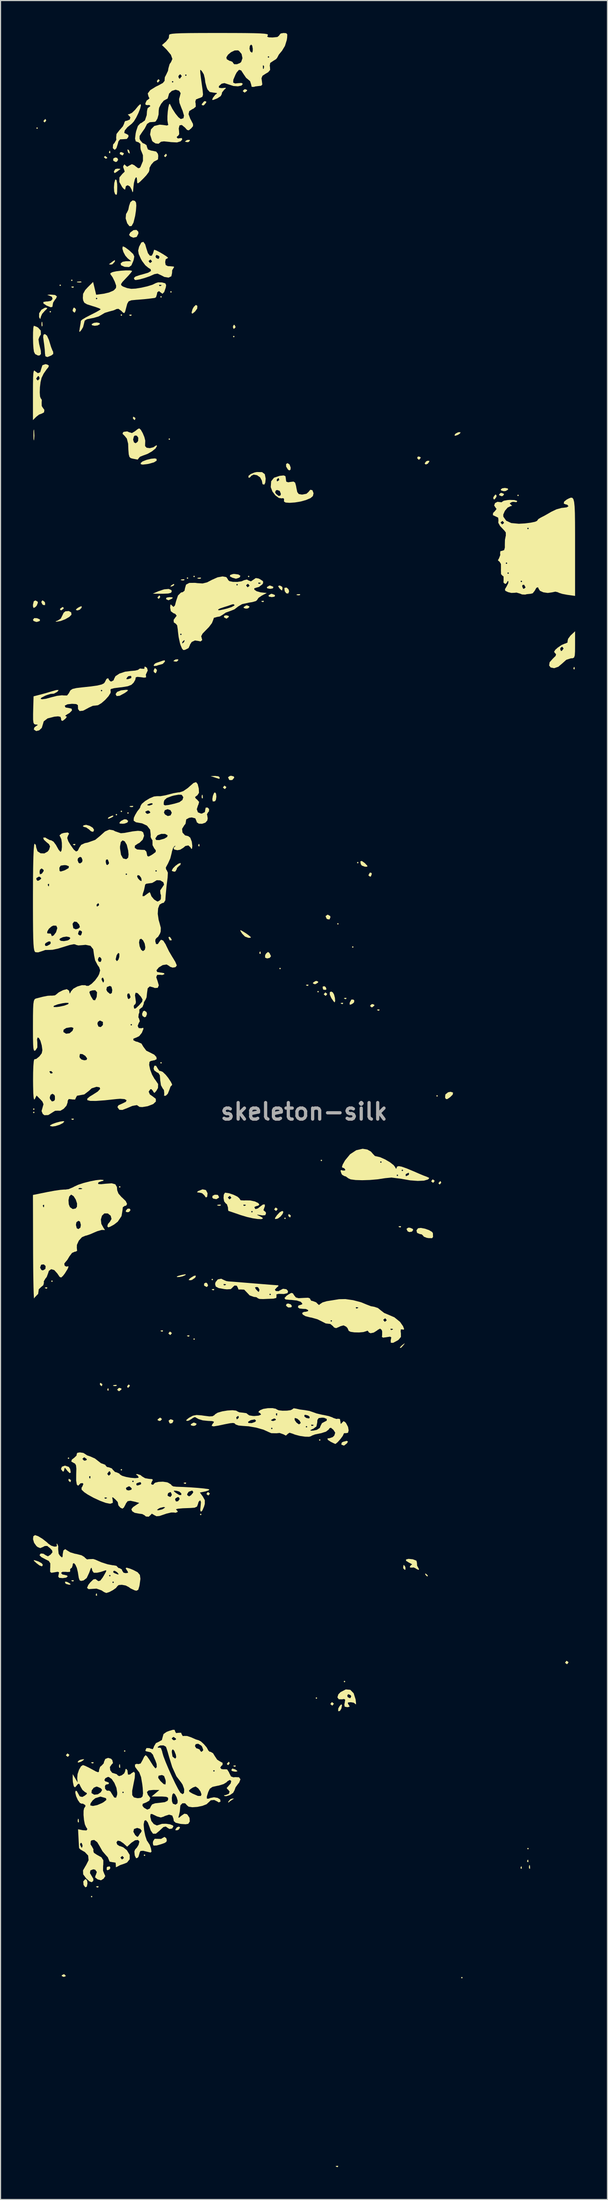
<source format=kicad_pcb>
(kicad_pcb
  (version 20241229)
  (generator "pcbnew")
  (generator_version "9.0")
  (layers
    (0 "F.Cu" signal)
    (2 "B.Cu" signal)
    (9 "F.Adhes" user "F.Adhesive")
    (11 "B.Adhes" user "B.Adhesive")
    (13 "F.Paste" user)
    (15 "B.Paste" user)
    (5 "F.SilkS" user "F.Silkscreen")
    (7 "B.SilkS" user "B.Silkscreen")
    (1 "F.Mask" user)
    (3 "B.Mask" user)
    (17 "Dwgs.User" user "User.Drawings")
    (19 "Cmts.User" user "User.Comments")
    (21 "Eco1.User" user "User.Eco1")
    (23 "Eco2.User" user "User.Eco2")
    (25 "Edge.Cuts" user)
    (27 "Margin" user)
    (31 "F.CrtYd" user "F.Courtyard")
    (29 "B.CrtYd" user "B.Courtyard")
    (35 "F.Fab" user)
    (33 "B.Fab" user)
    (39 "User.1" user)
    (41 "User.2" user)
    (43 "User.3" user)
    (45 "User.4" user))
  (footprint "skeleton-silk"
    (layer "F.Cu")
    (at 25.094 99.764)
    (property "Reference" "skeleton-silk" (at 0 0 0) (layer "F.Fab") (effects (font (size 1.524 1.524) (thickness 0.3))))
    (attr board_only exclude_from_pos_files exclude_from_bom)
    (fp_poly (pts (xy -24.941 -0.23) (xy -25.017 -0.153) (xy -25.094 -0.23) (xy -25.017 -0.306)) (stroke (width 0) (type solid)) (fill yes) (layer "F.SilkS"))
    (fp_poly (pts (xy -24.941 0.077) (xy -25.017 0.153) (xy -25.094 0.077) (xy -25.017 0)) (stroke (width 0) (type solid)) (fill yes) (layer "F.SilkS"))
    (fp_poly (pts (xy -24.635 -90.966) (xy -24.711 -90.889) (xy -24.788 -90.966) (xy -24.711 -91.042)) (stroke (width 0) (type solid)) (fill yes) (layer "F.SilkS"))
    (fp_poly (pts (xy -23.411 -73.981) (xy -23.487 -73.905) (xy -23.564 -73.981) (xy -23.487 -74.058)) (stroke (width 0) (type solid)) (fill yes) (layer "F.SilkS"))
    (fp_poly (pts (xy -23.258 15.684) (xy -23.334 15.76) (xy -23.411 15.684) (xy -23.334 15.607)) (stroke (width 0) (type solid)) (fill yes) (layer "F.SilkS"))
    (fp_poly (pts (xy -22.493 -76.43) (xy -22.569 -76.353) (xy -22.646 -76.43) (xy -22.569 -76.506)) (stroke (width 0) (type solid)) (fill yes) (layer "F.SilkS"))
    (fp_poly (pts (xy -21.728 32.056) (xy -21.804 32.133) (xy -21.881 32.056) (xy -21.804 31.98)) (stroke (width 0) (type solid)) (fill yes) (layer "F.SilkS"))
    (fp_poly (pts (xy -21.422 -76.889) (xy -21.498 -76.812) (xy -21.575 -76.889) (xy -21.498 -76.965)) (stroke (width 0) (type solid)) (fill yes) (layer "F.SilkS"))
    (fp_poly (pts (xy -19.586 72.604) (xy -19.662 72.681) (xy -19.739 72.604) (xy -19.662 72.528)) (stroke (width 0) (type solid)) (fill yes) (layer "F.SilkS"))
    (fp_poly (pts (xy -17.29 -27.466) (xy -17.367 -27.389) (xy -17.443 -27.466) (xy -17.367 -27.542)) (stroke (width 0) (type solid)) (fill yes) (layer "F.SilkS"))
    (fp_poly (pts (xy -16.984 6.962) (xy -17.061 7.039) (xy -17.137 6.962) (xy -17.061 6.886)) (stroke (width 0) (type solid)) (fill yes) (layer "F.SilkS"))
    (fp_poly (pts (xy -16.831 -73.675) (xy -16.908 -73.599) (xy -16.984 -73.675) (xy -16.908 -73.752)) (stroke (width 0) (type solid)) (fill yes) (layer "F.SilkS"))
    (fp_poly (pts (xy -16.831 -27.772) (xy -16.908 -27.695) (xy -16.984 -27.772) (xy -16.908 -27.848)) (stroke (width 0) (type solid)) (fill yes) (layer "F.SilkS"))
    (fp_poly (pts (xy -16.831 33.127) (xy -16.908 33.204) (xy -16.984 33.127) (xy -16.908 33.051)) (stroke (width 0) (type solid)) (fill yes) (layer "F.SilkS"))
    (fp_poly (pts (xy -16.525 59.139) (xy -16.602 59.216) (xy -16.678 59.139) (xy -16.602 59.063)) (stroke (width 0) (type solid)) (fill yes) (layer "F.SilkS"))
    (fp_poly (pts (xy -16.219 -27.619) (xy -16.296 -27.542) (xy -16.372 -27.619) (xy -16.296 -27.695)) (stroke (width 0) (type solid)) (fill yes) (layer "F.SilkS"))
    (fp_poly (pts (xy -14.689 68.779) (xy -14.766 68.855) (xy -14.842 68.779) (xy -14.766 68.702)) (stroke (width 0) (type solid)) (fill yes) (layer "F.SilkS"))
    (fp_poly (pts (xy -13.159 -75.358) (xy -13.236 -75.282) (xy -13.312 -75.358) (xy -13.236 -75.435)) (stroke (width 0) (type solid)) (fill yes) (layer "F.SilkS"))
    (fp_poly (pts (xy -13.159 -4.514) (xy -13.236 -4.437) (xy -13.312 -4.514) (xy -13.236 -4.59)) (stroke (width 0) (type solid)) (fill yes) (layer "F.SilkS"))
    (fp_poly (pts (xy -12.394 -62.199) (xy -12.47 -62.123) (xy -12.547 -62.199) (xy -12.47 -62.276)) (stroke (width 0) (type solid)) (fill yes) (layer "F.SilkS"))
    (fp_poly (pts (xy -12.241 -75.817) (xy -12.317 -75.741) (xy -12.394 -75.817) (xy -12.317 -75.894)) (stroke (width 0) (type solid)) (fill yes) (layer "F.SilkS"))
    (fp_poly (pts (xy -10.711 -49.346) (xy -10.787 -49.27) (xy -10.864 -49.346) (xy -10.787 -49.423)) (stroke (width 0) (type solid)) (fill yes) (layer "F.SilkS"))
    (fp_poly (pts (xy -10.099 -49.499) (xy -10.175 -49.423) (xy -10.252 -49.499) (xy -10.175 -49.576)) (stroke (width 0) (type solid)) (fill yes) (layer "F.SilkS"))
    (fp_poly (pts (xy -10.099 21.039) (xy -10.175 21.116) (xy -10.252 21.039) (xy -10.175 20.963)) (stroke (width 0) (type solid)) (fill yes) (layer "F.SilkS"))
    (fp_poly (pts (xy -9.487 37.258) (xy -9.563 37.335) (xy -9.64 37.258) (xy -9.563 37.182)) (stroke (width 0) (type solid)) (fill yes) (layer "F.SilkS"))
    (fp_poly (pts (xy -8.416 15.531) (xy -8.492 15.607) (xy -8.569 15.531) (xy -8.492 15.454)) (stroke (width 0) (type solid)) (fill yes) (layer "F.SilkS"))
    (fp_poly (pts (xy -6.427 -71.686) (xy -6.503 -71.61) (xy -6.58 -71.686) (xy -6.503 -71.763)) (stroke (width 0) (type solid)) (fill yes) (layer "F.SilkS"))
    (fp_poly (pts (xy -5.049 -49.499) (xy -5.126 -49.423) (xy -5.202 -49.499) (xy -5.126 -49.576)) (stroke (width 0) (type solid)) (fill yes) (layer "F.SilkS"))
    (fp_poly (pts (xy -2.142 -13.236) (xy -2.219 -13.159) (xy -2.295 -13.236) (xy -2.219 -13.312)) (stroke (width 0) (type solid)) (fill yes) (layer "F.SilkS"))
    (fp_poly (pts (xy -1.683 9.869) (xy -1.76 9.946) (xy -1.836 9.869) (xy -1.76 9.793)) (stroke (width 0) (type solid)) (fill yes) (layer "F.SilkS"))
    (fp_poly (pts (xy 1.224 54.243) (xy 1.148 54.319) (xy 1.071 54.243) (xy 1.148 54.166)) (stroke (width 0) (type solid)) (fill yes) (layer "F.SilkS"))
    (fp_poly (pts (xy 1.377 -11.093) (xy 1.301 -11.017) (xy 1.224 -11.093) (xy 1.301 -11.17)) (stroke (width 0) (type solid)) (fill yes) (layer "F.SilkS"))
    (fp_poly (pts (xy 1.53 30.373) (xy 1.454 30.449) (xy 1.377 30.373) (xy 1.454 30.296)) (stroke (width 0) (type solid)) (fill yes) (layer "F.SilkS"))
    (fp_poly (pts (xy 1.683 4.514) (xy 1.607 4.59) (xy 1.53 4.514) (xy 1.607 4.437)) (stroke (width 0) (type solid)) (fill yes) (layer "F.SilkS"))
    (fp_poly (pts (xy 3.213 -17.367) (xy 3.137 -17.29) (xy 3.06 -17.367) (xy 3.137 -17.443)) (stroke (width 0) (type solid)) (fill yes) (layer "F.SilkS"))
    (fp_poly (pts (xy 3.825 52.713) (xy 3.749 52.789) (xy 3.672 52.713) (xy 3.749 52.636)) (stroke (width 0) (type solid)) (fill yes) (layer "F.SilkS"))
    (fp_poly (pts (xy 4.59 -15.225) (xy 4.514 -15.148) (xy 4.437 -15.225) (xy 4.514 -15.301)) (stroke (width 0) (type solid)) (fill yes) (layer "F.SilkS"))
    (fp_poly (pts (xy 5.049 -23.028) (xy 4.973 -22.952) (xy 4.896 -23.028) (xy 4.973 -23.105)) (stroke (width 0) (type solid)) (fill yes) (layer "F.SilkS"))
    (fp_poly (pts (xy 12.394 -1.454) (xy 12.317 -1.377) (xy 12.241 -1.454) (xy 12.317 -1.53)) (stroke (width 0) (type solid)) (fill yes) (layer "F.SilkS"))
    (fp_poly (pts (xy 14.689 80.102) (xy 14.613 80.178) (xy 14.536 80.102) (xy 14.613 80.025)) (stroke (width 0) (type solid)) (fill yes) (layer "F.SilkS"))
    (fp_poly (pts (xy 19.892 -56.997) (xy 19.815 -56.92) (xy 19.739 -56.997) (xy 19.815 -57.073)) (stroke (width 0) (type solid)) (fill yes) (layer "F.SilkS"))
    (fp_poly (pts (xy 20.81 68.167) (xy 20.733 68.243) (xy 20.657 68.167) (xy 20.733 68.09)) (stroke (width 0) (type solid)) (fill yes) (layer "F.SilkS"))
    (fp_poly (pts (xy -24.228 -73.025) (xy -24.207 -72.712) (xy -24.228 -72.642) (xy -24.283 -72.623) (xy -24.305 -72.834) (xy -24.281 -73.051)) (stroke (width 0) (type solid)) (fill yes) (layer "F.SilkS"))
    (fp_poly (pts (xy -23.768 16.27) (xy -23.789 16.361) (xy -23.87 16.372) (xy -23.996 16.316) (xy -23.972 16.27) (xy -23.79 16.252)) (stroke (width 0) (type solid)) (fill yes) (layer "F.SilkS"))
    (fp_poly (pts (xy -21.32 -76.302) (xy -21.341 -76.211) (xy -21.422 -76.2) (xy -21.548 -76.256) (xy -21.524 -76.302) (xy -21.342 -76.32)) (stroke (width 0) (type solid)) (fill yes) (layer "F.SilkS"))
    (fp_poly (pts (xy -21.32 0.663) (xy -21.341 0.754) (xy -21.422 0.765) (xy -21.548 0.709) (xy -21.524 0.663) (xy -21.342 0.645)) (stroke (width 0) (type solid)) (fill yes) (layer "F.SilkS"))
    (fp_poly (pts (xy -21.32 43.353) (xy -21.341 43.444) (xy -21.422 43.455) (xy -21.548 43.399) (xy -21.524 43.353) (xy -21.342 43.335)) (stroke (width 0) (type solid)) (fill yes) (layer "F.SilkS"))
    (fp_poly (pts (xy -21.167 -24.737) (xy -21.188 -24.646) (xy -21.269 -24.635) (xy -21.395 -24.691) (xy -21.371 -24.737) (xy -21.189 -24.755)) (stroke (width 0) (type solid)) (fill yes) (layer "F.SilkS"))
    (fp_poly (pts (xy -20.858 65.46) (xy -20.84 65.7) (xy -20.87 65.754) (xy -20.94 65.708) (xy -20.951 65.553) (xy -20.913 65.39)) (stroke (width 0) (type solid)) (fill yes) (layer "F.SilkS"))
    (fp_poly (pts (xy -20.618 -76.76) (xy -20.599 -76.705) (xy -20.81 -76.683) (xy -21.027 -76.707) (xy -21.001 -76.76) (xy -20.688 -76.781)) (stroke (width 0) (type solid)) (fill yes) (layer "F.SilkS"))
    (fp_poly (pts (xy -19.484 60.185) (xy -19.505 60.276) (xy -19.586 60.287) (xy -19.711 60.231) (xy -19.688 60.185) (xy -19.506 60.166)) (stroke (width 0) (type solid)) (fill yes) (layer "F.SilkS"))
    (fp_poly (pts (xy -19.178 44.578) (xy -19.159 44.759) (xy -19.178 44.782) (xy -19.268 44.761) (xy -19.28 44.68) (xy -19.224 44.554)) (stroke (width 0) (type solid)) (fill yes) (layer "F.SilkS"))
    (fp_poly (pts (xy -19.024 71.661) (xy -19.046 71.752) (xy -19.127 71.763) (xy -19.252 71.707) (xy -19.229 71.661) (xy -19.047 71.642)) (stroke (width 0) (type solid)) (fill yes) (layer "F.SilkS"))
    (fp_poly (pts (xy -18.106 25.604) (xy -18.088 25.786) (xy -18.106 25.808) (xy -18.197 25.787) (xy -18.208 25.706) (xy -18.152 25.58)) (stroke (width 0) (type solid)) (fill yes) (layer "F.SilkS"))
    (fp_poly (pts (xy -17.953 -88.849) (xy -17.935 -88.667) (xy -17.953 -88.645) (xy -18.044 -88.666) (xy -18.055 -88.747) (xy -17.999 -88.873)) (stroke (width 0) (type solid)) (fill yes) (layer "F.SilkS"))
    (fp_poly (pts (xy -17.332 25.308) (xy -17.377 25.377) (xy -17.533 25.388) (xy -17.696 25.351) (xy -17.625 25.295) (xy -17.386 25.277)) (stroke (width 0) (type solid)) (fill yes) (layer "F.SilkS"))
    (fp_poly (pts (xy -17.033 60.411) (xy -17.015 60.65) (xy -17.045 60.704) (xy -17.114 60.659) (xy -17.125 60.504) (xy -17.088 60.34)) (stroke (width 0) (type solid)) (fill yes) (layer "F.SilkS"))
    (fp_poly (pts (xy -15.964 -73.701) (xy -15.985 -73.61) (xy -16.066 -73.599) (xy -16.192 -73.655) (xy -16.168 -73.701) (xy -15.987 -73.719)) (stroke (width 0) (type solid)) (fill yes) (layer "F.SilkS"))
    (fp_poly (pts (xy -15.802 -28.247) (xy -15.847 -28.177) (xy -16.003 -28.166) (xy -16.166 -28.204) (xy -16.095 -28.259) (xy -15.856 -28.277)) (stroke (width 0) (type solid)) (fill yes) (layer "F.SilkS"))
    (fp_poly (pts (xy -13.057 20.249) (xy -13.078 20.34) (xy -13.159 20.351) (xy -13.285 20.295) (xy -13.261 20.249) (xy -13.079 20.23)) (stroke (width 0) (type solid)) (fill yes) (layer "F.SilkS"))
    (fp_poly (pts (xy -11.058 -49.209) (xy -11.104 -49.14) (xy -11.259 -49.129) (xy -11.422 -49.166) (xy -11.352 -49.221) (xy -11.112 -49.24)) (stroke (width 0) (type solid)) (fill yes) (layer "F.SilkS"))
    (fp_poly (pts (xy -10.915 34.326) (xy -10.936 34.417) (xy -11.017 34.428) (xy -11.143 34.372) (xy -11.119 34.326) (xy -10.937 34.307)) (stroke (width 0) (type solid)) (fill yes) (layer "F.SilkS"))
    (fp_poly (pts (xy -10.609 20.708) (xy -10.63 20.799) (xy -10.711 20.81) (xy -10.837 20.754) (xy -10.813 20.708) (xy -10.631 20.689)) (stroke (width 0) (type solid)) (fill yes) (layer "F.SilkS"))
    (fp_poly (pts (xy -9.691 -24.737) (xy -9.672 -24.555) (xy -9.691 -24.533) (xy -9.782 -24.554) (xy -9.793 -24.635) (xy -9.737 -24.761)) (stroke (width 0) (type solid)) (fill yes) (layer "F.SilkS"))
    (fp_poly (pts (xy -9.528 -49.362) (xy -9.574 -49.293) (xy -9.729 -49.282) (xy -9.892 -49.319) (xy -9.821 -49.374) (xy -9.582 -49.393)) (stroke (width 0) (type solid)) (fill yes) (layer "F.SilkS"))
    (fp_poly (pts (xy -9.382 -29.254) (xy -9.364 -29.015) (xy -9.394 -28.961) (xy -9.464 -29.006) (xy -9.475 -29.162) (xy -9.437 -29.325)) (stroke (width 0) (type solid)) (fill yes) (layer "F.SilkS"))
    (fp_poly (pts (xy -8.314 16.423) (xy -8.335 16.514) (xy -8.416 16.525) (xy -8.542 16.469) (xy -8.518 16.423) (xy -8.336 16.405)) (stroke (width 0) (type solid)) (fill yes) (layer "F.SilkS"))
    (fp_poly (pts (xy -7.692 8.629) (xy -7.738 8.699) (xy -7.893 8.71) (xy -8.056 8.672) (xy -7.985 8.617) (xy -7.746 8.599)) (stroke (width 0) (type solid)) (fill yes) (layer "F.SilkS"))
    (fp_poly (pts (xy -6.324 60.491) (xy -6.346 60.582) (xy -6.427 60.593) (xy -6.552 60.537) (xy -6.529 60.491) (xy -6.347 60.472)) (stroke (width 0) (type solid)) (fill yes) (layer "F.SilkS"))
    (fp_poly (pts (xy -4.029 -14.791) (xy -4.011 -14.61) (xy -4.029 -14.587) (xy -4.12 -14.608) (xy -4.131 -14.689) (xy -4.075 -14.815)) (stroke (width 0) (type solid)) (fill yes) (layer "F.SilkS"))
    (fp_poly (pts (xy -3.723 -47.23) (xy -3.744 -47.139) (xy -3.825 -47.128) (xy -3.951 -47.184) (xy -3.927 -47.23) (xy -3.746 -47.248)) (stroke (width 0) (type solid)) (fill yes) (layer "F.SilkS"))
    (fp_poly (pts (xy -0.347 -47.832) (xy -0.393 -47.763) (xy -0.548 -47.752) (xy -0.712 -47.789) (xy -0.641 -47.844) (xy -0.402 -47.863)) (stroke (width 0) (type solid)) (fill yes) (layer "F.SilkS"))
    (fp_poly (pts (xy 0.408 -11.731) (xy 0.387 -11.64) (xy 0.306 -11.629) (xy 0.18 -11.685) (xy 0.204 -11.731) (xy 0.386 -11.749)) (stroke (width 0) (type solid)) (fill yes) (layer "F.SilkS"))
    (fp_poly (pts (xy 3.162 97.52) (xy 3.141 97.611) (xy 3.06 97.622) (xy 2.934 97.566) (xy 2.958 97.52) (xy 3.14 97.501)) (stroke (width 0) (type solid)) (fill yes) (layer "F.SilkS"))
    (fp_poly (pts (xy 3.621 -10.048) (xy 3.6 -9.957) (xy 3.519 -9.946) (xy 3.393 -10.002) (xy 3.417 -10.048) (xy 3.599 -10.066)) (stroke (width 0) (type solid)) (fill yes) (layer "F.SilkS"))
    (fp_poly (pts (xy 3.927 -10.507) (xy 3.906 -10.416) (xy 3.825 -10.405) (xy 3.699 -10.461) (xy 3.723 -10.507) (xy 3.905 -10.525)) (stroke (width 0) (type solid)) (fill yes) (layer "F.SilkS"))
    (fp_poly (pts (xy 6.988 -9.436) (xy 6.967 -9.345) (xy 6.886 -9.334) (xy 6.76 -9.39) (xy 6.784 -9.436) (xy 6.965 -9.454)) (stroke (width 0) (type solid)) (fill yes) (layer "F.SilkS"))
    (fp_poly (pts (xy 8.977 10.609) (xy 8.956 10.7) (xy 8.875 10.711) (xy 8.749 10.655) (xy 8.773 10.609) (xy 8.954 10.591)) (stroke (width 0) (type solid)) (fill yes) (layer "F.SilkS"))
    (fp_poly (pts (xy 20.147 69.824) (xy 20.165 70.006) (xy 20.147 70.029) (xy 20.056 70.008) (xy 20.045 69.927) (xy 20.101 69.801)) (stroke (width 0) (type solid)) (fill yes) (layer "F.SilkS"))
    (fp_poly (pts (xy 20.759 69.212) (xy 20.777 69.394) (xy 20.759 69.416) (xy 20.668 69.395) (xy 20.657 69.314) (xy 20.713 69.189)) (stroke (width 0) (type solid)) (fill yes) (layer "F.SilkS"))
    (fp_poly (pts (xy 20.914 69.745) (xy 20.932 69.984) (xy 20.902 70.038) (xy 20.833 69.992) (xy 20.822 69.837) (xy 20.859 69.674)) (stroke (width 0) (type solid)) (fill yes) (layer "F.SilkS"))
    (fp_poly (pts (xy 25.043 -41.109) (xy 25.061 -40.928) (xy 25.043 -40.905) (xy 24.952 -40.926) (xy 24.941 -41.007) (xy 24.997 -41.133)) (stroke (width 0) (type solid)) (fill yes) (layer "F.SilkS"))
    (fp_poly (pts (xy -22.176 79.802) (xy -22.04 79.95) (xy -22.195 80.022) (xy -22.272 80.025) (xy -22.43 79.95) (xy -22.415 79.87) (xy -22.231 79.782)) (stroke (width 0) (type solid)) (fill yes) (layer "F.SilkS"))
    (fp_poly (pts (xy -17.925 69.958) (xy -18.01 70.095) (xy -18.202 70.171) (xy -18.27 70.103) (xy -18.257 69.896) (xy -18.201 69.845) (xy -17.984 69.81)) (stroke (width 0) (type solid)) (fill yes) (layer "F.SilkS"))
    (fp_poly (pts (xy -16.224 -88.942) (xy -16.166 -88.83) (xy -16.127 -88.614) (xy -16.23 -88.656) (xy -16.302 -88.757) (xy -16.349 -88.957) (xy -16.33 -88.993)) (stroke (width 0) (type solid)) (fill yes) (layer "F.SilkS"))
    (fp_poly (pts (xy -16.058 9.104) (xy -16.177 9.262) (xy -16.305 9.31) (xy -16.493 9.272) (xy -16.492 9.157) (xy -16.34 8.983) (xy -16.146 8.969)) (stroke (width 0) (type solid)) (fill yes) (layer "F.SilkS"))
    (fp_poly (pts (xy -12.007 -48.781) (xy -12.053 -48.667) (xy -12.196 -48.591) (xy -12.375 -48.545) (xy -12.302 -48.657) (xy -12.282 -48.677) (xy -12.081 -48.798)) (stroke (width 0) (type solid)) (fill yes) (layer "F.SilkS"))
    (fp_poly (pts (xy -6.424 -72.756) (xy -6.336 -72.572) (xy -6.357 -72.517) (xy -6.504 -72.381) (xy -6.577 -72.536) (xy -6.58 -72.613) (xy -6.504 -72.771)) (stroke (width 0) (type solid)) (fill yes) (layer "F.SilkS"))
    (fp_poly (pts (xy 2.005 -11.521) (xy 2.08 -11.329) (xy 2.013 -11.261) (xy 1.806 -11.275) (xy 1.755 -11.331) (xy 1.719 -11.548) (xy 1.867 -11.606)) (stroke (width 0) (type solid)) (fill yes) (layer "F.SilkS"))
    (fp_poly (pts (xy 11.299 42.752) (xy 11.464 42.906) (xy 11.43 42.995) (xy 11.408 42.996) (xy 11.279 42.888) (xy 11.232 42.82) (xy 11.214 42.715)) (stroke (width 0) (type solid)) (fill yes) (layer "F.SilkS"))
    (fp_poly (pts (xy -24.984 -63.003) (xy -24.959 -62.508) (xy -24.984 -62.161) (xy -25.018 -62.066) (xy -25.041 -62.24) (xy -25.048 -62.582) (xy -25.039 -62.96) (xy -25.014 -63.101)) (stroke (width 0) (type solid)) (fill yes) (layer "F.SilkS"))
    (fp_poly (pts (xy -24.713 -45.635) (xy -24.451 -45.52) (xy -24.457 -45.38) (xy -24.712 -45.295) (xy -24.797 -45.292) (xy -25.04 -45.381) (xy -25.094 -45.5) (xy -24.972 -45.646)) (stroke (width 0) (type solid)) (fill yes) (layer "F.SilkS"))
    (fp_poly (pts (xy -24.025 -47.159) (xy -23.968 -47.051) (xy -23.97 -46.848) (xy -24.136 -46.852) (xy -24.227 -46.924) (xy -24.325 -47.135) (xy -24.237 -47.274) (xy -24.192 -47.281)) (stroke (width 0) (type solid)) (fill yes) (layer "F.SilkS"))
    (fp_poly (pts (xy -23.872 -91.689) (xy -23.87 -91.654) (xy -23.988 -91.507) (xy -24.032 -91.501) (xy -24.123 -91.595) (xy -24.099 -91.654) (xy -23.962 -91.8) (xy -23.937 -91.807)) (stroke (width 0) (type solid)) (fill yes) (layer "F.SilkS"))
    (fp_poly (pts (xy -22.239 -46.574) (xy -22.263 -46.516) (xy -22.466 -46.368) (xy -22.511 -46.363) (xy -22.594 -46.457) (xy -22.569 -46.516) (xy -22.367 -46.663) (xy -22.322 -46.669)) (stroke (width 0) (type solid)) (fill yes) (layer "F.SilkS"))
    (fp_poly (pts (xy -21.94 43.496) (xy -21.728 43.608) (xy -21.584 43.727) (xy -21.722 43.759) (xy -21.757 43.759) (xy -22.034 43.681) (xy -22.11 43.608) (xy -22.123 43.473)) (stroke (width 0) (type solid)) (fill yes) (layer "F.SilkS"))
    (fp_poly (pts (xy -21.732 59.485) (xy -21.728 59.522) (xy -21.844 59.67) (xy -21.881 59.675) (xy -22.029 59.558) (xy -22.034 59.522) (xy -21.917 59.373) (xy -21.881 59.369)) (stroke (width 0) (type solid)) (fill yes) (layer "F.SilkS"))
    (fp_poly (pts (xy -21.581 34.08) (xy -21.575 34.122) (xy -21.627 34.271) (xy -21.642 34.275) (xy -21.773 34.167) (xy -21.804 34.122) (xy -21.792 33.981) (xy -21.737 33.969)) (stroke (width 0) (type solid)) (fill yes) (layer "F.SilkS"))
    (fp_poly (pts (xy -21.133 -74.24) (xy -21.116 -74.134) (xy -21.198 -73.931) (xy -21.269 -73.905) (xy -21.404 -74.029) (xy -21.422 -74.134) (xy -21.339 -74.338) (xy -21.269 -74.364)) (stroke (width 0) (type solid)) (fill yes) (layer "F.SilkS"))
    (fp_poly (pts (xy -20.351 59.913) (xy -20.467 60.02) (xy -20.657 60.134) (xy -20.892 60.209) (xy -20.963 60.157) (xy -20.835 60.01) (xy -20.657 59.936) (xy -20.411 59.895)) (stroke (width 0) (type solid)) (fill yes) (layer "F.SilkS"))
    (fp_poly (pts (xy -18.93 -72.937) (xy -18.897 -72.834) (xy -19.107 -72.716) (xy -19.374 -72.681) (xy -19.629 -72.73) (xy -19.662 -72.834) (xy -19.452 -72.951) (xy -19.185 -72.987)) (stroke (width 0) (type solid)) (fill yes) (layer "F.SilkS"))
    (fp_poly (pts (xy -18.674 25.205) (xy -18.667 25.247) (xy -18.72 25.396) (xy -18.735 25.4) (xy -18.866 25.293) (xy -18.897 25.247) (xy -18.885 25.106) (xy -18.83 25.094)) (stroke (width 0) (type solid)) (fill yes) (layer "F.SilkS"))
    (fp_poly (pts (xy -18.361 -88.364) (xy -18.215 -88.227) (xy -18.208 -88.202) (xy -18.327 -88.137) (xy -18.361 -88.135) (xy -18.509 -88.253) (xy -18.514 -88.297) (xy -18.421 -88.388)) (stroke (width 0) (type solid)) (fill yes) (layer "F.SilkS"))
    (fp_poly (pts (xy -17.646 -27.321) (xy -17.749 -27.236) (xy -18.028 -27.107) (xy -18.132 -27.088) (xy -18.159 -27.151) (xy -18.055 -27.236) (xy -17.776 -27.366) (xy -17.673 -27.384)) (stroke (width 0) (type solid)) (fill yes) (layer "F.SilkS"))
    (fp_poly (pts (xy -17.288 -88.21) (xy -17.206 -88.034) (xy -17.322 -87.862) (xy -17.443 -87.829) (xy -17.643 -87.939) (xy -17.666 -87.971) (xy -17.656 -88.153) (xy -17.472 -88.25)) (stroke (width 0) (type solid)) (fill yes) (layer "F.SilkS"))
    (fp_poly (pts (xy -16.893 25.627) (xy -16.908 25.706) (xy -17.103 25.853) (xy -17.146 25.859) (xy -17.286 25.742) (xy -17.29 25.706) (xy -17.166 25.572) (xy -17.052 25.553)) (stroke (width 0) (type solid)) (fill yes) (layer "F.SilkS"))
    (fp_poly (pts (xy -16.708 -88.667) (xy -16.678 -88.594) (xy -16.788 -88.445) (xy -16.822 -88.441) (xy -17.03 -88.552) (xy -17.061 -88.594) (xy -17.026 -88.725) (xy -16.917 -88.747)) (stroke (width 0) (type solid)) (fill yes) (layer "F.SilkS"))
    (fp_poly (pts (xy -16.119 25.341) (xy -16.143 25.4) (xy -16.28 25.546) (xy -16.305 25.553) (xy -16.371 25.435) (xy -16.372 25.4) (xy -16.255 25.253) (xy -16.21 25.247)) (stroke (width 0) (type solid)) (fill yes) (layer "F.SilkS"))
    (fp_poly (pts (xy -15.613 -64.154) (xy -15.607 -64.112) (xy -15.659 -63.963) (xy -15.675 -63.959) (xy -15.805 -64.066) (xy -15.837 -64.112) (xy -15.825 -64.253) (xy -15.769 -64.265)) (stroke (width 0) (type solid)) (fill yes) (layer "F.SilkS"))
    (fp_poly (pts (xy -14.579 -9.206) (xy -14.536 -9.028) (xy -14.632 -8.778) (xy -14.766 -8.722) (xy -14.953 -8.849) (xy -14.995 -9.028) (xy -14.9 -9.277) (xy -14.766 -9.334)) (stroke (width 0) (type solid)) (fill yes) (layer "F.SilkS"))
    (fp_poly (pts (xy -13.635 -40.883) (xy -13.618 -40.778) (xy -13.701 -40.574) (xy -13.771 -40.548) (xy -13.907 -40.672) (xy -13.924 -40.778) (xy -13.841 -40.981) (xy -13.771 -41.007)) (stroke (width 0) (type solid)) (fill yes) (layer "F.SilkS"))
    (fp_poly (pts (xy -13.365 -95.386) (xy -13.389 -95.327) (xy -13.526 -95.181) (xy -13.551 -95.173) (xy -13.616 -95.292) (xy -13.618 -95.327) (xy -13.5 -95.474) (xy -13.456 -95.48)) (stroke (width 0) (type solid)) (fill yes) (layer "F.SilkS"))
    (fp_poly (pts (xy -13.314 -47.621) (xy -13.312 -47.587) (xy -13.43 -47.44) (xy -13.474 -47.434) (xy -13.565 -47.527) (xy -13.542 -47.587) (xy -13.404 -47.733) (xy -13.38 -47.74)) (stroke (width 0) (type solid)) (fill yes) (layer "F.SilkS"))
    (fp_poly (pts (xy -13.163 28.424) (xy -13.159 28.46) (xy -13.284 28.595) (xy -13.398 28.613) (xy -13.556 28.539) (xy -13.542 28.46) (xy -13.346 28.313) (xy -13.303 28.307)) (stroke (width 0) (type solid)) (fill yes) (layer "F.SilkS"))
    (fp_poly (pts (xy -12.702 -88.476) (xy -12.7 -88.441) (xy -12.818 -88.294) (xy -12.862 -88.288) (xy -12.953 -88.382) (xy -12.93 -88.441) (xy -12.792 -88.587) (xy -12.767 -88.594)) (stroke (width 0) (type solid)) (fill yes) (layer "F.SilkS"))
    (fp_poly (pts (xy -12.366 -16.099) (xy -12.249 -15.905) (xy -12.264 -15.839) (xy -12.424 -15.844) (xy -12.445 -15.862) (xy -12.546 -16.098) (xy -12.547 -16.122) (xy -12.469 -16.179)) (stroke (width 0) (type solid)) (fill yes) (layer "F.SilkS"))
    (fp_poly (pts (xy -12.245 20.467) (xy -12.241 20.504) (xy -12.357 20.652) (xy -12.394 20.657) (xy -12.543 20.54) (xy -12.547 20.504) (xy -12.431 20.355) (xy -12.394 20.351)) (stroke (width 0) (type solid)) (fill yes) (layer "F.SilkS"))
    (fp_poly (pts (xy -12.169 -47.562) (xy -12.172 -47.484) (xy -12.241 -47.434) (xy -12.548 -47.293) (xy -12.739 -47.38) (xy -12.777 -47.434) (xy -12.72 -47.544) (xy -12.441 -47.584)) (stroke (width 0) (type solid)) (fill yes) (layer "F.SilkS"))
    (fp_poly (pts (xy -12.114 28.538) (xy -12.088 28.604) (xy -12.189 28.804) (xy -12.385 28.852) (xy -12.449 28.813) (xy -12.542 28.591) (xy -12.378 28.465) (xy -12.317 28.46)) (stroke (width 0) (type solid)) (fill yes) (layer "F.SilkS"))
    (fp_poly (pts (xy -11.629 -41.767) (xy -11.753 -41.636) (xy -11.858 -41.619) (xy -12.063 -41.652) (xy -12.088 -41.679) (xy -11.968 -41.778) (xy -11.858 -41.828) (xy -11.661 -41.831)) (stroke (width 0) (type solid)) (fill yes) (layer "F.SilkS"))
    (fp_poly (pts (xy -11.476 66.214) (xy -11.476 66.225) (xy -11.599 66.402) (xy -11.718 66.467) (xy -11.898 66.472) (xy -11.9 66.379) (xy -11.76 66.195) (xy -11.575 66.125)) (stroke (width 0) (type solid)) (fill yes) (layer "F.SilkS"))
    (fp_poly (pts (xy -10.558 -89.813) (xy -10.682 -89.682) (xy -10.787 -89.665) (xy -10.991 -89.698) (xy -11.017 -89.725) (xy -10.897 -89.824) (xy -10.787 -89.873) (xy -10.59 -89.877)) (stroke (width 0) (type solid)) (fill yes) (layer "F.SilkS"))
    (fp_poly (pts (xy -9.969 28.852) (xy -9.946 28.919) (xy -10.074 29.042) (xy -10.261 29.072) (xy -10.472 29.013) (xy -10.481 28.919) (xy -10.26 28.778) (xy -10.166 28.766)) (stroke (width 0) (type solid)) (fill yes) (layer "F.SilkS"))
    (fp_poly (pts (xy -9.048 -93.42) (xy -9.056 -93.328) (xy -9.25 -93.096) (xy -9.324 -93.06) (xy -9.466 -93.102) (xy -9.458 -93.194) (xy -9.264 -93.426) (xy -9.19 -93.462)) (stroke (width 0) (type solid)) (fill yes) (layer "F.SilkS"))
    (fp_poly (pts (xy -8.973 15.866) (xy -8.878 16.077) (xy -8.976 16.214) (xy -9.019 16.219) (xy -9.227 16.109) (xy -9.251 16.077) (xy -9.243 15.895) (xy -9.082 15.816)) (stroke (width 0) (type solid)) (fill yes) (layer "F.SilkS"))
    (fp_poly (pts (xy -8.726 35.309) (xy -8.722 35.346) (xy -8.838 35.494) (xy -8.875 35.499) (xy -9.023 35.382) (xy -9.028 35.346) (xy -8.911 35.197) (xy -8.875 35.193)) (stroke (width 0) (type solid)) (fill yes) (layer "F.SilkS"))
    (fp_poly (pts (xy -7.919 -31.009) (xy -7.804 -30.908) (xy -7.833 -30.771) (xy -7.842 -30.771) (xy -7.999 -30.823) (xy -8.263 -30.908) (xy -8.645 -31.031) (xy -8.224 -31.046)) (stroke (width 0) (type solid)) (fill yes) (layer "F.SilkS"))
    (fp_poly (pts (xy -7.196 -30.027) (xy -7.192 -29.99) (xy -7.308 -29.842) (xy -7.345 -29.837) (xy -7.493 -29.954) (xy -7.498 -29.99) (xy -7.381 -30.139) (xy -7.345 -30.143)) (stroke (width 0) (type solid)) (fill yes) (layer "F.SilkS"))
    (fp_poly (pts (xy -6.974 -45.846) (xy -6.962 -45.751) (xy -7.151 -45.604) (xy -7.192 -45.598) (xy -7.39 -45.708) (xy -7.421 -45.751) (xy -7.373 -45.87) (xy -7.192 -45.904)) (stroke (width 0) (type solid)) (fill yes) (layer "F.SilkS"))
    (fp_poly (pts (xy -6.887 60.252) (xy -6.886 60.287) (xy -7.003 60.434) (xy -7.048 60.44) (xy -7.139 60.346) (xy -7.115 60.287) (xy -6.978 60.141) (xy -6.953 60.134)) (stroke (width 0) (type solid)) (fill yes) (layer "F.SilkS"))
    (fp_poly (pts (xy -6.58 63.602) (xy -6.863 63.79) (xy -6.935 63.867) (xy -7.018 63.923) (xy -6.999 63.806) (xy -6.813 63.597) (xy -6.643 63.541) (xy -6.473 63.538)) (stroke (width 0) (type solid)) (fill yes) (layer "F.SilkS"))
    (fp_poly (pts (xy -6.49 -30.991) (xy -6.462 -30.88) (xy -6.64 -30.668) (xy -6.877 -30.66) (xy -6.933 -30.701) (xy -7.035 -30.921) (xy -6.863 -31.048) (xy -6.72 -31.061)) (stroke (width 0) (type solid)) (fill yes) (layer "F.SilkS"))
    (fp_poly (pts (xy -6.358 60.848) (xy -6.273 60.899) (xy -6.153 61.01) (xy -6.305 61.048) (xy -6.388 61.049) (xy -6.657 60.994) (xy -6.733 60.899) (xy -6.636 60.756)) (stroke (width 0) (type solid)) (fill yes) (layer "F.SilkS"))
    (fp_poly (pts (xy -5.265 -94.487) (xy -5.279 -94.408) (xy -5.475 -94.261) (xy -5.517 -94.255) (xy -5.657 -94.372) (xy -5.661 -94.408) (xy -5.537 -94.543) (xy -5.423 -94.561)) (stroke (width 0) (type solid)) (fill yes) (layer "F.SilkS"))
    (fp_poly (pts (xy -5.072 -46.736) (xy -5.049 -46.669) (xy -5.178 -46.546) (xy -5.364 -46.516) (xy -5.576 -46.575) (xy -5.585 -46.669) (xy -5.364 -46.809) (xy -5.27 -46.822)) (stroke (width 0) (type solid)) (fill yes) (layer "F.SilkS"))
    (fp_poly (pts (xy -2.88 -48.561) (xy -2.831 -48.505) (xy -2.886 -48.392) (xy -3.137 -48.352) (xy -3.403 -48.399) (xy -3.443 -48.505) (xy -3.221 -48.647) (xy -3.137 -48.658)) (stroke (width 0) (type solid)) (fill yes) (layer "F.SilkS"))
    (fp_poly (pts (xy -2.727 -47.796) (xy -2.678 -47.74) (xy -2.733 -47.627) (xy -2.984 -47.587) (xy -3.25 -47.634) (xy -3.29 -47.74) (xy -3.068 -47.882) (xy -2.984 -47.893)) (stroke (width 0) (type solid)) (fill yes) (layer "F.SilkS"))
    (fp_poly (pts (xy -2.453 8.991) (xy -2.448 9.028) (xy -2.565 9.176) (xy -2.601 9.181) (xy -2.75 9.064) (xy -2.754 9.028) (xy -2.638 8.879) (xy -2.601 8.875)) (stroke (width 0) (type solid)) (fill yes) (layer "F.SilkS"))
    (fp_poly (pts (xy -1.432 -48.304) (xy -1.377 -48.113) (xy -1.463 -47.917) (xy -1.643 -47.937) (xy -1.783 -48.129) (xy -1.819 -48.38) (xy -1.789 -48.45) (xy -1.607 -48.47)) (stroke (width 0) (type solid)) (fill yes) (layer "F.SilkS"))
    (fp_poly (pts (xy -1.339 -59.854) (xy -1.235 -59.575) (xy -1.25 -59.368) (xy -1.373 -59.302) (xy -1.494 -59.394) (xy -1.655 -59.657) (xy -1.66 -59.892) (xy -1.525 -59.981)) (stroke (width 0) (type solid)) (fill yes) (layer "F.SilkS"))
    (fp_poly (pts (xy -1.23 9.598) (xy -1.224 9.64) (xy -1.276 9.789) (xy -1.292 9.793) (xy -1.422 9.686) (xy -1.454 9.64) (xy -1.441 9.499) (xy -1.386 9.487)) (stroke (width 0) (type solid)) (fill yes) (layer "F.SilkS"))
    (fp_poly (pts (xy -1.227 17.827) (xy -1.118 17.985) (xy -1.183 18.101) (xy -1.42 18.118) (xy -1.492 18.099) (xy -1.67 17.945) (xy -1.616 17.789) (xy -1.463 17.749)) (stroke (width 0) (type solid)) (fill yes) (layer "F.SilkS"))
    (fp_poly (pts (xy 1.317 -12.011) (xy 1.301 -11.935) (xy 1.08 -11.796) (xy 0.977 -11.782) (xy 0.825 -11.858) (xy 0.842 -11.935) (xy 1.062 -12.074) (xy 1.166 -12.088)) (stroke (width 0) (type solid)) (fill yes) (layer "F.SilkS"))
    (fp_poly (pts (xy 2.138 -10.9) (xy 2.142 -10.864) (xy 2.026 -10.715) (xy 1.989 -10.711) (xy 1.841 -10.827) (xy 1.836 -10.864) (xy 1.953 -11.012) (xy 1.989 -11.017)) (stroke (width 0) (type solid)) (fill yes) (layer "F.SilkS"))
    (fp_poly (pts (xy 2.422 -18.086) (xy 2.448 -17.979) (xy 2.355 -17.768) (xy 2.143 -17.806) (xy 2.091 -17.851) (xy 1.994 -18.075) (xy 2.153 -18.203) (xy 2.219 -18.208)) (stroke (width 0) (type solid)) (fill yes) (layer "F.SilkS"))
    (fp_poly (pts (xy 2.75 54.742) (xy 2.754 54.778) (xy 2.638 54.927) (xy 2.601 54.931) (xy 2.453 54.815) (xy 2.448 54.778) (xy 2.565 54.63) (xy 2.601 54.625)) (stroke (width 0) (type solid)) (fill yes) (layer "F.SilkS"))
    (fp_poly (pts (xy 4.067 30.518) (xy 3.978 30.679) (xy 3.703 30.893) (xy 3.484 30.815) (xy 3.453 30.771) (xy 3.495 30.611) (xy 3.609 30.542) (xy 3.953 30.45)) (stroke (width 0) (type solid)) (fill yes) (layer "F.SilkS"))
    (fp_poly (pts (xy 4.574 -10.362) (xy 4.662 -10.259) (xy 4.62 -10.085) (xy 4.457 -9.956) (xy 4.243 -9.875) (xy 4.219 -10.011) (xy 4.241 -10.101) (xy 4.385 -10.367)) (stroke (width 0) (type solid)) (fill yes) (layer "F.SilkS"))
    (fp_poly (pts (xy 6.251 -22.076) (xy 6.273 -21.966) (xy 6.194 -21.757) (xy 6.12 -21.728) (xy 5.972 -21.838) (xy 5.967 -21.872) (xy 6.079 -22.079) (xy 6.12 -22.11)) (stroke (width 0) (type solid)) (fill yes) (layer "F.SilkS"))
    (fp_poly (pts (xy 6.517 -9.872) (xy 6.503 -9.793) (xy 6.307 -9.646) (xy 6.264 -9.64) (xy 6.125 -9.756) (xy 6.12 -9.793) (xy 6.245 -9.927) (xy 6.359 -9.946)) (stroke (width 0) (type solid)) (fill yes) (layer "F.SilkS"))
    (fp_poly (pts (xy 9.286 21.502) (xy 9.2 21.613) (xy 8.977 21.851) (xy 8.877 21.85) (xy 8.875 21.823) (xy 8.979 21.695) (xy 9.142 21.555) (xy 9.324 21.423)) (stroke (width 0) (type solid)) (fill yes) (layer "F.SilkS"))
    (fp_poly (pts (xy 9.34 42.045) (xy 9.389 42.155) (xy 9.392 42.352) (xy 9.329 42.384) (xy 9.197 42.26) (xy 9.181 42.155) (xy 9.213 41.951) (xy 9.241 41.925)) (stroke (width 0) (type solid)) (fill yes) (layer "F.SilkS"))
    (fp_poly (pts (xy 9.799 10.738) (xy 10.052 10.841) (xy 10.113 10.94) (xy 9.996 11.1) (xy 9.754 11.144) (xy 9.594 11.073) (xy 9.487 10.851) (xy 9.64 10.735)) (stroke (width 0) (type solid)) (fill yes) (layer "F.SilkS"))
    (fp_poly (pts (xy 10.8 -60.521) (xy 10.787 -60.44) (xy 10.656 -60.294) (xy 10.634 -60.287) (xy 10.513 -60.393) (xy 10.481 -60.44) (xy 10.518 -60.569) (xy 10.634 -60.593)) (stroke (width 0) (type solid)) (fill yes) (layer "F.SilkS"))
    (fp_poly (pts (xy 11.594 -60.105) (xy 11.454 -59.922) (xy 11.269 -59.851) (xy 11.17 -59.94) (xy 11.17 -59.952) (xy 11.292 -60.128) (xy 11.412 -60.194) (xy 11.592 -60.198)) (stroke (width 0) (type solid)) (fill yes) (layer "F.SilkS"))
    (fp_poly (pts (xy 12.084 6.39) (xy 12.088 6.427) (xy 11.972 6.575) (xy 11.935 6.58) (xy 11.786 6.463) (xy 11.782 6.427) (xy 11.898 6.278) (xy 11.935 6.273)) (stroke (width 0) (type solid)) (fill yes) (layer "F.SilkS"))
    (fp_poly (pts (xy 12.698 6.545) (xy 12.7 6.58) (xy 12.582 6.727) (xy 12.538 6.733) (xy 12.447 6.639) (xy 12.47 6.58) (xy 12.608 6.434) (xy 12.633 6.427)) (stroke (width 0) (type solid)) (fill yes) (layer "F.SilkS"))
    (fp_poly (pts (xy 14.486 -62.835) (xy 14.495 -62.827) (xy 14.433 -62.715) (xy 14.243 -62.589) (xy 14.002 -62.509) (xy 13.924 -62.56) (xy 14.043 -62.719) (xy 14.287 -62.837)) (stroke (width 0) (type solid)) (fill yes) (layer "F.SilkS"))
    (fp_poly (pts (xy 17.831 -56.961) (xy 17.805 -56.844) (xy 17.657 -56.642) (xy 17.585 -56.614) (xy 17.515 -56.727) (xy 17.541 -56.844) (xy 17.689 -57.046) (xy 17.761 -57.073)) (stroke (width 0) (type solid)) (fill yes) (layer "F.SilkS"))
    (fp_poly (pts (xy 18.489 -57.144) (xy 18.514 -57.073) (xy 18.391 -56.938) (xy 18.285 -56.92) (xy 18.081 -57.003) (xy 18.055 -57.073) (xy 18.179 -57.209) (xy 18.285 -57.227)) (stroke (width 0) (type solid)) (fill yes) (layer "F.SilkS"))
    (fp_poly (pts (xy 18.86 -57.637) (xy 18.897 -57.533) (xy 18.681 -57.404) (xy 18.505 -57.38) (xy 18.262 -57.445) (xy 18.208 -57.533) (xy 18.34 -57.647) (xy 18.6 -57.686)) (stroke (width 0) (type solid)) (fill yes) (layer "F.SilkS"))
    (fp_poly (pts (xy 24.477 50.916) (xy 24.482 50.953) (xy 24.365 51.102) (xy 24.329 51.106) (xy 24.18 50.99) (xy 24.176 50.953) (xy 24.292 50.804) (xy 24.329 50.8)) (stroke (width 0) (type solid)) (fill yes) (layer "F.SilkS"))
    (fp_poly (pts (xy -24.74 41.552) (xy -24.568 41.615) (xy -24.28 41.776) (xy -24.176 41.922) (xy -24.256 42.064) (xy -24.502 41.967) (xy -24.767 41.767) (xy -25.008 41.546) (xy -25.004 41.478)) (stroke (width 0) (type solid)) (fill yes) (layer "F.SilkS"))
    (fp_poly (pts (xy -24.661 -47.168) (xy -24.635 -47.07) (xy -24.743 -46.802) (xy -24.864 -46.669) (xy -25.031 -46.576) (xy -25.089 -46.72) (xy -25.094 -46.879) (xy -25.017 -47.201) (xy -24.864 -47.281)) (stroke (width 0) (type solid)) (fill yes) (layer "F.SilkS"))
    (fp_poly (pts (xy -20.581 -46.649) (xy -20.6 -46.596) (xy -20.751 -46.432) (xy -20.966 -46.352) (xy -21.108 -46.397) (xy -21.116 -46.434) (xy -20.999 -46.552) (xy -20.813 -46.667) (xy -20.598 -46.754)) (stroke (width 0) (type solid)) (fill yes) (layer "F.SilkS"))
    (fp_poly (pts (xy -20.08 71.129) (xy -20.045 71.38) (xy -20.107 71.688) (xy -20.25 71.745) (xy -20.408 71.527) (xy -20.411 71.519) (xy -20.436 71.199) (xy -20.273 71.011) (xy -20.189 70.998)) (stroke (width 0) (type solid)) (fill yes) (layer "F.SilkS"))
    (fp_poly (pts (xy -17.502 -78.678) (xy -17.533 -78.593) (xy -17.734 -78.377) (xy -17.868 -78.342) (xy -18.042 -78.364) (xy -18.043 -78.385) (xy -17.884 -78.503) (xy -17.708 -78.637) (xy -17.514 -78.764)) (stroke (width 0) (type solid)) (fill yes) (layer "F.SilkS"))
    (fp_poly (pts (xy -17.03 -87.201) (xy -16.997 -87.174) (xy -17.156 -87.056) (xy -17.329 -86.925) (xy -17.533 -86.801) (xy -17.594 -86.901) (xy -17.596 -86.969) (xy -17.468 -87.174) (xy -17.265 -87.217)) (stroke (width 0) (type solid)) (fill yes) (layer "F.SilkS"))
    (fp_poly (pts (xy -16.451 -27.029) (xy -16.277 -26.885) (xy -16.353 -26.735) (xy -16.628 -26.636) (xy -16.797 -26.624) (xy -17.072 -26.642) (xy -17.08 -26.737) (xy -16.952 -26.875) (xy -16.65 -27.038)) (stroke (width 0) (type solid)) (fill yes) (layer "F.SilkS"))
    (fp_poly (pts (xy -16.288 -38.99) (xy -16.356 -38.886) (xy -16.602 -38.712) (xy -17.064 -38.462) (xy -17.349 -38.433) (xy -17.443 -38.618) (xy -17.304 -38.818) (xy -16.94 -38.961) (xy -16.449 -39.015)) (stroke (width 0) (type solid)) (fill yes) (layer "F.SilkS"))
    (fp_poly (pts (xy -10.038 15.295) (xy -10.099 15.378) (xy -10.379 15.571) (xy -10.538 15.602) (xy -10.685 15.571) (xy -10.589 15.45) (xy -10.49 15.373) (xy -10.19 15.19) (xy -10.021 15.164)) (stroke (width 0) (type solid)) (fill yes) (layer "F.SilkS"))
    (fp_poly (pts (xy -8.016 7.698) (xy -7.961 7.724) (xy -7.866 7.907) (xy -7.887 7.967) (xy -8.115 8.1) (xy -8.394 8.05) (xy -8.493 7.956) (xy -8.469 7.792) (xy -8.267 7.688)) (stroke (width 0) (type solid)) (fill yes) (layer "F.SilkS"))
    (fp_poly (pts (xy -2.023 -48.543) (xy -1.989 -48.428) (xy -2.021 -48.224) (xy -2.047 -48.199) (xy -2.179 -48.3) (xy -2.295 -48.428) (xy -2.402 -48.609) (xy -2.261 -48.658) (xy -2.237 -48.658)) (stroke (width 0) (type solid)) (fill yes) (layer "F.SilkS"))
    (fp_poly (pts (xy 3.511 54.893) (xy 3.512 54.931) (xy 3.456 55.222) (xy 3.326 55.431) (xy 3.189 55.462) (xy 3.161 55.429) (xy 3.172 55.208) (xy 3.29 54.992) (xy 3.455 54.815)) (stroke (width 0) (type solid)) (fill yes) (layer "F.SilkS"))
    (fp_poly (pts (xy 5.62 -22.993) (xy 5.649 -22.965) (xy 5.862 -22.739) (xy 5.861 -22.657) (xy 5.657 -22.646) (xy 5.361 -22.748) (xy 5.255 -22.882) (xy 5.214 -23.146) (xy 5.349 -23.185)) (stroke (width 0) (type solid)) (fill yes) (layer "F.SilkS"))
    (fp_poly (pts (xy 13.796 -1.763) (xy 13.768 -1.572) (xy 13.524 -1.331) (xy 13.259 -1.153) (xy 13.129 -1.168) (xy 13.059 -1.308) (xy 13.087 -1.586) (xy 13.334 -1.787) (xy 13.571 -1.834)) (stroke (width 0) (type solid)) (fill yes) (layer "F.SilkS"))
    (fp_poly (pts (xy -15.34 -81.384) (xy -15.329 -81.213) (xy -15.489 -80.903) (xy -15.797 -80.828) (xy -16.056 -80.932) (xy -16.196 -81.087) (xy -16.09 -81.298) (xy -16.076 -81.314) (xy -15.786 -81.53) (xy -15.509 -81.549)) (stroke (width 0) (type solid)) (fill yes) (layer "F.SilkS"))
    (fp_poly (pts (xy -12.28 -48.238) (xy -12.241 -48.122) (xy -12.312 -47.987) (xy -12.566 -47.918) (xy -13.059 -47.898) (xy -13.121 -47.899) (xy -14.001 -47.905) (xy -13.486 -48.128) (xy -12.951 -48.305) (xy -12.528 -48.342)) (stroke (width 0) (type solid)) (fill yes) (layer "F.SilkS"))
    (fp_poly (pts (xy -9.874 -74.525) (xy -9.874 -74.525) (xy -9.885 -74.277) (xy -10.08 -74.008) (xy -10.31 -73.812) (xy -10.398 -73.844) (xy -10.405 -73.918) (xy -10.319 -74.226) (xy -10.199 -74.434) (xy -10.012 -74.613)) (stroke (width 0) (type solid)) (fill yes) (layer "F.SilkS"))
    (fp_poly (pts (xy -8.143 -29.407) (xy -8.113 -29.129) (xy -8.154 -28.842) (xy -8.241 -28.703) (xy -8.43 -28.683) (xy -8.449 -28.698) (xy -8.488 -28.896) (xy -8.438 -29.199) (xy -8.334 -29.457) (xy -8.245 -29.531)) (stroke (width 0) (type solid)) (fill yes) (layer "F.SilkS"))
    (fp_poly (pts (xy -5.711 -16.701) (xy -5.361 -16.481) (xy -5.126 -16.312) (xy -4.916 -16.137) (xy -4.954 -16.079) (xy -5.147 -16.071) (xy -5.471 -16.193) (xy -5.731 -16.46) (xy -5.896 -16.725) (xy -5.885 -16.786)) (stroke (width 0) (type solid)) (fill yes) (layer "F.SilkS"))
    (fp_poly (pts (xy -3.191 -14.658) (xy -3.076 -14.422) (xy -3.063 -14.361) (xy -3.179 -14.217) (xy -3.419 -14.165) (xy -3.604 -14.243) (xy -3.604 -14.244) (xy -3.598 -14.473) (xy -3.508 -14.627) (xy -3.328 -14.771)) (stroke (width 0) (type solid)) (fill yes) (layer "F.SilkS"))
    (fp_poly (pts (xy -22.187 0.91) (xy -22.317 1.059) (xy -22.632 1.219) (xy -23.014 1.341) (xy -23.291 1.377) (xy -23.501 1.335) (xy -23.503 1.265) (xy -23.293 1.147) (xy -22.949 1.024) (xy -22.578 0.925) (xy -22.289 0.88)) (stroke (width 0) (type solid)) (fill yes) (layer "F.SilkS"))
    (fp_poly (pts (xy -19.842 -26.432) (xy -19.551 -26.251) (xy -19.434 -26.05) (xy -19.517 -25.874) (xy -19.723 -25.929) (xy -19.892 -26.089) (xy -20.168 -26.284) (xy -20.323 -26.318) (xy -20.471 -26.373) (xy -20.412 -26.471) (xy -20.174 -26.525)) (stroke (width 0) (type solid)) (fill yes) (layer "F.SilkS"))
    (fp_poly (pts (xy -10.955 15.095) (xy -11.017 15.141) (xy -11.232 15.232) (xy -11.507 15.293) (xy -11.728 15.307) (xy -11.783 15.261) (xy -11.769 15.246) (xy -11.589 15.177) (xy -11.247 15.089) (xy -11.246 15.089) (xy -10.965 15.042)) (stroke (width 0) (type solid)) (fill yes) (layer "F.SilkS"))
    (fp_poly (pts (xy -1.909 9.268) (xy -1.98 9.467) (xy -2.164 9.698) (xy -2.402 9.878) (xy -2.523 9.922) (xy -2.69 9.936) (xy -2.676 9.832) (xy -2.505 9.583) (xy -2.243 9.305) (xy -2.011 9.186) (xy -2.009 9.186)) (stroke (width 0) (type solid)) (fill yes) (layer "F.SilkS"))
    (fp_poly (pts (xy -23.757 -74.32) (xy -23.871 -74.176) (xy -23.971 -74.093) (xy -24.242 -73.785) (xy -24.358 -73.522) (xy -24.412 -73.307) (xy -24.48 -73.387) (xy -24.528 -73.506) (xy -24.519 -73.842) (xy -24.31 -74.163) (xy -23.992 -74.349) (xy -23.884 -74.36)) (stroke (width 0) (type solid)) (fill yes) (layer "F.SilkS"))
    (fp_poly (pts (xy -17.349 -86.146) (xy -17.297 -85.805) (xy -17.29 -85.543) (xy -17.298 -85.058) (xy -17.33 -84.827) (xy -17.404 -84.795) (xy -17.494 -84.871) (xy -17.573 -85.101) (xy -17.595 -85.483) (xy -17.564 -85.884) (xy -17.487 -86.17) (xy -17.443 -86.222)) (stroke (width 0) (type solid)) (fill yes) (layer "F.SilkS"))
    (fp_poly (pts (xy -13.653 -60.372) (xy -13.641 -60.209) (xy -13.893 -60.049) (xy -14.368 -59.916) (xy -14.518 -59.889) (xy -14.934 -59.84) (xy -15.113 -59.878) (xy -15.118 -59.994) (xy -14.942 -60.139) (xy -14.584 -60.278) (xy -14.167 -60.381) (xy -13.812 -60.415)) (stroke (width 0) (type solid)) (fill yes) (layer "F.SilkS"))
    (fp_poly (pts (xy -12.879 -41.619) (xy -13.073 -41.412) (xy -13.167 -41.38) (xy -13.502 -41.291) (xy -13.656 -41.235) (xy -13.875 -41.212) (xy -13.924 -41.279) (xy -13.798 -41.443) (xy -13.656 -41.508) (xy -13.278 -41.634) (xy -13.1 -41.703) (xy -12.887 -41.744)) (stroke (width 0) (type solid)) (fill yes) (layer "F.SilkS"))
    (fp_poly (pts (xy -6.07 -49.679) (xy -5.89 -49.561) (xy -5.946 -49.42) (xy -6.057 -49.362) (xy -6.278 -49.291) (xy -6.324 -49.288) (xy -6.472 -49.336) (xy -6.618 -49.375) (xy -6.861 -49.501) (xy -6.836 -49.636) (xy -6.575 -49.722) (xy -6.436 -49.729)) (stroke (width 0) (type solid)) (fill yes) (layer "F.SilkS"))
    (fp_poly (pts (xy 2.672 -11.021) (xy 2.783 -10.824) (xy 2.862 -10.517) (xy 2.886 -10.232) (xy 2.834 -10.099) (xy 2.829 -10.099) (xy 2.727 -10.211) (xy 2.538 -10.483) (xy 2.536 -10.486) (xy 2.386 -10.815) (xy 2.387 -11.046) (xy 2.521 -11.108)) (stroke (width 0) (type solid)) (fill yes) (layer "F.SilkS"))
    (fp_poly (pts (xy -11.412 -22.972) (xy -11.45 -22.807) (xy -11.553 -22.743) (xy -11.756 -22.538) (xy -11.782 -22.421) (xy -11.902 -22.215) (xy -12.011 -22.187) (xy -12.214 -22.249) (xy -12.238 -22.302) (xy -12.137 -22.496) (xy -11.907 -22.729) (xy -11.645 -22.921) (xy -11.449 -22.993)) (stroke (width 0) (type solid)) (fill yes) (layer "F.SilkS"))
    (fp_poly (pts (xy -9.077 7.26) (xy -8.932 7.545) (xy -8.929 7.574) (xy -8.967 7.881) (xy -9.088 7.943) (xy -9.235 7.73) (xy -9.236 7.727) (xy -9.442 7.545) (xy -9.673 7.495) (xy -9.9 7.471) (xy -9.848 7.382) (xy -9.793 7.345) (xy -9.387 7.187)) (stroke (width 0) (type solid)) (fill yes) (layer "F.SilkS"))
    (fp_poly (pts (xy -21.553 -46.173) (xy -21.526 -45.962) (xy -21.727 -45.755) (xy -22.104 -45.54) (xy -22.538 -45.373) (xy -22.907 -45.311) (xy -22.932 -45.312) (xy -23.004 -45.349) (xy -22.837 -45.4) (xy -22.518 -45.599) (xy -22.403 -45.827) (xy -22.251 -46.14) (xy -22.096 -46.27) (xy -21.776 -46.301)) (stroke (width 0) (type solid)) (fill yes) (layer "F.SilkS"))
    (fp_poly (pts (xy -21.769 32.864) (xy -21.648 33.062) (xy -21.594 33.379) (xy -21.692 33.439) (xy -21.907 33.228) (xy -21.942 33.179) (xy -22.115 32.96) (xy -22.18 32.99) (xy -22.187 33.102) (xy -22.253 33.286) (xy -22.34 33.28) (xy -22.499 33.063) (xy -22.416 32.848) (xy -22.137 32.745) (xy -22.121 32.745)) (stroke (width 0) (type solid)) (fill yes) (layer "F.SilkS"))
    (fp_poly (pts (xy -12.747 67.209) (xy -12.7 67.401) (xy -12.738 67.532) (xy -12.896 67.642) (xy -13.241 67.764) (xy -13.629 67.875) (xy -13.887 67.887) (xy -13.957 67.854) (xy -13.995 67.652) (xy -13.966 67.471) (xy -13.823 67.257) (xy -13.541 67.263) (xy -13.231 67.268) (xy -13.089 67.182) (xy -12.913 67.084)) (stroke (width 0) (type solid)) (fill yes) (layer "F.SilkS"))
    (fp_poly (pts (xy -15.651 -84.231) (xy -15.549 -84.072) (xy -15.525 -83.797) (xy -15.559 -83.33) (xy -15.633 -82.841) (xy -15.786 -82.223) (xy -15.963 -81.906) (xy -16.162 -81.892) (xy -16.367 -82.157) (xy -16.511 -82.612) (xy -16.476 -83.019) (xy -16.384 -83.17) (xy -16.266 -83.417) (xy -16.193 -83.773) (xy -16.075 -84.117) (xy -15.866 -84.282)) (stroke (width 0) (type solid)) (fill yes) (layer "F.SilkS"))
    (fp_poly (pts (xy 11.195 10.827) (xy 11.583 10.966) (xy 11.864 11.135) (xy 11.935 11.252) (xy 11.942 11.528) (xy 11.946 11.587) (xy 11.859 11.706) (xy 11.535 11.702) (xy 11.361 11.673) (xy 11.092 11.568) (xy 11.017 11.465) (xy 10.889 11.35) (xy 10.711 11.323) (xy 10.465 11.214) (xy 10.41 10.983) (xy 10.554 10.79) (xy 10.814 10.756)) (stroke (width 0) (type solid)) (fill yes) (layer "F.SilkS"))
    (fp_poly (pts (xy -23.795 -71.771) (xy -23.613 -71.367) (xy -23.56 -71.189) (xy -23.417 -70.725) (xy -23.278 -70.375) (xy -23.224 -70.281) (xy -23.214 -70.076) (xy -23.391 -69.937) (xy -23.759 -69.789) (xy -23.942 -69.86) (xy -23.98 -70.118) (xy -23.999 -70.477) (xy -24.058 -70.977) (xy -24.09 -71.189) (xy -24.147 -71.635) (xy -24.119 -71.854) (xy -23.994 -71.916) (xy -23.984 -71.916)) (stroke (width 0) (type solid)) (fill yes) (layer "F.SilkS"))
    (fp_poly (pts (xy -24.818 -72.616) (xy -24.625 -72.522) (xy -24.373 -72.243) (xy -24.358 -71.883) (xy -24.494 -71.659) (xy -24.582 -71.421) (xy -24.519 -70.993) (xy -24.495 -70.901) (xy -24.366 -70.376) (xy -24.351 -70.078) (xy -24.457 -69.948) (xy -24.617 -69.927) (xy -24.888 -70.062) (xy -24.998 -70.271) (xy -25.045 -70.586) (xy -25.076 -71.051) (xy -25.089 -71.58) (xy -25.084 -72.085) (xy -25.061 -72.478) (xy -25.019 -72.673) (xy -25.007 -72.681)) (stroke (width 0) (type solid)) (fill yes) (layer "F.SilkS"))
    (fp_poly (pts (xy -23.041 -75.53) (xy -22.872 -75.391) (xy -22.976 -75.176) (xy -23.03 -75.128) (xy -23.225 -74.825) (xy -23.258 -74.651) (xy -23.295 -74.432) (xy -23.453 -74.397) (xy -23.798 -74.535) (xy -23.832 -74.551) (xy -24.125 -74.746) (xy -24.128 -74.884) (xy -23.846 -74.932) (xy -23.761 -74.928) (xy -23.427 -74.988) (xy -23.277 -75.162) (xy -23.337 -75.359) (xy -23.593 -75.479) (xy -23.77 -75.526) (xy -23.663 -75.555) (xy -23.458 -75.567)) (stroke (width 0) (type solid)) (fill yes) (layer "F.SilkS"))
    (fp_poly (pts (xy 10.072 41.407) (xy 10.406 41.534) (xy 10.453 41.715) (xy 10.471 42.001) (xy 10.559 42.157) (xy 10.655 42.346) (xy 10.586 42.384) (xy 10.358 42.273) (xy 10.332 42.238) (xy 10.133 42.155) (xy 10.017 42.178) (xy 9.824 42.168) (xy 9.793 42.095) (xy 9.914 41.933) (xy 9.984 41.918) (xy 9.996 41.865) (xy 9.777 41.742) (xy 9.722 41.718) (xy 9.449 41.549) (xy 9.447 41.421) (xy 9.68 41.366)) (stroke (width 0) (type solid)) (fill yes) (layer "F.SilkS"))
    (fp_poly (pts (xy -16.544 -79.927) (xy -16.231 -79.696) (xy -16.116 -79.6) (xy -15.814 -79.316) (xy -15.711 -79.09) (xy -15.765 -78.793) (xy -15.81 -78.66) (xy -15.98 -78.269) (xy -16.197 -78.114) (xy -16.563 -78.131) (xy -16.64 -78.145) (xy -16.938 -78.277) (xy -16.978 -78.455) (xy -16.786 -78.605) (xy -16.487 -78.652) (xy -15.99 -78.655) (xy -16.325 -78.919) (xy -16.543 -79.17) (xy -16.717 -79.497) (xy -16.811 -79.805) (xy -16.791 -79.998) (xy -16.733 -80.021)) (stroke (width 0) (type solid)) (fill yes) (layer "F.SilkS"))
    (fp_poly (pts (xy -3.883 -59.146) (xy -3.629 -58.956) (xy -3.55 -58.55) (xy -3.55 -58.522) (xy -3.585 -58.17) (xy -3.671 -57.996) (xy -3.688 -57.992) (xy -3.834 -58.025) (xy -3.837 -58.03) (xy -3.871 -58.191) (xy -3.903 -58.359) (xy -4.065 -58.664) (xy -4.352 -58.862) (xy -4.664 -58.918) (xy -4.898 -58.796) (xy -4.939 -58.718) (xy -5.076 -58.617) (xy -5.142 -58.653) (xy -5.137 -58.804) (xy -4.922 -58.976) (xy -4.582 -59.114) (xy -4.361 -59.157)) (stroke (width 0) (type solid)) (fill yes) (layer "F.SilkS"))
    (fp_poly (pts (xy -13.698 -4.243) (xy -13.546 -3.992) (xy -13.544 -3.986) (xy -13.393 -3.772) (xy -13.266 -3.751) (xy -13.082 -3.673) (xy -12.801 -3.404) (xy -12.58 -3.131) (xy -12.332 -2.762) (xy -12.21 -2.514) (xy -12.224 -2.448) (xy -12.356 -2.316) (xy -12.468 -2.002) (xy -12.609 -1.653) (xy -12.796 -1.467) (xy -12.957 -1.466) (xy -12.936 -1.662) (xy -12.968 -1.997) (xy -13.079 -2.139) (xy -13.242 -2.433) (xy -13.312 -2.901) (xy -13.312 -2.94) (xy -13.348 -3.362) (xy -13.481 -3.57) (xy -13.618 -3.628) (xy -13.868 -3.815) (xy -13.924 -3.996) (xy -13.853 -4.245)) (stroke (width 0) (type solid)) (fill yes) (layer "F.SilkS"))
    (fp_poly (pts (xy 4.284 53.481) (xy 4.595 53.795) (xy 4.777 54.371) (xy 4.78 54.396) (xy 4.818 54.727) (xy 4.81 54.845) (xy 4.793 54.817) (xy 4.6 54.671) (xy 4.329 54.625) (xy 4.068 54.652) (xy 4.065 54.767) (xy 4.131 54.855) (xy 4.23 55.03) (xy 4.072 55.083) (xy 3.994 55.084) (xy 3.767 55.039) (xy 3.733 54.843) (xy 3.768 54.678) (xy 3.813 54.394) (xy 3.702 54.326) (xy 3.532 54.36) (xy 3.217 54.353) (xy 3.092 54.174) (xy 3.145 54.007) (xy 4 54.007) (xy 4.05 54.159) (xy 4.241 54.252) (xy 4.308 54.228) (xy 4.373 54.066) (xy 4.3 53.968) (xy 4.095 53.88) (xy 4 54.007) (xy 3.145 54.007) (xy 3.177 53.902) (xy 3.381 53.691) (xy 3.87 53.442)) (stroke (width 0) (type solid)) (fill yes) (layer "F.SilkS"))
    (fp_poly (pts (xy 25.094 -43.176) (xy 25.09 -42.561) (xy 25.067 -42.19) (xy 25.003 -42.002) (xy 24.881 -41.934) (xy 24.702 -41.925) (xy 24.276 -41.784) (xy 23.923 -41.466) (xy 23.546 -41.146) (xy 23.157 -41.012) (xy 22.836 -41.077) (xy 22.692 -41.261) (xy 22.738 -41.562) (xy 23.027 -41.887) (xy 23.294 -42.15) (xy 23.333 -42.312) (xy 23.244 -42.396) (xy 23.149 -42.525) (xy 23.263 -42.712) (xy 23.315 -42.758) (xy 23.717 -42.758) (xy 23.791 -42.599) (xy 23.87 -42.614) (xy 24.017 -42.809) (xy 24.023 -42.852) (xy 23.906 -42.992) (xy 23.87 -42.996) (xy 23.736 -42.872) (xy 23.717 -42.758) (xy 23.315 -42.758) (xy 23.487 -42.912) (xy 23.852 -43.162) (xy 24.165 -43.292) (xy 24.209 -43.297) (xy 24.398 -43.39) (xy 24.396 -43.501) (xy 24.446 -43.729) (xy 24.668 -44.026) (xy 24.707 -44.063) (xy 25.094 -44.427)) (stroke (width 0) (type solid)) (fill yes) (layer "F.SilkS"))
    (fp_poly (pts (xy -23.763 -69.095) (xy -23.616 -69) (xy -23.669 -68.843) (xy -23.822 -68.66) (xy -24.104 -68.255) (xy -24.295 -67.861) (xy -24.39 -67.475) (xy -24.447 -66.999) (xy -24.464 -66.525) (xy -24.438 -66.146) (xy -24.367 -65.956) (xy -24.345 -65.948) (xy -24.273 -65.821) (xy -24.288 -65.584) (xy -24.281 -65.265) (xy -24.19 -65.116) (xy -24.037 -64.904) (xy -24.066 -64.674) (xy -24.252 -64.571) (xy -24.524 -64.47) (xy -24.788 -64.265) (xy -25.094 -63.959) (xy -25.094 -66.36) (xy -25.091 -67.266) (xy -25.081 -67.775) (xy -24.788 -67.775) (xy -24.671 -67.635) (xy -24.635 -67.631) (xy -24.501 -67.756) (xy -24.482 -67.87) (xy -24.556 -68.028) (xy -24.635 -68.014) (xy -24.782 -67.818) (xy -24.788 -67.775) (xy -25.081 -67.775) (xy -25.079 -67.901) (xy -25.055 -68.302) (xy -25.015 -68.505) (xy -24.955 -68.545) (xy -24.888 -68.479) (xy -24.638 -68.298) (xy -24.422 -68.384) (xy -24.329 -68.699) (xy -24.329 -68.702) (xy -24.219 -69.034) (xy -23.931 -69.135)) (stroke (width 0) (type solid)) (fill yes) (layer "F.SilkS"))
    (fp_poly (pts (xy -15.097 -93.066) (xy -15.17 -92.766) (xy -15.327 -92.365) (xy -15.53 -91.946) (xy -15.745 -91.591) (xy -15.931 -91.384) (xy -16.352 -91.043) (xy -16.596 -90.74) (xy -16.64 -90.521) (xy -16.458 -90.43) (xy -16.438 -90.43) (xy -16.256 -90.318) (xy -16.252 -90.162) (xy -16.401 -89.963) (xy -16.725 -89.939) (xy -17.029 -89.925) (xy -17.18 -89.737) (xy -17.236 -89.515) (xy -17.364 -89.111) (xy -17.517 -88.954) (xy -17.667 -89.07) (xy -17.699 -89.142) (xy -17.674 -89.45) (xy -17.552 -89.584) (xy -17.376 -89.883) (xy -17.39 -90.09) (xy -17.359 -90.422) (xy -17.07 -90.792) (xy -17.038 -90.822) (xy -16.768 -91.133) (xy -16.646 -91.397) (xy -16.647 -91.441) (xy -16.561 -91.616) (xy -16.379 -91.654) (xy -16.131 -91.755) (xy -16.073 -91.967) (xy -16.239 -92.157) (xy -16.258 -92.165) (xy -16.314 -92.233) (xy -16.186 -92.254) (xy -15.926 -92.378) (xy -15.629 -92.665) (xy -15.583 -92.725) (xy -15.338 -93.024) (xy -15.163 -93.178) (xy -15.143 -93.184)) (stroke (width 0) (type solid)) (fill yes) (layer "F.SilkS"))
    (fp_poly (pts (xy -15.11 -63.066) (xy -14.933 -62.76) (xy -14.779 -62.39) (xy -14.699 -62.071) (xy -14.699 -62) (xy -14.712 -61.657) (xy -14.707 -61.549) (xy -14.567 -61.401) (xy -14.272 -61.365) (xy -13.952 -61.441) (xy -13.802 -61.541) (xy -13.647 -61.64) (xy -13.618 -61.552) (xy -13.746 -61.333) (xy -14.066 -61.072) (xy -14.485 -60.833) (xy -14.88 -60.689) (xy -15.185 -60.568) (xy -15.301 -60.437) (xy -15.389 -60.307) (xy -15.416 -60.308) (xy -15.645 -60.351) (xy -15.875 -60.395) (xy -16.052 -60.446) (xy -16.163 -60.56) (xy -16.227 -60.799) (xy -16.261 -61.228) (xy -16.281 -61.772) (xy -16.377 -62.152) (xy -15.823 -62.152) (xy -15.738 -61.898) (xy -15.586 -61.817) (xy -15.416 -61.939) (xy -15.353 -62.057) (xy -15.343 -62.326) (xy -15.473 -62.513) (xy -15.657 -62.534) (xy -15.752 -62.442) (xy -15.823 -62.152) (xy -16.377 -62.152) (xy -16.401 -62.246) (xy -16.602 -62.496) (xy -16.801 -62.69) (xy -16.752 -62.827) (xy -16.692 -62.871) (xy -16.367 -62.915) (xy -16.203 -62.842) (xy -15.931 -62.761) (xy -15.652 -62.924) (xy -15.642 -62.933) (xy -15.388 -63.131) (xy -15.255 -63.194)) (stroke (width 0) (type solid)) (fill yes) (layer "F.SilkS"))
    (fp_poly (pts (xy -1.721 -58.775) (xy -1.683 -58.559) (xy -1.683 -58.521) (xy -1.644 -58.267) (xy -1.466 -58.206) (xy -1.246 -58.24) (xy -0.966 -58.272) (xy -0.82 -58.17) (xy -0.735 -57.861) (xy -0.709 -57.7) (xy -0.623 -57.301) (xy -0.486 -57.121) (xy -0.22 -57.074) (xy -0.146 -57.073) (xy 0.227 -57.145) (xy 0.404 -57.303) (xy 0.581 -57.515) (xy 0.775 -57.476) (xy 0.878 -57.216) (xy 0.88 -57.173) (xy 0.82 -56.927) (xy 0.593 -56.737) (xy 0.172 -56.561) (xy -0.313 -56.427) (xy -0.844 -56.341) (xy -1.336 -56.307) (xy -1.701 -56.333) (xy -1.854 -56.423) (xy -1.848 -56.671) (xy -1.937 -56.744) (xy -2.047 -56.719) (xy -2.329 -56.756) (xy -2.648 -56.993) (xy -2.869 -57.279) (xy -2.677 -57.279) (xy -2.59 -57.136) (xy -2.344 -56.94) (xy -2.177 -56.987) (xy -2.142 -57.141) (xy -2.25 -57.412) (xy -2.492 -57.495) (xy -2.609 -57.451) (xy -2.677 -57.279) (xy -2.869 -57.279) (xy -2.922 -57.348) (xy -3.072 -57.738) (xy -3.078 -57.78) (xy -3.04 -58.301) (xy -2.92 -58.451) (xy -2.525 -58.451) (xy -2.513 -58.31) (xy -2.457 -58.298) (xy -2.301 -58.409) (xy -2.295 -58.451) (xy -2.347 -58.6) (xy -2.363 -58.604) (xy -2.493 -58.496) (xy -2.525 -58.451) (xy -2.92 -58.451) (xy -2.779 -58.628) (xy -2.266 -58.799) (xy -2.257 -58.8) (xy -1.883 -58.841)) (stroke (width 0) (type solid)) (fill yes) (layer "F.SilkS"))
    (fp_poly (pts (xy -14.704 -80.218) (xy -14.596 -79.846) (xy -14.449 -79.4) (xy -14.268 -79.163) (xy -14.092 -79.165) (xy -13.973 -79.397) (xy -13.898 -79.652) (xy -13.868 -79.719) (xy -13.68 -79.653) (xy -13.375 -79.496) (xy -13.036 -79.299) (xy -12.746 -79.111) (xy -12.589 -78.982) (xy -12.598 -78.954) (xy -12.807 -78.827) (xy -12.853 -78.572) (xy -12.808 -78.306) (xy -12.613 -78.201) (xy -12.356 -78.187) (xy -12.046 -78.157) (xy -12.037 -78.073) (xy -12.063 -78.055) (xy -12.203 -77.818) (xy -12.216 -77.56) (xy -12.281 -77.261) (xy -12.541 -77.136) (xy -12.928 -77.2) (xy -13.216 -77.349) (xy -13.562 -77.509) (xy -13.865 -77.454) (xy -13.922 -77.425) (xy -14.303 -77.256) (xy -14.768 -77.097) (xy -15.218 -76.974) (xy -15.555 -76.916) (xy -15.676 -76.931) (xy -15.753 -77.096) (xy -15.598 -77.237) (xy -15.179 -77.378) (xy -14.995 -77.424) (xy -14.434 -77.589) (xy -14.17 -77.748) (xy -14.194 -77.91) (xy -14.413 -78.046) (xy -14.693 -78.279) (xy -14.971 -78.648) (xy -14.383 -78.648) (xy -14.267 -78.5) (xy -14.23 -78.495) (xy -14.082 -78.612) (xy -14.077 -78.648) (xy -14.194 -78.797) (xy -14.23 -78.801) (xy -14.379 -78.685) (xy -14.383 -78.648) (xy -14.971 -78.648) (xy -14.991 -78.675) (xy -15.103 -78.872) (xy -15.211 -79.114) (xy -13.749 -79.114) (xy -13.699 -78.962) (xy -13.508 -78.868) (xy -13.441 -78.892) (xy -13.377 -79.055) (xy -13.449 -79.153) (xy -13.655 -79.24) (xy -13.749 -79.114) (xy -15.211 -79.114) (xy -15.303 -79.318) (xy -15.354 -79.64) (xy -15.274 -79.972) (xy -15.26 -80.009) (xy -15.063 -80.381) (xy -14.874 -80.45)) (stroke (width 0) (type solid)) (fill yes) (layer "F.SilkS"))
    (fp_poly (pts (xy -6.931 7.553) (xy -6.522 7.691) (xy -6.169 7.863) (xy -5.977 8.026) (xy -5.967 8.061) (xy -5.863 8.2) (xy -5.523 8.219) (xy -5.42 8.21) (xy -4.973 8.217) (xy -4.541 8.312) (xy -4.228 8.463) (xy -4.133 8.607) (xy -4.256 8.709) (xy -4.361 8.722) (xy -4.564 8.804) (xy -4.59 8.875) (xy -4.497 9.018) (xy -4.267 8.952) (xy -4.077 8.798) (xy -3.797 8.59) (xy -3.627 8.587) (xy -3.627 8.775) (xy -3.672 8.875) (xy -3.755 9.126) (xy -3.678 9.181) (xy -3.539 9.305) (xy -3.519 9.422) (xy -3.587 9.581) (xy -3.838 9.601) (xy -4.017 9.575) (xy -4.315 9.529) (xy -4.336 9.556) (xy -4.17 9.634) (xy -3.861 9.798) (xy -3.809 9.901) (xy -3.968 9.946) (xy -4.297 9.933) (xy -4.75 9.865) (xy -5.285 9.744) (xy -5.858 9.572) (xy -5.891 9.561) (xy -6.412 9.381) (xy -6.776 9.257) (xy -4.896 9.257) (xy -4.82 9.334) (xy -4.743 9.257) (xy -4.82 9.181) (xy -4.896 9.257) (xy -6.776 9.257) (xy -6.805 9.248) (xy -6.994 9.186) (xy -7 9.185) (xy -7.031 9.052) (xy -7.039 8.87) (xy -7.121 8.62) (xy -5.61 8.62) (xy -5.589 8.711) (xy -5.508 8.722) (xy -5.382 8.666) (xy -5.406 8.62) (xy -5.588 8.601) (xy -5.61 8.62) (xy -7.121 8.62) (xy -7.135 8.577) (xy -7.261 8.474) (xy -7.393 8.299) (xy -7.45 7.992) (xy -7.448 7.957) (xy -7.039 7.957) (xy -6.922 8.105) (xy -6.886 8.11) (xy -6.737 7.993) (xy -6.733 7.957) (xy -6.849 7.808) (xy -6.886 7.804) (xy -7.034 7.92) (xy -7.039 7.957) (xy -7.448 7.957) (xy -7.428 7.685) (xy -7.325 7.507) (xy -7.286 7.498)) (stroke (width 0) (type solid)) (fill yes) (layer "F.SilkS"))
    (fp_poly (pts (xy -7.434 15.569) (xy -7.201 15.671) (xy -6.988 15.704) (xy -6.716 15.723) (xy -6.208 15.763) (xy -5.53 15.818) (xy -4.752 15.881) (xy -4.59 15.895) (xy -3.821 15.957) (xy -3.159 16.01) (xy -2.667 16.047) (xy -2.403 16.065) (xy -2.381 16.066) (xy -2.37 16.138) (xy -2.519 16.272) (xy -2.697 16.461) (xy -2.611 16.596) (xy -2.352 16.608) (xy -2.251 16.543) (xy -1.944 16.386) (xy -1.634 16.428) (xy -1.475 16.602) (xy -1.524 16.79) (xy -1.858 16.87) (xy -2.35 16.854) (xy -2.556 16.906) (xy -2.546 17.06) (xy -2.564 17.235) (xy -2.831 17.3) (xy -2.874 17.302) (xy -3.342 17.319) (xy -3.787 17.34) (xy -4.125 17.328) (xy -4.283 17.261) (xy -4.284 17.252) (xy -4.415 17.164) (xy -4.649 17.137) (xy -5.033 16.999) (xy -5.118 16.908) (xy -3.213 16.908) (xy -3.137 16.984) (xy -3.06 16.908) (xy -3.137 16.831) (xy -3.213 16.908) (xy -5.118 16.908) (xy -5.27 16.747) (xy -5.54 16.467) (xy -5.823 16.451) (xy -6.066 16.457) (xy -6.12 16.306) (xy -6.144 16.26) (xy -4.542 16.26) (xy -4.456 16.427) (xy -4.437 16.449) (xy -4.254 16.639) (xy -4.189 16.678) (xy -4.138 16.553) (xy -4.131 16.449) (xy -4.255 16.25) (xy -4.38 16.219) (xy -4.542 16.26) (xy -6.144 16.26) (xy -6.222 16.105) (xy -6.435 16.087) (xy -6.62 16.259) (xy -6.63 16.283) (xy -6.783 16.418) (xy -7.136 16.44) (xy -7.373 16.416) (xy -7.901 16.321) (xy -8.171 16.179) (xy -8.228 15.964) (xy -7.447 15.964) (xy -7.426 16.055) (xy -7.345 16.066) (xy -7.219 16.01) (xy -7.243 15.964) (xy -7.424 15.946) (xy -7.447 15.964) (xy -8.228 15.964) (xy -8.231 15.952) (xy -8.191 15.776) (xy -7.982 15.52) (xy -7.666 15.456)) (stroke (width 0) (type solid)) (fill yes) (layer "F.SilkS"))
    (fp_poly (pts (xy 5.863 3.509) (xy 6.197 3.699) (xy 6.37 3.9) (xy 6.563 4.104) (xy 6.674 4.131) (xy 7.036 4.213) (xy 7.498 4.416) (xy 7.956 4.684) (xy 8.302 4.954) (xy 8.419 5.111) (xy 8.52 5.287) (xy 8.559 5.241) (xy 8.606 5.094) (xy 8.754 5.042) (xy 9.041 5.092) (xy 9.505 5.254) (xy 10.186 5.538) (xy 10.634 5.734) (xy 11.057 5.911) (xy 11.395 6.037) (xy 11.595 6.136) (xy 11.515 6.251) (xy 11.472 6.279) (xy 11.107 6.385) (xy 10.531 6.411) (xy 9.829 6.359) (xy 9.086 6.23) (xy 9.028 6.217) (xy 8.097 6.099) (xy 7.498 6.158) (xy 6.827 6.261) (xy 6.102 6.324) (xy 5.394 6.346) (xy 4.778 6.328) (xy 4.325 6.269) (xy 4.115 6.177) (xy 3.864 5.994) (xy 3.746 5.967) (xy 3.612 5.891) (xy 8.569 5.891) (xy 8.645 5.967) (xy 8.722 5.891) (xy 8.645 5.814) (xy 9.41 5.814) (xy 9.417 5.956) (xy 9.469 5.967) (xy 9.685 5.856) (xy 9.716 5.814) (xy 9.709 5.673) (xy 9.658 5.661) (xy 9.442 5.773) (xy 9.41 5.814) (xy 8.645 5.814) (xy 8.569 5.891) (xy 3.612 5.891) (xy 3.53 5.844) (xy 3.459 5.725) (xy 3.376 5.459) (xy 3.453 5.406) (xy 3.596 5.453) (xy 3.792 5.446) (xy 3.799 5.432) (xy 9.028 5.432) (xy 9.104 5.508) (xy 9.181 5.432) (xy 9.104 5.355) (xy 9.028 5.432) (xy 3.799 5.432) (xy 3.825 5.372) (xy 3.702 5.221) (xy 3.602 5.202) (xy 3.507 5.135) (xy 3.577 4.904) (xy 3.71 4.667) (xy 7.039 4.667) (xy 7.115 4.743) (xy 7.192 4.667) (xy 7.115 4.59) (xy 7.039 4.667) (xy 3.71 4.667) (xy 3.793 4.518) (xy 4.266 3.943) (xy 4.834 3.572) (xy 5.43 3.435)) (stroke (width 0) (type solid)) (fill yes) (layer "F.SilkS"))
    (fp_poly (pts (xy -16.108 -77.802) (xy -15.92 -77.764) (xy -15.913 -77.751) (xy -16.011 -77.603) (xy -16.263 -77.314) (xy -16.487 -77.077) (xy -16.81 -76.733) (xy -16.941 -76.534) (xy -16.903 -76.41) (xy -16.755 -76.31) (xy -16.372 -76.167) (xy -15.99 -76.1) (xy -15.586 -76.12) (xy -15.056 -76.206) (xy -14.504 -76.332) (xy -14.105 -76.455) (xy -13.414 -76.455) (xy -13.393 -76.364) (xy -13.312 -76.353) (xy -13.186 -76.409) (xy -13.21 -76.455) (xy -13.392 -76.473) (xy -13.414 -76.455) (xy -14.105 -76.455) (xy -14.037 -76.476) (xy -13.758 -76.612) (xy -13.746 -76.623) (xy -13.51 -76.7) (xy -13.157 -76.691) (xy -12.844 -76.611) (xy -12.762 -76.437) (xy -12.798 -76.221) (xy -12.939 -75.808) (xy -13.096 -75.643) (xy -13.227 -75.728) (xy -13.426 -75.889) (xy -13.583 -75.782) (xy -13.618 -75.588) (xy -13.699 -75.328) (xy -13.809 -75.258) (xy -14.104 -75.22) (xy -14.383 -75.184) (xy -14.766 -75.144) (xy -15.291 -75.1) (xy -15.531 -75.083) (xy -15.986 -75.04) (xy -16.232 -74.945) (xy -16.363 -74.723) (xy -16.455 -74.382) (xy -16.56 -73.986) (xy -16.649 -73.846) (xy -16.778 -73.918) (xy -16.899 -74.048) (xy -17.176 -74.251) (xy -17.352 -74.232) (xy -17.611 -74.114) (xy -18.008 -74.008) (xy -18.026 -74.005) (xy -18.443 -73.876) (xy -18.742 -73.699) (xy -18.745 -73.696) (xy -19.021 -73.544) (xy -19.463 -73.413) (xy -19.654 -73.378) (xy -20.092 -73.288) (xy -20.3 -73.159) (xy -20.355 -72.943) (xy -20.355 -72.939) (xy -20.454 -72.556) (xy -20.604 -72.298) (xy -20.762 -72.116) (xy -20.806 -72.157) (xy -20.761 -72.458) (xy -20.752 -72.509) (xy -20.687 -72.89) (xy -20.657 -73.129) (xy -20.657 -73.14) (xy -20.529 -73.259) (xy -20.196 -73.46) (xy -19.741 -73.694) (xy -19.277 -73.928) (xy -18.946 -74.115) (xy -18.822 -74.213) (xy -18.955 -74.294) (xy -19.299 -74.42) (xy -19.624 -74.519) (xy -20.091 -74.668) (xy -20.339 -74.816) (xy -20.444 -75.03) (xy -20.469 -75.205) (xy -19.28 -75.205) (xy -19.203 -75.129) (xy -19.127 -75.205) (xy -19.203 -75.282) (xy -19.28 -75.205) (xy -20.469 -75.205) (xy -20.475 -75.246) (xy -20.453 -75.634) (xy -20.261 -75.982) (xy -20.024 -76.24) (xy -19.525 -76.736) (xy -19.383 -76.144) (xy -19.241 -75.552) (xy -18.544 -75.647) (xy -18.057 -75.759) (xy -17.665 -75.925) (xy -17.575 -75.99) (xy -17.408 -76.179) (xy -17.389 -76.388) (xy -17.512 -76.739) (xy -17.532 -76.787) (xy -17.719 -77.167) (xy -17.892 -77.412) (xy -17.921 -77.436) (xy -17.923 -77.546) (xy -17.724 -77.649) (xy -17.386 -77.722) (xy -16.938 -77.776) (xy -16.48 -77.804)) (stroke (width 0) (type solid)) (fill yes) (layer "F.SilkS"))
    (fp_poly (pts (xy -1.029 16.808) (xy -0.913 16.993) (xy -0.755 17.189) (xy -0.5 17.259) (xy -0.07 17.234) (xy 0.382 17.214) (xy 0.565 17.289) (xy 0.57 17.34) (xy 0.665 17.491) (xy 0.81 17.521) (xy 1.124 17.639) (xy 1.231 17.751) (xy 1.385 17.89) (xy 1.496 17.795) (xy 1.718 17.648) (xy 2.1 17.535) (xy 2.147 17.527) (xy 2.686 17.441) (xy 3.243 17.351) (xy 3.247 17.35) (xy 3.831 17.339) (xy 4.552 17.442) (xy 5.275 17.631) (xy 5.798 17.846) (xy 6.201 18.001) (xy 6.507 18.054) (xy 6.842 18.166) (xy 7.076 18.357) (xy 7.423 18.625) (xy 7.76 18.765) (xy 8.371 19.028) (xy 8.892 19.45) (xy 9.169 19.849) (xy 9.269 20.115) (xy 9.208 20.175) (xy 9.114 20.146) (xy 8.961 20.144) (xy 8.947 20.351) (xy 8.97 20.484) (xy 8.973 20.84) (xy 8.76 21.099) (xy 8.664 21.166) (xy 8.251 21.387) (xy 8.037 21.381) (xy 8.024 21.148) (xy 8.04 21.093) (xy 8.082 20.876) (xy 7.963 20.816) (xy 7.65 20.863) (xy 7.319 20.908) (xy 7.21 20.835) (xy 7.232 20.673) (xy 7.236 20.33) (xy 7.182 20.182) (xy 7.073 20.096) (xy 8.008 20.096) (xy 8.029 20.187) (xy 8.11 20.198) (xy 8.236 20.142) (xy 8.212 20.096) (xy 8.03 20.077) (xy 8.008 20.096) (xy 7.073 20.096) (xy 7.042 20.071) (xy 6.83 20.187) (xy 6.768 20.242) (xy 6.455 20.439) (xy 6.159 20.499) (xy 5.982 20.41) (xy 5.967 20.342) (xy 5.873 20.261) (xy 5.776 20.303) (xy 5.502 20.39) (xy 5.096 20.427) (xy 4.663 20.418) (xy 4.308 20.367) (xy 4.135 20.274) (xy 4.131 20.256) (xy 4.025 20.022) (xy 3.897 19.887) (xy 3.663 19.772) (xy 3.374 19.849) (xy 3.269 19.903) (xy 2.969 20.029) (xy 2.783 19.966) (xy 2.672 19.833) (xy 2.433 19.64) (xy 2.267 19.624) (xy 2.011 19.593) (xy 1.671 19.419) (xy 1.658 19.41) (xy 1.548 19.356) (xy 2.448 19.356) (xy 2.525 19.433) (xy 2.601 19.356) (xy 2.525 19.28) (xy 7.345 19.28) (xy 7.461 19.428) (xy 7.498 19.433) (xy 7.646 19.316) (xy 7.651 19.28) (xy 7.534 19.131) (xy 7.498 19.127) (xy 7.349 19.243) (xy 7.345 19.28) (xy 2.525 19.28) (xy 2.448 19.356) (xy 1.548 19.356) (xy 1.247 19.209) (xy 0.715 19.057) (xy 0.549 19.028) (xy 0.141 18.924) (xy -0.113 18.774) (xy -0.178 18.627) (xy -0.018 18.529) (xy 0.162 18.514) (xy 0.374 18.454) (xy 0.38 18.357) (xy 0.171 18.254) (xy -0.11 18.243) (xy -0.428 18.209) (xy -0.555 18.106) (xy 4.794 18.106) (xy 4.815 18.197) (xy 4.896 18.208) (xy 5.022 18.152) (xy 4.998 18.106) (xy 4.817 18.088) (xy 4.794 18.106) (xy -0.555 18.106) (xy -0.57 18.094) (xy -0.51 17.93) (xy -0.395 17.902) (xy -0.184 17.829) (xy -0.153 17.76) (xy -0.293 17.595) (xy -0.665 17.473) (xy -1.193 17.415) (xy -1.316 17.413) (xy -1.711 17.373) (xy -1.811 17.25) (xy -1.62 17.038) (xy -1.459 16.925) (xy -1.182 16.769)) (stroke (width 0) (type solid)) (fill yes) (layer "F.SilkS"))
    (fp_poly (pts (xy -14.535 -41.041) (xy -14.466 -40.799) (xy -14.553 -40.614) (xy -14.647 -40.409) (xy -14.625 -40.297) (xy -14.626 -40.159) (xy -14.82 -40.137) (xy -15.08 -40.177) (xy -15.419 -40.211) (xy -15.576 -40.166) (xy -15.576 -40.146) (xy -15.623 -39.934) (xy -15.771 -39.676) (xy -15.978 -39.475) (xy -16.308 -39.344) (xy -16.842 -39.255) (xy -17.033 -39.234) (xy -17.582 -39.164) (xy -17.866 -39.088) (xy -17.93 -38.99) (xy -17.899 -38.937) (xy -17.905 -38.732) (xy -18.095 -38.425) (xy -18.399 -38.085) (xy -18.746 -37.783) (xy -19.068 -37.589) (xy -19.268 -37.56) (xy -19.549 -37.533) (xy -19.92 -37.365) (xy -19.968 -37.334) (xy -20.45 -37.08) (xy -20.776 -37.047) (xy -20.921 -37.232) (xy -20.923 -37.373) (xy -20.936 -37.597) (xy -21.092 -37.695) (xy -21.472 -37.717) (xy -21.485 -37.717) (xy -21.898 -37.672) (xy -22.132 -37.556) (xy -22.148 -37.526) (xy -22.073 -37.377) (xy -21.804 -37.335) (xy -21.512 -37.268) (xy -21.48 -37.1) (xy -21.701 -36.876) (xy -21.893 -36.763) (xy -22.095 -36.63) (xy -22.062 -36.572) (xy -22.061 -36.572) (xy -21.95 -36.524) (xy -22.08 -36.348) (xy -22.088 -36.34) (xy -22.348 -36.134) (xy -22.473 -36.189) (xy -22.493 -36.361) (xy -22.549 -36.516) (xy -22.767 -36.559) (xy -23.111 -36.527) (xy -23.741 -36.367) (xy -24.095 -36.094) (xy -24.176 -35.817) (xy -24.276 -35.491) (xy -24.513 -35.265) (xy -24.791 -35.196) (xy -25.012 -35.336) (xy -24.972 -35.516) (xy -24.829 -35.638) (xy -24.642 -35.761) (xy -24.723 -35.797) (xy -24.834 -35.8) (xy -24.967 -35.833) (xy -25.046 -35.965) (xy -25.08 -36.256) (xy -25.081 -36.764) (xy -25.073 -37.107) (xy -25.037 -38.409) (xy -24.415 -38.568) (xy -23.894 -38.709) (xy -23.415 -38.852) (xy -23.35 -38.873) (xy -22.906 -38.996) (xy -22.717 -38.995) (xy -22.795 -38.871) (xy -22.883 -38.802) (xy -23.147 -38.658) (xy -23.278 -38.648) (xy -23.469 -38.632) (xy -23.825 -38.518) (xy -23.968 -38.46) (xy -24.311 -38.283) (xy -24.389 -38.173) (xy -24.238 -38.138) (xy -23.893 -38.184) (xy -23.39 -38.322) (xy -23.38 -38.325) (xy -22.865 -38.455) (xy -22.414 -38.505) (xy -22.237 -38.49) (xy -21.935 -38.486) (xy -21.756 -38.717) (xy -21.736 -38.766) (xy -21.638 -38.942) (xy -18.82 -38.942) (xy -18.744 -38.865) (xy -18.667 -38.942) (xy -18.744 -39.018) (xy -18.82 -38.942) (xy -21.638 -38.942) (xy -21.624 -38.967) (xy -21.426 -39.094) (xy -21.065 -39.177) (xy -20.553 -39.237) (xy -19.706 -39.328) (xy -19.116 -39.413) (xy -18.737 -39.505) (xy -18.519 -39.615) (xy -18.416 -39.756) (xy -18.4 -39.804) (xy -18.276 -40.03) (xy -18.127 -40.086) (xy -18.055 -39.936) (xy -17.931 -39.8) (xy -17.826 -39.783) (xy -17.623 -39.897) (xy -17.596 -39.995) (xy -17.588 -40.011) (xy -16.458 -40.011) (xy -16.309 -39.995) (xy -16.044 -40.079) (xy -15.984 -40.12) (xy -15.996 -40.267) (xy -16.039 -40.302) (xy -16.244 -40.278) (xy -16.363 -40.176) (xy -16.458 -40.011) (xy -17.588 -40.011) (xy -17.456 -40.271) (xy -17.086 -40.515) (xy -16.561 -40.688) (xy -16.053 -40.752) (xy -15.621 -40.791) (xy -15.349 -40.862) (xy -15.302 -40.91) (xy -15.179 -40.984) (xy -14.995 -40.963) (xy -14.788 -40.953) (xy -14.774 -41.021) (xy -14.758 -41.152) (xy -14.715 -41.16)) (stroke (width 0) (type solid)) (fill yes) (layer "F.SilkS"))
    (fp_poly (pts (xy -7.195 -49.437) (xy -7.041 -49.227) (xy -7.039 -49.186) (xy -6.906 -49.064) (xy -6.581 -48.998) (xy -6.17 -48.992) (xy -5.783 -49.048) (xy -5.547 -49.152) (xy -5.284 -49.214) (xy -5.142 -49.13) (xy -4.915 -49.043) (xy -4.687 -49.195) (xy -4.466 -49.35) (xy -4.214 -49.31) (xy -4.056 -49.233) (xy -3.797 -49.06) (xy -3.783 -48.889) (xy -3.864 -48.76) (xy -4.173 -48.527) (xy -4.394 -48.466) (xy -4.612 -48.395) (xy -4.591 -48.267) (xy -4.381 -48.129) (xy -4.033 -48.03) (xy -3.929 -48.016) (xy -3.443 -47.969) (xy -3.902 -47.73) (xy -4.203 -47.525) (xy -4.33 -47.345) (xy -4.329 -47.329) (xy -4.448 -47.224) (xy -4.788 -47.125) (xy -5.094 -47.076) (xy -5.726 -46.939) (xy -6.111 -46.713) (xy -6.13 -46.691) (xy -6.452 -46.448) (xy -6.846 -46.295) (xy -7.242 -46.154) (xy -7.506 -45.97) (xy -7.795 -45.795) (xy -8.052 -45.751) (xy -8.343 -45.67) (xy -8.416 -45.451) (xy -8.523 -45.183) (xy -8.797 -44.821) (xy -9.027 -44.585) (xy -9.387 -44.215) (xy -9.519 -43.967) (xy -9.478 -43.828) (xy -9.424 -43.612) (xy -9.572 -43.487) (xy -9.794 -43.533) (xy -10.095 -43.576) (xy -10.396 -43.439) (xy -10.555 -43.194) (xy -10.558 -43.155) (xy -10.692 -42.868) (xy -11.028 -42.704) (xy -11.176 -42.69) (xy -11.294 -42.824) (xy -11.434 -43.16) (xy -11.48 -43.312) (xy -11.285 -43.312) (xy -11.264 -43.302) (xy -11.125 -43.41) (xy -11.093 -43.455) (xy -11.054 -43.598) (xy -11.075 -43.608) (xy -11.215 -43.501) (xy -11.246 -43.455) (xy -11.285 -43.312) (xy -11.48 -43.312) (xy -11.488 -43.341) (xy -11.609 -43.907) (xy -11.638 -44.144) (xy -11.476 -44.144) (xy -11.399 -44.067) (xy -11.323 -44.144) (xy -11.399 -44.22) (xy -11.476 -44.144) (xy -11.638 -44.144) (xy -11.678 -44.471) (xy -11.683 -44.565) (xy -11.743 -44.969) (xy -11.877 -45.137) (xy -11.894 -45.139) (xy -12.057 -45.25) (xy -12.071 -45.481) (xy -11.935 -45.674) (xy -11.788 -45.866) (xy -11.925 -46.04) (xy -12.088 -46.101) (xy -12.33 -46.28) (xy -12.358 -46.432) (xy -7.957 -46.432) (xy -7.924 -46.376) (xy -7.782 -46.379) (xy -7.459 -46.447) (xy -7.106 -46.534) (xy -6.702 -46.666) (xy -6.458 -46.802) (xy -6.427 -46.856) (xy -6.54 -46.934) (xy -6.694 -46.898) (xy -7.029 -46.779) (xy -7.459 -46.645) (xy -7.459 -46.645) (xy -7.794 -46.53) (xy -7.954 -46.439) (xy -7.957 -46.432) (xy -12.358 -46.432) (xy -12.392 -46.616) (xy -12.368 -46.89) (xy -12.289 -46.886) (xy -12.247 -46.826) (xy -12.081 -46.678) (xy -11.946 -46.822) (xy -11.843 -47.219) (xy -11.668 -47.735) (xy -11.391 -48.011) (xy -11.228 -48.046) (xy -11.063 -48.177) (xy -11.017 -48.412) (xy -10.924 -48.734) (xy -6.273 -48.734) (xy -6.197 -48.658) (xy -5.355 -48.658) (xy -5.239 -48.509) (xy -5.202 -48.505) (xy -5.054 -48.621) (xy -5.049 -48.658) (xy -5.166 -48.806) (xy -5.202 -48.811) (xy -5.351 -48.694) (xy -5.355 -48.658) (xy -6.197 -48.658) (xy -6.12 -48.734) (xy -6.197 -48.811) (xy -6.273 -48.734) (xy -10.924 -48.734) (xy -10.923 -48.739) (xy -10.621 -48.9) (xy -10.084 -48.906) (xy -9.858 -48.878) (xy -9.388 -48.849) (xy -9.126 -48.913) (xy -4.233 -48.913) (xy -4.212 -48.822) (xy -4.131 -48.811) (xy -4.005 -48.867) (xy -4.029 -48.913) (xy -4.211 -48.931) (xy -4.233 -48.913) (xy -9.126 -48.913) (xy -8.975 -48.95) (xy -8.521 -49.185) (xy -8.004 -49.416) (xy -7.539 -49.5)) (stroke (width 0) (type solid)) (fill yes) (layer "F.SilkS"))
    (fp_poly (pts (xy -18.572 6.322) (xy -18.557 6.333) (xy -18.594 6.412) (xy -18.709 6.427) (xy -18.99 6.524) (xy -19.064 6.602) (xy -19.044 6.697) (xy -18.792 6.715) (xy -18.361 6.67) (xy -17.799 6.632) (xy -17.471 6.722) (xy -17.321 6.973) (xy -17.293 7.283) (xy -17.176 7.584) (xy -16.892 7.907) (xy -16.831 7.957) (xy -16.507 8.271) (xy -16.379 8.537) (xy -16.467 8.698) (xy -16.6 8.722) (xy -16.776 8.849) (xy -16.797 9.092) (xy -16.893 9.664) (xy -17.241 10.181) (xy -17.594 10.455) (xy -17.916 10.631) (xy -18.112 10.71) (xy -18.117 10.711) (xy -18.212 10.612) (xy -18.15 10.396) (xy -17.971 10.188) (xy -17.819 9.927) (xy -17.899 9.628) (xy -18.163 9.419) (xy -18.483 9.416) (xy -18.704 9.629) (xy -18.805 9.979) (xy -18.761 10.385) (xy -18.553 10.763) (xy -18.422 10.945) (xy -18.483 10.954) (xy -18.483 10.953) (xy -18.732 10.945) (xy -19.138 11.062) (xy -19.362 11.156) (xy -19.799 11.345) (xy -20.137 11.461) (xy -20.234 11.479) (xy -20.556 11.614) (xy -20.847 11.936) (xy -21.024 12.327) (xy -21.032 12.598) (xy -21.004 12.877) (xy -21.148 12.956) (xy -21.207 12.953) (xy -21.472 13.067) (xy -21.717 13.389) (xy -21.912 13.715) (xy -22.063 13.894) (xy -22.072 13.899) (xy -22.194 14.062) (xy -22.155 14.259) (xy -21.995 14.337) (xy -21.954 14.326) (xy -21.804 14.302) (xy -21.837 14.457) (xy -21.897 14.578) (xy -22.138 14.967) (xy -22.307 15.187) (xy -22.475 15.343) (xy -22.612 15.301) (xy -22.802 15.027) (xy -22.827 14.985) (xy -23.118 14.659) (xy -23.405 14.574) (xy -23.62 14.732) (xy -23.688 14.947) (xy -23.82 15.298) (xy -23.946 15.454) (xy -24.089 15.704) (xy -24.078 15.836) (xy -24.135 16.056) (xy -24.329 16.219) (xy -24.556 16.433) (xy -24.577 16.609) (xy -24.613 16.864) (xy -24.695 16.942) (xy -24.931 17.188) (xy -24.983 17.29) (xy -25.004 17.2) (xy -25.024 16.838) (xy -25.043 16.238) (xy -25.058 15.433) (xy -25.071 14.459) (xy -25.071 14.427) (xy -24.432 14.427) (xy -24.32 14.641) (xy -24.176 14.689) (xy -23.98 14.578) (xy -23.938 14.523) (xy -23.92 14.289) (xy -24.082 14.133) (xy -24.304 14.152) (xy -24.346 14.186) (xy -24.432 14.427) (xy -25.071 14.427) (xy -25.079 13.348) (xy -25.082 12.614) (xy -25.087 10.481) (xy -21.116 10.481) (xy -21.036 10.789) (xy -20.886 10.864) (xy -20.702 10.731) (xy -20.657 10.481) (xy -20.736 10.174) (xy -20.886 10.099) (xy -21.071 10.232) (xy -21.116 10.481) (xy -25.087 10.481) (xy -25.091 8.722) (xy -24.176 8.722) (xy -24.12 8.848) (xy -24.074 8.824) (xy -24.056 8.642) (xy -24.074 8.62) (xy -24.165 8.641) (xy -24.176 8.722) (xy -25.091 8.722) (xy -25.093 8.19) (xy -21.803 8.19) (xy -21.777 8.571) (xy -21.671 8.836) (xy -21.413 9.013) (xy -21.141 8.961) (xy -21.02 8.802) (xy -21.011 8.497) (xy -21.132 8.134) (xy -21.326 7.826) (xy -21.537 7.686) (xy -21.575 7.688) (xy -21.733 7.854) (xy -21.803 8.19) (xy -25.093 8.19) (xy -25.094 7.709) (xy -23.747 7.436) (xy -23.108 7.318) (xy -22.558 7.238) (xy -22.183 7.208) (xy -22.102 7.213) (xy -21.786 7.168) (xy -21.755 7.155) (xy -20.896 7.155) (xy -20.746 7.179) (xy -20.547 7.151) (xy -20.545 7.099) (xy -20.75 7.063) (xy -20.838 7.087) (xy -20.896 7.155) (xy -21.755 7.155) (xy -21.373 6.993) (xy -21.268 6.933) (xy -20.904 6.765) (xy -20.392 6.598) (xy -19.818 6.452) (xy -19.267 6.344) (xy -18.823 6.295)) (stroke (width 0) (type solid)) (fill yes) (layer "F.SilkS"))
    (fp_poly (pts (xy 24.839 -56.772) (xy 24.937 -56.65) (xy 25.006 -56.392) (xy 25.051 -55.969) (xy 25.078 -55.352) (xy 25.09 -54.511) (xy 25.094 -53.42) (xy 25.094 -52.233) (xy 25.094 -47.698) (xy 24.373 -47.797) (xy 23.917 -47.883) (xy 23.591 -47.987) (xy 23.515 -48.033) (xy 23.269 -48.091) (xy 22.961 -48.026) (xy 22.569 -47.971) (xy 22.16 -48.029) (xy 21.843 -48.169) (xy 21.728 -48.348) (xy 21.658 -48.503) (xy 21.511 -48.445) (xy 21.382 -48.216) (xy 21.377 -48.199) (xy 21.177 -47.942) (xy 20.989 -47.893) (xy 20.628 -47.858) (xy 20.478 -47.82) (xy 20.188 -47.832) (xy 19.997 -47.91) (xy 19.67 -48.006) (xy 19.498 -47.986) (xy 19.196 -47.973) (xy 18.891 -48.048) (xy 18.633 -48.169) (xy 18.603 -48.317) (xy 18.76 -48.584) (xy 18.763 -48.59) (xy 20.198 -48.59) (xy 20.277 -48.381) (xy 20.351 -48.352) (xy 20.499 -48.462) (xy 20.504 -48.496) (xy 20.392 -48.703) (xy 20.351 -48.734) (xy 20.22 -48.7) (xy 20.198 -48.59) (xy 18.763 -48.59) (xy 18.911 -48.886) (xy 18.918 -49.04) (xy 20.045 -49.04) (xy 20.121 -48.964) (xy 20.198 -49.04) (xy 20.121 -49.117) (xy 20.045 -49.04) (xy 18.918 -49.04) (xy 18.919 -49.069) (xy 18.918 -49.071) (xy 18.828 -49.051) (xy 18.82 -48.989) (xy 18.699 -48.827) (xy 18.612 -48.811) (xy 18.466 -48.932) (xy 18.477 -49.193) (xy 18.473 -49.497) (xy 18.363 -49.576) (xy 18.24 -49.713) (xy 18.238 -49.805) (xy 18.82 -49.805) (xy 18.897 -49.729) (xy 18.973 -49.805) (xy 18.897 -49.882) (xy 18.82 -49.805) (xy 18.238 -49.805) (xy 18.229 -50.128) (xy 18.234 -50.185) (xy 18.231 -50.65) (xy 18.186 -50.723) (xy 18.667 -50.723) (xy 18.744 -50.647) (xy 18.82 -50.723) (xy 18.744 -50.8) (xy 18.667 -50.723) (xy 18.186 -50.723) (xy 18.1 -50.866) (xy 18.08 -50.875) (xy 17.948 -50.989) (xy 18.055 -51.182) (xy 18.172 -51.483) (xy 18.154 -51.64) (xy 18.178 -51.833) (xy 18.342 -51.871) (xy 18.525 -51.932) (xy 18.593 -52.167) (xy 18.591 -52.445) (xy 18.603 -52.89) (xy 18.67 -53.229) (xy 18.683 -53.26) (xy 18.68 -53.567) (xy 18.544 -53.746) (xy 18.364 -53.937) (xy 20.657 -53.937) (xy 20.733 -53.86) (xy 20.81 -53.937) (xy 20.733 -54.013) (xy 20.657 -53.937) (xy 18.364 -53.937) (xy 18.153 -54.159) (xy 17.985 -54.463) (xy 17.986 -54.472) (xy 18.208 -54.472) (xy 18.325 -54.324) (xy 18.361 -54.319) (xy 18.51 -54.436) (xy 18.514 -54.472) (xy 18.398 -54.621) (xy 18.361 -54.625) (xy 18.213 -54.509) (xy 18.208 -54.472) (xy 17.986 -54.472) (xy 18 -54.703) (xy 17.975 -54.932) (xy 17.769 -55.035) (xy 17.487 -55.17) (xy 17.501 -55.366) (xy 17.68 -55.549) (xy 17.825 -55.739) (xy 17.734 -55.859) (xy 17.603 -56.063) (xy 17.683 -56.281) (xy 17.904 -56.4) (xy 18.055 -56.385) (xy 18.298 -56.359) (xy 18.361 -56.418) (xy 18.498 -56.501) (xy 18.845 -56.563) (xy 19.05 -56.578) (xy 19.474 -56.565) (xy 19.713 -56.493) (xy 19.739 -56.449) (xy 19.647 -56.357) (xy 19.599 -56.376) (xy 19.351 -56.402) (xy 19.204 -56.364) (xy 19.04 -56.258) (xy 19.152 -56.136) (xy 19.269 -56.029) (xy 19.127 -56) (xy 18.853 -55.867) (xy 18.598 -55.567) (xy 18.447 -55.226) (xy 18.452 -55.028) (xy 18.719 -54.652) (xy 19.189 -54.437) (xy 19.888 -54.371) (xy 20.44 -54.402) (xy 20.985 -54.47) (xy 21.386 -54.553) (xy 21.57 -54.635) (xy 21.575 -54.647) (xy 21.698 -54.809) (xy 21.919 -54.941) (xy 22.263 -55.117) (xy 22.714 -55.373) (xy 22.875 -55.47) (xy 23.364 -55.703) (xy 23.849 -55.836) (xy 23.985 -55.847) (xy 24.323 -55.89) (xy 24.481 -55.991) (xy 24.482 -56.002) (xy 24.358 -56.138) (xy 24.252 -56.155) (xy 24.047 -56.233) (xy 24.076 -56.412) (xy 24.319 -56.609) (xy 24.535 -56.722) (xy 24.707 -56.786)) (stroke (width 0) (type solid)) (fill yes) (layer "F.SilkS"))
    (fp_poly (pts (xy -24.615 39.269) (xy -24.213 39.512) (xy -23.801 39.834) (xy -23.653 39.974) (xy -23.398 40.149) (xy -23.119 40.236) (xy -22.912 40.225) (xy -22.871 40.103) (xy -22.89 40.066) (xy -22.908 39.959) (xy -22.843 39.985) (xy -22.75 40.192) (xy -22.76 40.462) (xy -22.716 40.889) (xy -22.586 41.089) (xy -22.406 41.239) (xy -22.345 41.141) (xy -22.34 40.951) (xy -22.275 40.588) (xy -22.109 40.467) (xy -21.893 40.61) (xy -21.641 40.762) (xy -21.218 40.89) (xy -21.048 40.921) (xy -20.599 41.036) (xy -20.323 41.201) (xy -20.288 41.255) (xy -20.091 41.416) (xy -19.902 41.393) (xy -19.517 41.379) (xy -19.327 41.438) (xy -18.76 41.684) (xy -18.178 41.87) (xy -17.71 41.959) (xy -17.635 41.962) (xy -17.366 42.01) (xy -17.29 42.094) (xy -17.166 42.216) (xy -17.061 42.231) (xy -16.858 42.354) (xy -16.831 42.461) (xy -16.702 42.647) (xy -16.507 42.69) (xy -16.285 42.657) (xy -16.33 42.515) (xy -16.375 42.457) (xy -16.514 42.24) (xy -16.427 42.179) (xy -16.1 42.274) (xy -15.798 42.398) (xy -15.403 42.605) (xy -15.195 42.851) (xy -15.144 43.216) (xy -15.221 43.779) (xy -15.245 43.899) (xy -15.345 44.226) (xy -15.508 44.315) (xy -15.665 44.283) (xy -16.051 44.102) (xy -16.231 43.973) (xy -16.51 43.831) (xy -16.859 43.767) (xy -17.158 43.79) (xy -17.29 43.905) (xy -17.29 43.911) (xy -17.412 44.065) (xy -17.7 44.266) (xy -18.034 44.441) (xy -18.298 44.522) (xy -18.316 44.522) (xy -18.52 44.434) (xy -18.744 44.284) (xy -19.207 44.119) (xy -19.535 44.14) (xy -19.942 44.169) (xy -20.086 44.051) (xy -19.969 43.776) (xy -19.791 43.549) (xy -19.773 43.532) (xy -17.749 43.532) (xy -17.673 43.608) (xy -17.596 43.532) (xy -17.673 43.455) (xy -17.749 43.532) (xy -19.773 43.532) (xy -19.503 43.27) (xy -19.306 43.234) (xy -19.239 43.282) (xy -19.039 43.429) (xy -18.863 43.381) (xy -18.648 43.105) (xy -18.535 42.92) (xy -18.055 42.92) (xy -17.979 42.996) (xy -17.902 42.92) (xy -17.979 42.843) (xy -18.055 42.92) (xy -18.535 42.92) (xy -18.524 42.901) (xy -18.362 42.612) (xy -17.667 42.612) (xy -17.51 42.706) (xy -17.216 42.813) (xy -17.16 42.785) (xy -17.289 42.616) (xy -17.517 42.472) (xy -17.642 42.489) (xy -17.667 42.612) (xy -18.362 42.612) (xy -18.334 42.562) (xy -18.302 42.427) (xy -18.423 42.444) (xy -18.47 42.464) (xy -18.835 42.581) (xy -19.152 42.651) (xy -19.462 42.654) (xy -19.596 42.471) (xy -19.619 42.362) (xy -19.669 42.184) (xy -19.74 42.245) (xy -19.859 42.57) (xy -19.882 42.64) (xy -20.117 43.139) (xy -20.403 43.36) (xy -20.635 43.408) (xy -20.769 43.353) (xy -20.851 43.131) (xy -20.924 42.679) (xy -20.935 42.603) (xy -21.03 42.205) (xy -21.166 41.906) (xy -21.303 41.759) (xy -21.399 41.813) (xy -21.422 41.989) (xy -21.498 42.201) (xy -21.57 42.231) (xy -21.659 42.341) (xy -21.64 42.435) (xy -21.665 42.571) (xy -21.923 42.584) (xy -22.027 42.571) (xy -22.371 42.569) (xy -22.493 42.673) (xy -22.365 42.811) (xy -22.187 42.843) (xy -21.938 42.907) (xy -21.881 42.996) (xy -22.014 43.103) (xy -22.336 43.149) (xy -22.35 43.149) (xy -22.669 43.121) (xy -22.755 42.995) (xy -22.717 42.828) (xy -22.678 42.613) (xy -22.806 42.56) (xy -23.079 42.608) (xy -23.384 42.657) (xy -23.502 42.57) (xy -23.502 42.271) (xy -23.492 42.161) (xy -23.488 41.781) (xy -23.624 41.565) (xy -23.961 41.393) (xy -24.302 41.212) (xy -24.476 41.042) (xy -24.482 41.015) (xy -24.374 40.871) (xy -24.131 40.89) (xy -23.899 41.039) (xy -23.704 41.132) (xy -23.47 40.978) (xy -23.453 40.962) (xy -23.286 40.757) (xy -23.323 40.585) (xy -23.51 40.381) (xy -23.774 40.17) (xy -24 40.179) (xy -24.147 40.26) (xy -24.42 40.373) (xy -24.662 40.273) (xy -24.779 40.173) (xy -24.989 39.881) (xy -25.086 39.547) (xy -25.057 39.276) (xy -24.903 39.172)) (stroke (width 0) (type solid)) (fill yes) (layer "F.SilkS"))
    (fp_poly (pts (xy -2.599 27.488) (xy -2.521 27.547) (xy -2.337 27.628) (xy -1.987 27.665) (xy -1.584 27.66) (xy -1.242 27.615) (xy -1.074 27.534) (xy -1.071 27.519) (xy -0.951 27.439) (xy -0.755 27.469) (xy -0.371 27.554) (xy 0.052 27.608) (xy 0.502 27.685) (xy 0.845 27.803) (xy 1.184 27.924) (xy 1.664 28.035) (xy 1.829 28.063) (xy 2.289 28.162) (xy 2.634 28.286) (xy 2.706 28.331) (xy 3.005 28.428) (xy 3.135 28.406) (xy 3.32 28.426) (xy 3.369 28.656) (xy 3.393 28.878) (xy 3.486 28.822) (xy 3.525 28.766) (xy 3.666 28.629) (xy 3.822 28.731) (xy 3.905 28.834) (xy 4.078 29.164) (xy 4.133 29.487) (xy 4.071 29.708) (xy 3.902 29.74) (xy 3.705 29.743) (xy 3.672 29.813) (xy 3.584 30.003) (xy 3.375 30.285) (xy 3.131 30.559) (xy 2.937 30.724) (xy 2.89 30.737) (xy 2.723 30.662) (xy 2.486 30.547) (xy 2.204 30.361) (xy 2.168 30.231) (xy 2.389 30.199) (xy 2.667 30.1) (xy 2.807 29.955) (xy 2.889 29.696) (xy 2.724 29.439) (xy 2.705 29.419) (xy 2.491 29.239) (xy 2.364 29.281) (xy 2.284 29.408) (xy 2.035 29.6) (xy 1.588 29.745) (xy 1.449 29.77) (xy 1.018 29.859) (xy 0.73 29.966) (xy 0.677 30.008) (xy 0.481 30.075) (xy 0.096 30.067) (xy -0.375 29.998) (xy -0.828 29.88) (xy -1.043 29.794) (xy -1.34 29.7) (xy -1.513 29.811) (xy -1.528 29.835) (xy -1.677 29.968) (xy -1.888 29.857) (xy -1.899 29.849) (xy -2.262 29.723) (xy -2.539 29.751) (xy -3.029 29.743) (xy -3.268 29.64) (xy -3.66 29.461) (xy 0.588 29.461) (xy 0.625 29.515) (xy 0.863 29.504) (xy 1.186 29.435) (xy 1.458 29.259) (xy 1.53 29.072) (xy 1.659 28.819) (xy 1.836 28.722) (xy 2.104 28.583) (xy 2.104 28.426) (xy 1.859 28.32) (xy 1.683 28.307) (xy 1.358 28.346) (xy 1.238 28.523) (xy 1.224 28.754) (xy 1.149 29.12) (xy 0.867 29.329) (xy 0.803 29.353) (xy 0.588 29.461) (xy -3.66 29.461) (xy -3.747 29.421) (xy -4.167 29.302) (xy -3.06 29.302) (xy -2.984 29.378) (xy -2.907 29.302) (xy -2.984 29.225) (xy -3.06 29.302) (xy -4.167 29.302) (xy -4.406 29.234) (xy -4.887 29.149) (xy 0.153 29.149) (xy 0.23 29.225) (xy 0.306 29.149) (xy 0.23 29.072) (xy 0.153 29.149) (xy -4.887 29.149) (xy -5.116 29.108) (xy -5.644 29.072) (xy -6.057 29.034) (xy -6.235 28.97) (xy 0.663 28.97) (xy 0.684 29.061) (xy 0.765 29.072) (xy 0.891 29.016) (xy 0.867 28.97) (xy 0.685 28.952) (xy 0.663 28.97) (xy -6.235 28.97) (xy -6.326 28.938) (xy -6.359 28.905) (xy -6.434 28.827) (xy -6.574 28.798) (xy -6.838 28.823) (xy -7.287 28.907) (xy -7.918 29.042) (xy -8.37 29.115) (xy -8.552 29.068) (xy -8.476 28.895) (xy -8.385 28.797) (xy -8.342 28.697) (xy -5.186 28.697) (xy -5.14 28.803) (xy -4.858 28.81) (xy -4.82 28.804) (xy -4.533 28.703) (xy -4.437 28.595) (xy -4.476 28.553) (xy -3.06 28.553) (xy -2.935 28.607) (xy -2.831 28.613) (xy -2.627 28.533) (xy -2.601 28.465) (xy -2.713 28.381) (xy -2.831 28.405) (xy -3.032 28.514) (xy -3.06 28.553) (xy -4.476 28.553) (xy -4.555 28.468) (xy -4.898 28.53) (xy -4.96 28.553) (xy -5.186 28.697) (xy -8.342 28.697) (xy -8.335 28.682) (xy -8.511 28.624) (xy -8.882 28.608) (xy -9.37 28.558) (xy -9.765 28.437) (xy -9.85 28.387) (xy -9.993 28.307) (xy -6.273 28.307) (xy -6.221 28.456) (xy -6.206 28.46) (xy -6.082 28.358) (xy -0.867 28.358) (xy -0.861 28.529) (xy -0.707 28.754) (xy -0.502 28.907) (xy -0.44 28.919) (xy -0.308 28.805) (xy -0.306 28.785) (xy -0.406 28.585) (xy -0.622 28.404) (xy -0.825 28.338) (xy -0.867 28.358) (xy -6.082 28.358) (xy -6.075 28.353) (xy -6.044 28.307) (xy -6.056 28.166) (xy -6.111 28.154) (xy -6.267 28.265) (xy -6.273 28.307) (xy -9.993 28.307) (xy -10.1 28.248) (xy -10.297 28.334) (xy -10.358 28.391) (xy -10.663 28.577) (xy -10.837 28.611) (xy -10.917 28.549) (xy -10.72 28.372) (xy -10.612 28.3) (xy -10.282 28.124) (xy -9.95 28.061) (xy -9.492 28.094) (xy -9.277 28.126) (xy -8.77 28.191) (xy -8.471 28.176) (xy -8.292 28.07) (xy -8.227 27.992) (xy -7.992 27.847) (xy -7.578 27.727) (xy -7.086 27.646) (xy -6.62 27.619) (xy -6.282 27.657) (xy -6.181 27.72) (xy -5.987 27.812) (xy -5.652 27.848) (xy -5.334 27.893) (xy -5.202 28.001) (xy -5.067 28.097) (xy -4.728 28.15) (xy -4.59 28.154) (xy -4.207 28.12) (xy -3.994 28.036) (xy -3.978 28.001) (xy -2.601 28.001) (xy -2.545 28.127) (xy -2.499 28.103) (xy -2.496 28.072) (xy 0.031 28.072) (xy 0.04 28.211) (xy 0.219 28.337) (xy 0.441 28.376) (xy 0.51 28.352) (xy 0.518 28.223) (xy 0.391 28.119) (xy 0.132 28.042) (xy 0.031 28.072) (xy -2.496 28.072) (xy -2.481 27.922) (xy -2.499 27.899) (xy -2.59 27.92) (xy -2.601 28.001) (xy -3.978 28.001) (xy -4.1 27.856) (xy -4.17 27.843) (xy -4.223 27.77) (xy -4.077 27.624) (xy -3.775 27.498) (xy -3.347 27.43) (xy -2.915 27.425)) (stroke (width 0) (type solid)) (fill yes) (layer "F.SilkS"))
    (fp_poly (pts (xy -20.428 31.569) (xy -20.285 31.657) (xy -20.087 31.79) (xy -19.778 31.898) (xy -19.356 32.085) (xy -19.082 32.298) (xy -18.794 32.522) (xy -18.585 32.592) (xy -18.385 32.676) (xy -18.361 32.745) (xy -18.234 32.871) (xy -18.072 32.898) (xy -17.787 33.004) (xy -17.694 33.127) (xy -17.494 33.331) (xy -17.379 33.357) (xy -17.105 33.474) (xy -17.03 33.563) (xy -16.84 33.683) (xy -16.48 33.789) (xy -16.048 33.867) (xy -15.644 33.902) (xy -15.367 33.879) (xy -15.301 33.821) (xy -15.42 33.65) (xy -15.492 33.611) (xy -15.559 33.543) (xy -15.435 33.522) (xy -15.133 33.62) (xy -14.995 33.739) (xy -14.712 33.906) (xy -14.346 33.969) (xy -14.044 33.993) (xy -13.999 34.089) (xy -14.066 34.185) (xy -14.158 34.412) (xy -14.085 34.5) (xy -13.938 34.504) (xy -13.924 34.454) (xy -13.791 34.325) (xy -13.465 34.246) (xy -13.059 34.229) (xy -12.683 34.284) (xy -12.585 34.32) (xy -12.323 34.477) (xy -12.241 34.583) (xy -12.109 34.663) (xy -11.82 34.697) (xy -11.17 34.719) (xy -10.48 34.756) (xy -9.822 34.804) (xy -9.269 34.857) (xy -8.892 34.909) (xy -8.764 34.946) (xy -8.83 35.033) (xy -9.112 35.125) (xy -9.155 35.134) (xy -9.638 35.231) (xy -9.361 35.611) (xy -9.182 35.94) (xy -9.184 36.282) (xy -9.246 36.51) (xy -9.41 36.899) (xy -9.544 37.014) (xy -9.608 36.857) (xy -9.573 36.493) (xy -9.541 36.125) (xy -9.607 35.96) (xy -9.622 35.958) (xy -9.757 36.088) (xy -9.82 36.302) (xy -9.904 36.53) (xy -10.126 36.634) (xy -10.481 36.661) (xy -11.217 36.688) (xy -11.682 36.73) (xy -11.861 36.784) (xy -11.819 36.825) (xy -11.693 36.971) (xy -11.709 37.035) (xy -11.901 37.106) (xy -12.022 37.08) (xy -12.294 37.079) (xy -12.72 37.179) (xy -12.94 37.254) (xy -13.386 37.404) (xy -13.659 37.425) (xy -13.862 37.324) (xy -13.877 37.311) (xy -14.089 37.187) (xy -14.191 37.297) (xy -14.375 37.467) (xy -14.637 37.449) (xy -14.766 37.335) (xy -14.973 37.223) (xy -15.291 37.182) (xy -15.674 37.109) (xy -15.905 36.963) (xy -15.955 36.842) (xy -13.617 36.842) (xy -13.503 36.871) (xy -13.465 36.871) (xy -13.138 36.791) (xy -13.006 36.723) (xy -12.854 36.604) (xy -12.968 36.575) (xy -13.006 36.575) (xy -13.334 36.655) (xy -13.465 36.723) (xy -13.617 36.842) (xy -15.955 36.842) (xy -15.982 36.776) (xy -15.837 36.588) (xy -15.668 36.469) (xy -15.25 36.195) (xy -15.62 36.092) (xy -16.07 35.992) (xy -16.328 36.034) (xy -16.484 36.24) (xy -16.525 36.34) (xy -16.679 36.624) (xy -16.809 36.723) (xy -17.004 36.628) (xy -17.178 36.429) (xy -17.224 36.253) (xy -17.212 36.236) (xy -17.257 36.094) (xy -17.442 35.894) (xy -11.935 35.894) (xy -11.846 36.062) (xy -11.662 36.035) (xy -11.511 35.834) (xy -11.578 35.677) (xy -11.693 35.652) (xy -11.903 35.775) (xy -11.935 35.894) (xy -17.442 35.894) (xy -17.466 35.868) (xy -17.698 35.674) (xy -17.759 35.696) (xy -17.711 35.92) (xy -17.698 36.18) (xy -17.896 36.261) (xy -17.989 36.264) (xy -18.359 36.189) (xy -18.887 35.993) (xy -19.474 35.722) (xy -19.51 35.703) (xy -18.463 35.703) (xy -18.442 35.794) (xy -18.361 35.805) (xy -18.235 35.749) (xy -18.259 35.703) (xy -18.441 35.684) (xy -18.463 35.703) (xy -19.51 35.703) (xy -19.895 35.49) (xy -12.633 35.49) (xy -12.594 35.554) (xy -12.372 35.647) (xy -12.245 35.483) (xy -12.241 35.422) (xy -12.319 35.219) (xy -12.385 35.193) (xy -12.585 35.294) (xy -12.633 35.49) (xy -19.895 35.49) (xy -20.022 35.42) (xy -20.343 35.203) (xy -20.499 35.056) (xy -12.05 35.056) (xy -12.028 35.133) (xy -11.867 35.265) (xy -11.547 35.464) (xy -11.366 35.468) (xy -11.363 35.382) (xy -10.82 35.382) (xy -10.793 35.489) (xy -10.64 35.588) (xy -10.468 35.487) (xy -10.283 35.269) (xy -10.252 35.174) (xy -10.353 35.049) (xy -10.63 35.141) (xy -10.692 35.178) (xy -10.82 35.382) (xy -11.363 35.382) (xy -11.36 35.308) (xy -11.545 35.144) (xy -11.794 35.074) (xy -12.05 35.056) (xy -20.499 35.056) (xy -20.588 34.972) (xy -20.594 34.848) (xy -16.487 34.848) (xy -16.416 35.002) (xy -16.219 35.04) (xy -15.977 34.969) (xy -15.952 34.848) (xy -16.139 34.671) (xy -16.219 34.657) (xy -16.449 34.778) (xy -16.487 34.848) (xy -20.594 34.848) (xy -20.597 34.787) (xy -20.527 34.685) (xy -20.427 34.449) (xy -20.441 34.428) (xy -15.531 34.428) (xy -15.498 34.56) (xy -15.396 34.581) (xy -15.131 34.491) (xy -15.072 34.428) (xy -15.105 34.295) (xy -15.207 34.275) (xy -15.471 34.364) (xy -15.531 34.428) (xy -20.441 34.428) (xy -20.486 34.362) (xy -20.689 34.377) (xy -20.732 34.425) (xy -20.909 34.604) (xy -21.032 34.498) (xy -21.082 34.198) (xy -15.913 34.198) (xy -15.837 34.275) (xy -15.76 34.198) (xy -15.837 34.122) (xy -15.913 34.198) (xy -21.082 34.198) (xy -21.094 34.126) (xy -21.092 33.816) (xy -19.892 33.816) (xy -19.836 33.942) (xy -19.79 33.918) (xy -19.771 33.736) (xy -19.79 33.714) (xy -19.881 33.735) (xy -19.892 33.816) (xy -21.092 33.816) (xy -21.09 33.584) (xy -21.089 33.519) (xy -18.208 33.519) (xy -18.092 33.659) (xy -18.055 33.663) (xy -17.921 33.538) (xy -17.902 33.424) (xy -17.977 33.266) (xy -18.055 33.28) (xy -18.203 33.476) (xy -18.208 33.519) (xy -21.089 33.519) (xy -21.075 33.032) (xy -21.107 32.712) (xy -21.204 32.553) (xy -21.307 32.503) (xy -21.546 32.366) (xy -21.492 32.185) (xy -21.423 32.133) (xy -20.504 32.133) (xy -20.379 32.267) (xy -20.265 32.286) (xy -20.107 32.211) (xy -20.121 32.133) (xy -20.317 31.985) (xy -20.36 31.98) (xy -20.499 32.096) (xy -20.504 32.133) (xy -21.423 32.133) (xy -21.263 32.011) (xy -21.057 31.81) (xy -21.042 31.668) (xy -20.985 31.559) (xy -20.751 31.52)) (stroke (width 0) (type solid)) (fill yes) (layer "F.SilkS"))
    (fp_poly (pts (xy -1.645 -99.744) (xy -1.548 -99.629) (xy -1.561 -99.335) (xy -1.595 -99.114) (xy -1.764 -98.566) (xy -2.042 -98.107) (xy -2.074 -98.072) (xy -2.325 -97.769) (xy -2.446 -97.542) (xy -2.448 -97.523) (xy -2.573 -97.352) (xy -2.846 -97.183) (xy -3.128 -96.993) (xy -3.172 -96.729) (xy -3.151 -96.628) (xy -3.137 -96.341) (xy -3.318 -96.132) (xy -3.528 -96.011) (xy -3.843 -95.807) (xy -3.936 -95.578) (xy -3.9 -95.317) (xy -3.861 -94.999) (xy -3.97 -94.88) (xy -4.107 -94.867) (xy -4.492 -94.821) (xy -4.654 -94.775) (xy -4.847 -94.785) (xy -4.896 -95.009) (xy -4.994 -95.311) (xy -5.132 -95.426) (xy -5.364 -95.619) (xy -5.594 -95.955) (xy -5.595 -95.957) (xy -5.821 -96.303) (xy -6.019 -96.357) (xy -6.23 -96.117) (xy -6.339 -95.915) (xy -6.543 -95.439) (xy -6.556 -95.175) (xy -6.37 -95.091) (xy -6.12 -95.12) (xy -5.79 -95.142) (xy -5.661 -95.057) (xy -5.791 -94.898) (xy -6.114 -94.829) (xy -6.527 -94.858) (xy -6.923 -94.985) (xy -7.369 -95.13) (xy -7.626 -95.071) (xy -7.884 -94.843) (xy -7.869 -94.691) (xy -7.592 -94.661) (xy -7.542 -94.668) (xy -7.259 -94.7) (xy -7.243 -94.64) (xy -7.389 -94.512) (xy -7.587 -94.263) (xy -7.618 -94.099) (xy -7.715 -93.921) (xy -8.009 -93.727) (xy -8.079 -93.696) (xy -8.405 -93.568) (xy -8.509 -93.578) (xy -8.446 -93.739) (xy -8.425 -93.78) (xy -8.213 -94.055) (xy -8.073 -94.153) (xy -8.068 -94.208) (xy -8.308 -94.241) (xy -8.362 -94.243) (xy -8.726 -94.308) (xy -8.933 -94.539) (xy -9.013 -94.737) (xy -9.133 -95.181) (xy -9.181 -95.55) (xy -9.276 -95.93) (xy -9.421 -96.177) (xy -9.52 -96.301) (xy -9.584 -96.356) (xy -9.612 -96.302) (xy -9.602 -96.096) (xy -9.555 -95.698) (xy -9.469 -95.066) (xy -9.386 -94.468) (xy -9.348 -94.064) (xy -9.412 -93.861) (xy -9.623 -93.758) (xy -9.714 -93.734) (xy -10.005 -93.614) (xy -10.063 -93.398) (xy -10.034 -93.252) (xy -10.02 -92.946) (xy -10.227 -92.767) (xy -10.325 -92.727) (xy -10.622 -92.539) (xy -10.689 -92.258) (xy -10.53 -91.83) (xy -10.443 -91.672) (xy -10.276 -91.347) (xy -10.271 -91.151) (xy -10.431 -90.954) (xy -10.453 -90.933) (xy -10.663 -90.759) (xy -10.822 -90.794) (xy -11.022 -91.016) (xy -11.315 -91.256) (xy -11.523 -91.22) (xy -11.597 -90.933) (xy -11.572 -90.718) (xy -11.553 -90.406) (xy -11.633 -90.277) (xy -11.775 -90.158) (xy -11.782 -90.108) (xy -11.672 -90.002) (xy -11.567 -90.021) (xy -11.31 -90.045) (xy -11.273 -89.905) (xy -11.421 -89.744) (xy -11.757 -89.64) (xy -12.322 -89.669) (xy -12.452 -89.688) (xy -12.965 -89.74) (xy -13.248 -89.702) (xy -13.287 -89.662) (xy -13.463 -89.52) (xy -13.748 -89.548) (xy -14.01 -89.72) (xy -14.072 -89.808) (xy -14.251 -90.376) (xy -14.17 -90.845) (xy -13.861 -91.164) (xy -13.36 -91.285) (xy -13.051 -91.256) (xy -12.695 -91.205) (xy -12.568 -91.254) (xy -12.605 -91.432) (xy -12.606 -91.434) (xy -12.645 -91.687) (xy -12.645 -92.065) (xy -12.614 -92.488) (xy -12.561 -92.875) (xy -12.497 -93.146) (xy -12.429 -93.219) (xy -12.406 -93.184) (xy -12.184 -92.745) (xy -11.905 -92.314) (xy -11.63 -91.975) (xy -11.42 -91.812) (xy -11.393 -91.807) (xy -11.161 -91.88) (xy -11.11 -92.122) (xy -11.239 -92.565) (xy -11.34 -92.805) (xy -11.529 -93.304) (xy -11.567 -93.649) (xy -11.5 -93.881) (xy -11.422 -94.199) (xy -11.566 -94.419) (xy -11.884 -94.515) (xy -12.235 -94.408) (xy -12.491 -94.159) (xy -12.547 -93.953) (xy -12.626 -93.7) (xy -12.738 -93.639) (xy -12.982 -93.507) (xy -13.234 -93.203) (xy -13.414 -92.847) (xy -13.45 -92.608) (xy -13.464 -92.223) (xy -13.569 -91.845) (xy -13.723 -91.591) (xy -13.821 -91.544) (xy -14.287 -91.509) (xy -14.532 -91.351) (xy -14.589 -91.233) (xy -14.746 -90.929) (xy -15.001 -90.569) (xy -15.005 -90.564) (xy -15.217 -90.241) (xy -15.223 -89.982) (xy -15.158 -89.837) (xy -14.939 -89.584) (xy -14.76 -89.512) (xy -14.577 -89.385) (xy -14.536 -89.216) (xy -14.45 -88.991) (xy -14.148 -88.884) (xy -14.039 -88.871) (xy -13.682 -88.792) (xy -13.527 -88.589) (xy -13.493 -88.403) (xy -13.517 -88.07) (xy -13.667 -87.982) (xy -13.894 -87.867) (xy -14.133 -87.601) (xy -14.3 -87.299) (xy -14.314 -87.076) (xy -14.369 -86.906) (xy -14.594 -86.602) (xy -14.843 -86.334) (xy -15.189 -85.995) (xy -15.371 -85.856) (xy -15.442 -85.897) (xy -15.454 -86.101) (xy -15.454 -86.118) (xy -15.486 -86.389) (xy -15.563 -86.41) (xy -15.658 -86.229) (xy -15.744 -85.894) (xy -15.789 -85.534) (xy -15.823 -85.137) (xy -15.861 -85.019) (xy -15.921 -85.15) (xy -15.954 -85.266) (xy -16.113 -85.562) (xy -16.32 -85.682) (xy -16.486 -85.602) (xy -16.53 -85.419) (xy -16.564 -85.269) (xy -16.688 -85.344) (xy -16.836 -85.512) (xy -17.094 -85.979) (xy -17.089 -86.404) (xy -16.821 -86.728) (xy -16.813 -86.734) (xy -16.6 -86.939) (xy -16.648 -87.095) (xy -16.743 -87.362) (xy -16.722 -87.478) (xy -16.62 -87.615) (xy -16.516 -87.507) (xy -16.371 -87.392) (xy -16.152 -87.516) (xy -15.932 -87.631) (xy -15.706 -87.53) (xy -15.595 -87.435) (xy -15.351 -87.253) (xy -15.203 -87.289) (xy -15.137 -87.376) (xy -14.91 -87.926) (xy -14.912 -88.46) (xy -14.986 -88.653) (xy -15.116 -88.967) (xy -15.14 -89.138) (xy -15.145 -89.508) (xy -15.329 -89.663) (xy -15.365 -89.665) (xy -15.573 -89.739) (xy -15.644 -89.992) (xy -15.586 -90.467) (xy -15.539 -90.684) (xy -15.379 -91.163) (xy -15.16 -91.402) (xy -15.05 -91.444) (xy -14.73 -91.675) (xy -14.563 -92.166) (xy -14.538 -92.534) (xy -14.479 -92.803) (xy -14.383 -92.878) (xy -14.235 -92.991) (xy -14.23 -93.027) (xy -14.342 -93.111) (xy -14.46 -93.087) (xy -14.655 -93.112) (xy -14.689 -93.249) (xy -14.565 -93.518) (xy -14.456 -93.59) (xy -14.307 -93.716) (xy -14.398 -93.891) (xy -14.467 -94.171) (xy -14.237 -94.476) (xy -13.713 -94.801) (xy -13.492 -94.905) (xy -13.067 -95.14) (xy -12.979 -95.25) (xy -12.241 -95.25) (xy -12.164 -95.173) (xy -12.088 -95.25) (xy -12.164 -95.327) (xy -12.241 -95.25) (xy -12.979 -95.25) (xy -12.902 -95.347) (xy -12.907 -95.4) (xy -12.885 -95.671) (xy -12.87 -95.7) (xy -11.629 -95.7) (xy -11.555 -95.542) (xy -11.476 -95.556) (xy -11.329 -95.752) (xy -11.323 -95.795) (xy -11.379 -95.862) (xy -11.017 -95.862) (xy -10.94 -95.786) (xy -10.864 -95.862) (xy -10.94 -95.939) (xy -11.017 -95.862) (xy -11.379 -95.862) (xy -11.44 -95.934) (xy -11.476 -95.939) (xy -11.61 -95.814) (xy -11.629 -95.7) (xy -12.87 -95.7) (xy -12.771 -95.885) (xy -12.593 -96.261) (xy -12.552 -96.501) (xy -12.512 -96.64) (xy -3.813 -96.64) (xy -3.785 -96.441) (xy -3.733 -96.439) (xy -3.696 -96.644) (xy -3.721 -96.732) (xy -3.789 -96.79) (xy -3.813 -96.64) (xy -12.512 -96.64) (xy -12.443 -96.884) (xy -12.312 -97.069) (xy -12.186 -97.364) (xy -12.238 -97.507) (xy -7.188 -97.507) (xy -7.15 -97.335) (xy -6.879 -97.179) (xy -6.778 -97.163) (xy -6.595 -97.069) (xy -6.58 -97.01) (xy -6.465 -96.877) (xy -6.205 -96.874) (xy -5.924 -96.988) (xy -5.816 -97.084) (xy -5.697 -97.433) (xy -5.721 -97.545) (xy -3.366 -97.545) (xy -3.29 -97.469) (xy -3.213 -97.545) (xy -3.29 -97.622) (xy -3.366 -97.545) (xy -5.721 -97.545) (xy -5.78 -97.822) (xy -6.022 -98.111) (xy -6.124 -98.158) (xy -6.421 -98.145) (xy -6.753 -97.988) (xy -7.036 -97.753) (xy -7.188 -97.507) (xy -12.238 -97.507) (xy -12.325 -97.749) (xy -12.734 -98.239) (xy -12.805 -98.309) (xy -5.046 -98.309) (xy -4.975 -98.063) (xy -4.947 -98.03) (xy -4.808 -97.939) (xy -4.751 -98.08) (xy -4.743 -98.31) (xy -4.796 -98.598) (xy -4.896 -98.693) (xy -5.016 -98.571) (xy -5.046 -98.309) (xy -12.805 -98.309) (xy -12.811 -98.315) (xy -13.151 -98.644) (xy -12.776 -98.971) (xy -12.524 -99.282) (xy -12.49 -99.53) (xy -12.487 -99.597) (xy -12.401 -99.649) (xy -12.203 -99.69) (xy -11.862 -99.719) (xy -11.348 -99.74) (xy -10.63 -99.754) (xy -9.68 -99.761) (xy -8.466 -99.764) (xy -7.878 -99.764) (xy -6.536 -99.762) (xy -5.473 -99.756) (xy -4.659 -99.744) (xy -4.067 -99.725) (xy -3.668 -99.698) (xy -3.434 -99.661) (xy -3.338 -99.613) (xy -3.349 -99.555) (xy -3.407 -99.421) (xy -3.255 -99.36) (xy -2.909 -99.347) (xy -2.463 -99.392) (xy -2.297 -99.532) (xy -2.295 -99.555) (xy -2.161 -99.716) (xy -1.893 -99.764)) (stroke (width 0) (type solid)) (fill yes) (layer "F.SilkS"))
    (fp_poly (pts (xy -11.973 57.185) (xy -11.935 57.321) (xy -11.844 57.482) (xy -11.629 57.456) (xy -11.38 57.446) (xy -11.323 57.594) (xy -11.224 57.758) (xy -11.099 57.743) (xy -10.82 57.749) (xy -10.435 57.878) (xy -10.387 57.901) (xy -10.02 58.064) (xy -9.766 58.143) (xy -9.749 58.145) (xy -9.544 58.253) (xy -9.265 58.509) (xy -9.01 58.808) (xy -8.878 59.045) (xy -8.875 59.071) (xy -8.75 59.199) (xy -8.641 59.216) (xy -8.421 59.344) (xy -8.257 59.613) (xy -8.041 59.937) (xy -7.802 60.09) (xy -7.535 60.235) (xy -7.544 60.425) (xy -7.653 60.518) (xy -7.753 60.679) (xy -7.638 60.813) (xy -7.391 60.835) (xy -7.348 60.824) (xy -7.115 60.841) (xy -6.944 61.107) (xy -6.917 61.181) (xy -6.758 61.493) (xy -6.527 61.573) (xy -6.382 61.554) (xy -6.018 61.568) (xy -5.884 61.755) (xy -6.004 62.062) (xy -6.104 62.182) (xy -6.336 62.499) (xy -6.427 62.757) (xy -6.556 63.001) (xy -6.857 63.214) (xy -7.198 63.319) (xy -7.368 63.3) (xy -7.409 63.235) (xy -7.23 63.206) (xy -6.963 63.101) (xy -6.889 62.892) (xy -7.041 62.697) (xy -7.077 62.681) (xy -7.162 62.565) (xy -7 62.383) (xy -6.789 62.134) (xy -6.738 61.912) (xy -6.867 61.817) (xy -7.067 61.921) (xy -7.185 62.039) (xy -7.444 62.198) (xy -7.871 62.33) (xy -8.036 62.361) (xy -8.478 62.46) (xy -8.722 62.631) (xy -8.865 62.927) (xy -8.997 63.355) (xy -8.991 63.548) (xy -8.831 63.549) (xy -8.665 63.481) (xy -8.331 63.417) (xy -7.998 63.475) (xy -7.765 63.617) (xy -7.729 63.807) (xy -7.74 63.827) (xy -7.9 63.896) (xy -8.004 63.819) (xy -8.306 63.669) (xy -8.627 63.696) (xy -8.816 63.873) (xy -9.018 64.061) (xy -9.404 64.212) (xy -9.876 64.31) (xy -10.335 64.341) (xy -10.682 64.288) (xy -10.811 64.182) (xy -11.007 63.973) (xy -11.26 63.974) (xy -11.44 64.161) (xy -11.461 64.303) (xy -11.497 64.729) (xy -11.563 65.03) (xy -11.631 65.291) (xy -11.567 65.306) (xy -11.35 65.124) (xy -11.076 64.937) (xy -10.866 64.972) (xy -10.79 65.028) (xy -10.598 65.322) (xy -10.575 65.656) (xy -10.716 65.875) (xy -10.958 65.914) (xy -11.362 65.889) (xy -11.482 65.871) (xy -11.879 65.774) (xy -12.054 65.621) (xy -12.088 65.399) (xy -12.198 65.11) (xy -12.487 65.023) (xy -12.896 65.153) (xy -12.979 65.202) (xy -13.255 65.287) (xy -13.607 65.188) (xy -13.742 65.122) (xy -14.066 64.966) (xy -14.201 64.971) (xy -14.23 65.156) (xy -14.23 65.232) (xy -14.135 65.608) (xy -13.906 65.896) (xy -13.622 66.026) (xy -13.403 65.96) (xy -13.149 65.875) (xy -12.775 65.866) (xy -12.4 65.921) (xy -12.139 66.026) (xy -12.088 66.109) (xy -12.204 66.309) (xy -12.447 66.35) (xy -12.591 66.271) (xy -12.8 66.124) (xy -13.01 66.171) (xy -13.304 66.437) (xy -13.365 66.502) (xy -13.712 66.787) (xy -13.979 66.788) (xy -14.189 66.496) (xy -14.297 66.181) (xy -14.467 65.739) (xy -14.639 65.536) (xy -14.776 65.587) (xy -14.841 65.905) (xy -14.842 65.975) (xy -14.8 66.472) (xy -14.694 66.985) (xy -14.553 67.405) (xy -14.409 67.621) (xy -14.281 67.82) (xy -14.169 68.149) (xy -14.116 68.45) (xy -14.206 68.531) (xy -14.413 68.483) (xy -14.89 68.367) (xy -15.143 68.388) (xy -15.226 68.553) (xy -15.226 68.582) (xy -15.322 68.909) (xy -15.398 69.014) (xy -15.543 69.06) (xy -15.655 68.834) (xy -15.673 68.766) (xy -15.706 68.434) (xy -15.639 68.258) (xy -15.466 68.062) (xy -15.318 67.82) (xy -15.24 67.513) (xy -15.369 67.366) (xy -15.638 67.397) (xy -15.982 67.625) (xy -15.998 67.639) (xy -16.372 67.991) (xy -16.717 67.677) (xy -17.015 67.475) (xy -17.244 67.431) (xy -17.363 67.585) (xy -17.291 67.792) (xy -17.082 67.931) (xy -17.006 67.94) (xy -16.734 68.046) (xy -16.415 68.301) (xy -16.394 68.323) (xy -16.136 68.749) (xy -16.137 69.15) (xy -16.382 69.455) (xy -16.642 69.563) (xy -17.03 69.694) (xy -17.266 69.825) (xy -17.415 69.891) (xy -17.421 69.703) (xy -17.419 69.689) (xy -17.446 69.465) (xy -17.686 69.425) (xy -17.711 69.427) (xy -17.995 69.375) (xy -18.055 69.235) (xy -18.149 69.008) (xy -16.984 69.008) (xy -16.868 69.157) (xy -16.831 69.161) (xy -16.683 69.045) (xy -16.678 69.008) (xy -16.795 68.86) (xy -16.831 68.855) (xy -16.98 68.972) (xy -16.984 69.008) (xy -18.149 69.008) (xy -18.164 68.971) (xy -18.372 68.739) (xy -18.656 68.408) (xy -18.898 67.982) (xy -18.901 67.973) (xy -19.146 67.567) (xy -19.422 67.365) (xy -19.668 67.401) (xy -19.746 67.491) (xy -19.759 67.778) (xy -19.639 67.962) (xy -19.492 68.229) (xy -19.503 68.386) (xy -19.452 68.551) (xy -19.191 68.729) (xy -19.173 68.737) (xy -18.754 68.97) (xy -18.576 69.246) (xy -18.583 69.666) (xy -18.597 69.747) (xy -18.605 70.206) (xy -18.498 70.481) (xy -18.396 70.709) (xy -18.548 70.944) (xy -18.794 71.097) (xy -19.088 71.018) (xy -19.119 71.002) (xy -19.342 70.829) (xy -19.303 70.645) (xy -19.276 70.611) (xy -19.18 70.328) (xy -19.329 70.12) (xy -19.509 70.08) (xy -19.775 70.18) (xy -19.816 70.428) (xy -19.662 70.692) (xy -19.501 70.965) (xy -19.503 71.141) (xy -19.646 71.274) (xy -19.844 71.209) (xy -20.159 70.927) (xy -20.443 70.547) (xy -20.46 70.184) (xy -20.214 69.753) (xy -20.187 69.718) (xy -19.944 69.238) (xy -19.983 68.809) (xy -20.296 68.477) (xy -20.389 68.428) (xy -20.689 68.255) (xy -20.822 68.12) (xy -20.822 68.12) (xy -20.836 67.919) (xy -20.846 67.743) (xy -20.736 67.743) (xy -20.712 67.861) (xy -20.603 68.062) (xy -20.564 68.09) (xy -20.51 67.965) (xy -20.504 67.861) (xy -20.584 67.657) (xy -20.652 67.631) (xy -20.736 67.743) (xy -20.846 67.743) (xy -20.859 67.516) (xy -20.875 67.196) (xy -20.905 66.606) (xy -15.798 66.606) (xy -15.629 66.916) (xy -15.43 67.089) (xy -15.326 67.008) (xy -15.32 66.993) (xy -15.16 66.737) (xy -15.106 66.692) (xy -15.024 66.519) (xy -15.157 66.341) (xy -15.432 66.255) (xy -15.45 66.254) (xy -15.738 66.354) (xy -15.798 66.606) (xy -20.905 66.606) (xy -20.916 66.378) (xy -20.48 66.465) (xy -20.137 66.485) (xy -20.053 66.361) (xy -20.178 66.17) (xy -20.289 65.922) (xy -20.369 65.517) (xy -20.411 65.059) (xy -20.407 64.655) (xy -20.349 64.409) (xy -20.315 64.381) (xy -20.226 64.229) (xy -20.251 64.163) (xy -19.789 64.163) (xy -19.783 64.17) (xy -19.541 64.223) (xy -19.433 64.201) (xy -14.96 64.201) (xy -14.812 64.387) (xy -14.509 64.561) (xy -14.272 64.456) (xy -14.188 64.274) (xy -14.068 64.081) (xy -13.784 63.975) (xy -13.368 63.93) (xy -12.885 63.869) (xy -12.64 63.749) (xy -12.575 63.615) (xy -12.589 63.464) (xy -12.237 63.464) (xy -12.223 63.79) (xy -12.139 64.01) (xy -11.888 64.103) (xy -11.713 63.972) (xy -11.696 63.732) (xy -11.793 63.406) (xy -11.949 63.131) (xy -12.084 63.041) (xy -12.188 63.169) (xy -12.237 63.464) (xy -12.589 63.464) (xy -12.59 63.456) (xy -12.756 63.375) (xy -13.139 63.348) (xy -13.318 63.347) (xy -14.111 63.347) (xy -13.75 63.046) (xy -13.389 62.745) (xy -13.962 62.74) (xy -14.379 62.782) (xy -14.534 62.924) (xy -14.536 62.955) (xy -14.443 63.216) (xy -14.383 63.27) (xy -14.23 63.492) (xy -14.323 63.734) (xy -14.613 63.896) (xy -14.93 64.023) (xy -14.96 64.201) (xy -19.433 64.201) (xy -19.144 64.142) (xy -18.697 63.952) (xy -18.533 63.855) (xy -18.299 63.665) (xy -18.319 63.531) (xy -18.38 63.486) (xy -18.845 63.355) (xy -19.319 63.503) (xy -19.56 63.703) (xy -19.759 63.977) (xy -19.789 64.163) (xy -20.251 64.163) (xy -20.262 64.131) (xy -20.482 64.001) (xy -20.583 64.016) (xy -20.75 63.938) (xy -20.939 63.67) (xy -21.098 63.319) (xy -21.176 62.991) (xy -21.151 62.824) (xy -21.043 62.83) (xy -20.948 62.999) (xy -20.76 63.337) (xy -20.521 63.39) (xy -20.287 63.261) (xy -20.091 63.093) (xy -20.132 63.019) (xy -19.674 63.019) (xy -19.666 63.034) (xy -19.422 63.181) (xy -19.085 63.143) (xy -18.811 62.953) (xy -18.69 62.736) (xy -18.815 62.582) (xy -18.83 62.573) (xy -19.121 62.447) (xy -19.223 62.431) (xy -19.468 62.539) (xy -19.652 62.78) (xy -19.674 63.019) (xy -20.132 63.019) (xy -20.144 62.998) (xy -20.262 62.948) (xy -20.512 62.736) (xy -20.68 62.446) (xy -20.802 62.179) (xy -20.912 62.173) (xy -21.032 62.319) (xy -21.196 62.501) (xy -21.291 62.43) (xy -21.327 62.344) (xy -21.398 62.003) (xy -21.416 61.69) (xy -21.411 61.281) (xy -21.183 61.664) (xy -20.956 62.046) (xy -20.977 61.838) (xy -18.48 61.838) (xy -18.376 61.96) (xy -18.298 61.97) (xy -18.086 62.053) (xy -18.055 62.132) (xy -18.146 62.228) (xy -18.192 62.209) (xy -18.351 62.254) (xy -18.427 62.379) (xy -18.413 62.633) (xy -18.246 62.811) (xy -18.047 62.806) (xy -17.92 62.881) (xy -17.775 63.122) (xy -17.568 63.438) (xy -17.397 63.458) (xy -17.3 63.189) (xy -17.291 63.003) (xy -17.297 62.964) (xy -16.831 62.964) (xy -16.755 63.041) (xy -16.678 62.964) (xy -16.755 62.888) (xy -16.831 62.964) (xy -17.297 62.964) (xy -17.366 62.543) (xy -17.555 62.089) (xy -17.806 61.726) (xy -18.068 61.543) (xy -18.162 61.539) (xy -18.396 61.661) (xy -18.48 61.838) (xy -20.977 61.838) (xy -20.996 61.646) (xy -20.962 61.271) (xy -20.828 60.87) (xy -20.644 60.556) (xy -20.469 60.44) (xy -20.266 60.509) (xy -19.9 60.686) (xy -19.653 60.819) (xy -19.254 61.035) (xy -19.053 61.105) (xy -18.982 61.037) (xy -18.973 60.891) (xy -18.873 60.598) (xy -18.744 60.495) (xy -18.546 60.285) (xy -18.514 60.135) (xy -18.398 59.875) (xy -18.136 59.774) (xy -17.859 59.855) (xy -17.746 59.986) (xy -17.683 60.255) (xy -17.82 60.397) (xy -17.97 60.622) (xy -17.937 60.92) (xy -17.76 61.153) (xy -17.591 61.205) (xy -17.329 61.289) (xy -17.258 61.38) (xy -17.111 61.463) (xy -16.871 61.385) (xy -16.648 61.21) (xy -16.556 61.002) (xy -16.559 60.977) (xy -16.514 60.805) (xy -16.449 60.794) (xy -16.336 60.944) (xy -16.332 61.09) (xy -16.294 61.325) (xy -16.109 61.309) (xy -15.946 61.177) (xy -15.74 61.055) (xy -15.648 61.208) (xy -15.671 61.626) (xy -15.785 62.195) (xy -15.909 62.826) (xy -15.902 63.221) (xy -15.749 63.429) (xy -15.434 63.499) (xy -15.356 63.5) (xy -15.097 63.47) (xy -14.951 63.343) (xy -14.902 63.059) (xy -14.933 62.561) (xy -14.972 62.218) (xy -15.074 61.62) (xy -13.501 61.62) (xy -13.287 61.92) (xy -12.982 62.206) (xy -12.827 62.234) (xy -12.799 61.999) (xy -12.82 61.817) (xy -12.955 61.449) (xy -13.151 61.358) (xy -13.464 61.424) (xy -13.501 61.62) (xy -15.074 61.62) (xy -15.086 61.551) (xy -15.252 61.114) (xy -15.43 60.888) (xy -15.64 60.606) (xy -15.651 60.39) (xy -15.476 60.32) (xy -15.349 60.353) (xy -15.127 60.297) (xy -14.948 59.981) (xy -14.797 59.664) (xy -14.666 59.522) (xy -14.66 59.522) (xy -14.523 59.643) (xy -14.307 59.949) (xy -14.196 60.133) (xy -13.966 60.497) (xy -13.783 60.716) (xy -13.733 60.745) (xy -13.631 60.625) (xy -13.644 60.339) (xy -13.76 60.017) (xy -13.928 59.643) (xy -13.985 59.483) (xy -14.187 59.264) (xy -14.378 59.216) (xy -14.63 59.163) (xy -14.689 59.088) (xy -14.585 58.867) (xy -14.314 58.872) (xy -14.221 58.915) (xy -14.001 58.972) (xy -13.906 58.781) (xy -13.901 58.755) (xy -13.54 58.755) (xy -13.517 58.844) (xy -13.418 58.823) (xy -13.247 58.867) (xy -13.133 59.177) (xy -13.114 59.282) (xy -13.015 59.619) (xy -12.812 60.15) (xy -12.539 60.797) (xy -12.231 61.481) (xy -11.925 62.126) (xy -11.654 62.652) (xy -11.454 62.982) (xy -11.44 63.001) (xy -11.239 63.134) (xy -11.108 63.016) (xy -11.097 62.791) (xy -10.651 62.791) (xy -10.607 62.91) (xy -10.319 63.079) (xy -10.316 63.08) (xy -9.826 63.293) (xy -9.555 63.3) (xy -9.492 63.156) (xy -9.588 62.872) (xy -9.798 62.587) (xy -10.019 62.432) (xy -10.048 62.429) (xy -10.276 62.511) (xy -10.478 62.637) (xy -10.651 62.791) (xy -11.097 62.791) (xy -11.093 62.704) (xy -11.111 62.611) (xy -11.243 62.247) (xy -11.379 62.043) (xy -11.811 61.482) (xy -12.041 60.975) (xy -8.416 60.975) (xy -8.339 61.052) (xy -8.263 60.975) (xy -8.339 60.899) (xy -8.416 60.975) (xy -12.041 60.975) (xy -12.201 60.622) (xy -12.488 59.693) (xy -12.617 59.236) (xy -12.241 59.236) (xy -12.171 59.658) (xy -11.955 59.824) (xy -11.899 59.828) (xy -11.831 59.706) (xy -11.865 59.483) (xy -12.013 59.118) (xy -12.147 58.979) (xy -12.23 59.091) (xy -12.241 59.236) (xy -12.617 59.236) (xy -12.623 59.214) (xy -12.738 58.857) (xy -12.789 58.737) (xy -12.895 58.68) (xy -10.099 58.68) (xy -9.976 58.883) (xy -9.869 58.91) (xy -9.666 58.992) (xy -9.64 59.063) (xy -9.523 59.211) (xy -9.487 59.216) (xy -9.346 59.094) (xy -9.334 59.017) (xy -9.433 58.74) (xy -9.517 58.634) (xy -9.796 58.468) (xy -10.024 58.502) (xy -10.099 58.68) (xy -12.895 58.68) (xy -13.009 58.619) (xy -13.321 58.627) (xy -13.54 58.755) (xy -13.901 58.755) (xy -13.896 58.724) (xy -13.71 58.409) (xy -13.468 58.298) (xy -13.161 58.126) (xy -13.125 57.992) (xy -12.241 57.992) (xy -12.116 58.126) (xy -12.002 58.145) (xy -11.844 58.07) (xy -11.858 57.992) (xy -12.054 57.844) (xy -12.097 57.839) (xy -12.237 57.955) (xy -12.241 57.992) (xy -13.125 57.992) (xy -13.086 57.848) (xy -13.007 57.573) (xy -12.729 57.375) (xy -12.509 57.289) (xy -12.138 57.176)) (stroke (width 0) (type solid)) (fill yes) (layer "F.SilkS"))
    (fp_poly (pts (xy -9.842 -30.288) (xy -9.741 -29.881) (xy -9.722 -29.483) (xy -9.872 -29.256) (xy -9.912 -29.23) (xy -10.089 -29.093) (xy -10.021 -28.958) (xy -9.897 -28.857) (xy -9.71 -28.642) (xy -9.776 -28.393) (xy -9.807 -28.342) (xy -9.926 -27.967) (xy -9.822 -27.68) (xy -9.534 -27.564) (xy -9.449 -27.57) (xy -9.179 -27.701) (xy -9.149 -27.886) (xy -9.102 -28.116) (xy -8.928 -28.127) (xy -8.788 -27.984) (xy -8.799 -27.768) (xy -8.875 -27.695) (xy -8.988 -27.496) (xy -8.961 -27.405) (xy -8.916 -27.129) (xy -8.952 -26.929) (xy -9.131 -26.724) (xy -9.432 -26.621) (xy -9.736 -26.63) (xy -9.927 -26.761) (xy -9.946 -26.845) (xy -10.064 -27.125) (xy -10.396 -27.21) (xy -10.638 -27.172) (xy -10.901 -27.03) (xy -10.928 -26.877) (xy -10.967 -26.624) (xy -11.086 -26.477) (xy -11.287 -26.154) (xy -11.249 -25.81) (xy -11.013 -25.551) (xy -10.717 -25.477) (xy -10.531 -25.337) (xy -10.391 -24.973) (xy -10.385 -24.942) (xy -10.34 -24.581) (xy -10.361 -24.342) (xy -10.43 -24.29) (xy -10.515 -24.444) (xy -10.701 -24.619) (xy -10.98 -24.568) (xy -11.17 -24.405) (xy -11.467 -24.222) (xy -11.724 -24.176) (xy -12.014 -24.243) (xy -12.083 -24.393) (xy -11.931 -24.534) (xy -11.896 -24.582) (xy -11.969 -24.573) (xy -12.112 -24.41) (xy -12.227 -24.055) (xy -12.248 -23.934) (xy -12.381 -23.412) (xy -12.594 -22.939) (xy -12.618 -22.9) (xy -12.794 -22.57) (xy -12.763 -22.386) (xy -12.72 -22.352) (xy -12.604 -22.104) (xy -12.627 -21.639) (xy -12.727 -20.855) (xy -12.81 -19.957) (xy -12.837 -19.547) (xy -12.978 -19.321) (xy -13.139 -19.28) (xy -13.371 -19.145) (xy -13.508 -18.791) (xy -13.54 -18.292) (xy -13.456 -17.722) (xy -13.386 -17.485) (xy -13.255 -16.993) (xy -13.272 -16.633) (xy -13.338 -16.452) (xy -13.508 -16.17) (xy -13.643 -16.066) (xy -13.747 -15.938) (xy -13.771 -15.76) (xy -13.696 -15.497) (xy -13.535 -15.492) (xy -13.41 -15.684) (xy -13.243 -15.897) (xy -13.035 -15.821) (xy -12.808 -15.469) (xy -12.755 -15.349) (xy -12.502 -14.832) (xy -12.193 -14.307) (xy -12.15 -14.242) (xy -11.921 -13.862) (xy -11.792 -13.566) (xy -11.782 -13.506) (xy -11.901 -13.356) (xy -12.16 -13.317) (xy -12.408 -13.399) (xy -12.47 -13.465) (xy -12.717 -13.608) (xy -13.082 -13.552) (xy -13.439 -13.335) (xy -13.659 -13.071) (xy -13.591 -12.911) (xy -13.235 -12.853) (xy -13.201 -12.853) (xy -12.956 -12.806) (xy -12.921 -12.714) (xy -13.119 -12.633) (xy -13.295 -12.651) (xy -13.594 -12.646) (xy -13.681 -12.435) (xy -13.55 -12.053) (xy -13.441 -11.675) (xy -13.542 -11.449) (xy -13.811 -11.431) (xy -13.951 -11.49) (xy -14.281 -11.577) (xy -14.473 -11.4) (xy -14.536 -10.951) (xy -14.536 -10.94) (xy -14.577 -10.562) (xy -14.678 -10.337) (xy -14.689 -10.328) (xy -14.82 -10.111) (xy -14.842 -9.953) (xy -14.957 -9.67) (xy -15.081 -9.581) (xy -15.249 -9.443) (xy -15.244 -9.366) (xy -15.247 -9.145) (xy -15.303 -9.026) (xy -15.336 -8.72) (xy -15.274 -8.612) (xy -15.2 -8.359) (xy -15.296 -8.193) (xy -15.399 -7.924) (xy -15.302 -7.727) (xy -15.06 -7.711) (xy -15.056 -7.712) (xy -14.885 -7.755) (xy -14.864 -7.653) (xy -14.988 -7.346) (xy -15.016 -7.283) (xy -15.257 -6.981) (xy -15.513 -6.855) (xy -15.79 -6.75) (xy -15.799 -6.601) (xy -15.556 -6.478) (xy -15.426 -6.456) (xy -15.045 -6.291) (xy -14.883 -6.014) (xy -14.599 -5.635) (xy -14.225 -5.45) (xy -13.868 -5.269) (xy -13.664 -5.047) (xy -13.643 -4.85) (xy -13.836 -4.747) (xy -13.904 -4.743) (xy -14.2 -4.677) (xy -14.304 -4.594) (xy -14.334 -4.316) (xy -14.243 -3.889) (xy -14.068 -3.423) (xy -13.845 -3.032) (xy -13.774 -2.945) (xy -13.508 -2.552) (xy -13.516 -2.188) (xy -13.67 -1.92) (xy -13.835 -1.731) (xy -13.929 -1.791) (xy -13.975 -1.901) (xy -14.126 -2.075) (xy -14.229 -2.066) (xy -14.38 -1.845) (xy -14.271 -1.589) (xy -14.013 -1.41) (xy -13.722 -1.186) (xy -13.711 -0.936) (xy -13.959 -0.698) (xy -14.446 -0.509) (xy -14.51 -0.493) (xy -14.972 -0.417) (xy -15.239 -0.436) (xy -15.276 -0.47) (xy -15.471 -0.602) (xy -15.89 -0.527) (xy -16.368 -0.325) (xy -16.815 -0.153) (xy -17.078 -0.167) (xy -17.126 -0.203) (xy -17.274 -0.422) (xy -17.176 -0.588) (xy -16.82 -0.746) (xy -16.486 -0.912) (xy -16.427 -1.056) (xy -16.614 -1.156) (xy -17.016 -1.187) (xy -17.347 -1.162) (xy -18.45 -1.045) (xy -19.263 -0.987) (xy -19.796 -0.992) (xy -20.061 -1.061) (xy -20.067 -1.196) (xy -19.826 -1.398) (xy -19.574 -1.549) (xy -19.095 -1.856) (xy -18.874 -2.094) (xy -18.919 -2.246) (xy -19.206 -2.295) (xy -19.657 -2.153) (xy -19.919 -1.913) (xy -20.343 -1.589) (xy -20.668 -1.53) (xy -21.017 -1.465) (xy -21.116 -1.284) (xy -21.19 -1.115) (xy -21.459 -1.125) (xy -21.498 -1.134) (xy -21.78 -1.163) (xy -21.875 -1.004) (xy -21.881 -0.862) (xy -21.988 -0.549) (xy -22.245 -0.261) (xy -22.552 -0.079) (xy -22.813 -0.085) (xy -23.04 -0.076) (xy -23.229 0.038) (xy -23.677 0.32) (xy -24.034 0.332) (xy -24.187 0.216) (xy -24.296 -0.052) (xy -24.203 -0.385) (xy -24.118 -0.682) (xy -24.221 -0.932) (xy -24.396 -1.124) (xy -24.588 -1.316) (xy -23.54 -1.316) (xy -23.512 -1.158) (xy -23.336 -0.939) (xy -23.138 -0.99) (xy -23.059 -1.123) (xy -23.062 -1.425) (xy -23.113 -1.543) (xy -23.289 -1.652) (xy -23.46 -1.549) (xy -23.54 -1.316) (xy -24.588 -1.316) (xy -24.76 -1.488) (xy -24.917 -1.165) (xy -24.983 -1.111) (xy -25.03 -1.279) (xy -25.062 -1.694) (xy -25.079 -2.377) (xy -25.084 -2.878) (xy -25.078 -3.619) (xy -25.076 -3.681) (xy -23.564 -3.681) (xy -23.453 -3.526) (xy -23.411 -3.519) (xy -23.262 -3.571) (xy -23.258 -3.587) (xy -23.365 -3.717) (xy -23.411 -3.749) (xy -23.552 -3.737) (xy -23.564 -3.681) (xy -25.076 -3.681) (xy -25.056 -4.227) (xy -25.021 -4.649) (xy -24.976 -4.832) (xy -24.963 -4.834) (xy -24.781 -4.877) (xy -24.514 -5.092) (xy -24.502 -5.105) (xy -20.788 -5.105) (xy -20.757 -4.979) (xy -20.595 -4.818) (xy -20.346 -4.747) (xy -20.134 -4.778) (xy -20.078 -4.921) (xy -20.079 -4.924) (xy -20.246 -5.152) (xy -20.504 -5.315) (xy -20.72 -5.336) (xy -20.745 -5.318) (xy -20.788 -5.105) (xy -24.502 -5.105) (xy -24.492 -5.115) (xy -24.281 -5.393) (xy -24.22 -5.687) (xy -24.281 -6.131) (xy -24.404 -6.559) (xy -24.544 -6.809) (xy -24.661 -6.857) (xy -24.714 -6.676) (xy -24.688 -6.391) (xy -24.686 -5.933) (xy -24.849 -5.674) (xy -24.941 -5.622) (xy -25.006 -5.668) (xy -25.05 -5.851) (xy -25.076 -6.211) (xy -25.09 -6.786) (xy -25.093 -7.369) (xy -22.278 -7.369) (xy -22.274 -7.362) (xy -22.026 -7.203) (xy -21.703 -7.245) (xy -21.439 -7.468) (xy -21.422 -7.498) (xy -21.34 -7.728) (xy -21.492 -7.799) (xy -21.608 -7.801) (xy -22.01 -7.735) (xy -22.258 -7.574) (xy -22.278 -7.369) (xy -25.093 -7.369) (xy -25.094 -7.617) (xy -25.094 -7.928) (xy -25.093 -8.11) (xy -19.127 -8.11) (xy -19.025 -7.861) (xy -18.813 -7.818) (xy -18.624 -8.003) (xy -18.618 -8.018) (xy -18.618 -8.033) (xy -16.066 -8.033) (xy -15.99 -7.957) (xy -15.913 -8.033) (xy -15.99 -8.11) (xy -16.066 -8.033) (xy -18.618 -8.033) (xy -18.617 -8.297) (xy -18.869 -8.414) (xy -18.922 -8.416) (xy -19.088 -8.288) (xy -19.127 -8.11) (xy -25.093 -8.11) (xy -25.091 -8.853) (xy -25.079 -9.516) (xy -25.066 -9.757) (xy -23.181 -9.757) (xy -23.171 -9.672) (xy -22.881 -9.674) (xy -22.646 -9.705) (xy -22.591 -9.716) (xy -15.76 -9.716) (xy -15.721 -9.52) (xy -15.579 -9.546) (xy -15.3 -9.804) (xy -15.223 -9.886) (xy -14.986 -10.167) (xy -14.947 -10.363) (xy -15.085 -10.604) (xy -15.115 -10.646) (xy -15.404 -10.959) (xy -15.59 -10.995) (xy -15.649 -10.764) (xy -15.607 -10.481) (xy -15.56 -10.125) (xy -15.605 -9.951) (xy -15.623 -9.946) (xy -15.745 -9.822) (xy -15.76 -9.716) (xy -22.591 -9.716) (xy -22.195 -9.801) (xy -21.871 -9.922) (xy -21.804 -9.969) (xy -21.806 -10.057) (xy -22.075 -10.058) (xy -22.34 -10.022) (xy -22.79 -9.924) (xy -23.114 -9.804) (xy -23.181 -9.757) (xy -25.066 -9.757) (xy -25.054 -9.963) (xy -25.01 -10.238) (xy -24.943 -10.385) (xy -24.848 -10.45) (xy -24.826 -10.457) (xy -24.168 -10.626) (xy -23.726 -10.712) (xy -23.427 -10.729) (xy -23.352 -10.722) (xy -23.065 -10.75) (xy -22.969 -10.812) (xy -22.702 -11.032) (xy -22.31 -11.232) (xy -21.968 -11.323) (xy -21.959 -11.323) (xy -21.759 -11.197) (xy -21.718 -11.055) (xy -21.69 -10.91) (xy -21.614 -11.03) (xy -19.87 -11.03) (xy -19.774 -10.772) (xy -19.714 -10.642) (xy -19.512 -10.318) (xy -19.341 -10.298) (xy -19.203 -10.582) (xy -19.192 -10.626) (xy -19.184 -10.72) (xy -16.372 -10.72) (xy -16.31 -10.466) (xy -16.219 -10.405) (xy -16.082 -10.528) (xy -16.066 -10.625) (xy -16.16 -10.886) (xy -16.219 -10.94) (xy -16.34 -10.894) (xy -16.372 -10.72) (xy -19.184 -10.72) (xy -19.16 -11.041) (xy -19.327 -11.228) (xy -19.586 -11.214) (xy -19.815 -11.143) (xy -19.87 -11.03) (xy -21.614 -11.03) (xy -21.607 -11.042) (xy -21.573 -11.122) (xy -21.444 -11.268) (xy -18.299 -11.268) (xy -18.203 -11.087) (xy -17.951 -10.881) (xy -17.793 -10.964) (xy -17.749 -11.246) (xy -17.826 -11.55) (xy -17.97 -11.629) (xy -18.245 -11.521) (xy -18.299 -11.268) (xy -21.444 -11.268) (xy -21.356 -11.368) (xy -20.983 -11.572) (xy -20.572 -11.692) (xy -20.237 -11.688) (xy -20.142 -11.634) (xy -19.95 -11.632) (xy -19.661 -11.821) (xy -19.345 -12.136) (xy -19.239 -12.282) (xy -18.747 -12.282) (xy -18.723 -12.164) (xy -18.614 -11.963) (xy -18.575 -11.935) (xy -18.521 -12.06) (xy -18.514 -12.164) (xy -18.595 -12.368) (xy -18.663 -12.394) (xy -18.747 -12.282) (xy -19.239 -12.282) (xy -19.071 -12.513) (xy -18.962 -12.727) (xy -18.872 -13.065) (xy -18.965 -13.353) (xy -19.111 -13.556) (xy -19.34 -13.995) (xy -19.351 -14.048) (xy -19.083 -14.048) (xy -19 -13.865) (xy -18.828 -13.844) (xy -18.817 -13.85) (xy -18.744 -14.043) (xy -18.751 -14.075) (xy -17.438 -14.075) (xy -17.336 -13.926) (xy -17.308 -13.924) (xy -17.182 -14.055) (xy -17.1 -14.307) (xy -17.094 -14.61) (xy -17.194 -14.679) (xy -17.337 -14.481) (xy -17.35 -14.447) (xy -17.438 -14.075) (xy -18.751 -14.075) (xy -18.771 -14.169) (xy -18.909 -14.31) (xy -19.011 -14.254) (xy -19.083 -14.048) (xy -19.351 -14.048) (xy -19.433 -14.451) (xy -19.514 -15.016) (xy -19.769 -15.335) (xy -20.219 -15.426) (xy -20.468 -15.401) (xy -20.891 -15.369) (xy -21.123 -15.427) (xy -21.141 -15.453) (xy -21.302 -15.484) (xy -21.682 -15.411) (xy -22.22 -15.245) (xy -22.235 -15.24) (xy -22.795 -15.07) (xy -23.276 -14.967) (xy -23.577 -14.954) (xy -23.584 -14.956) (xy -23.95 -14.948) (xy -24.252 -14.842) (xy -24.61 -14.728) (xy -24.854 -14.741) (xy -24.921 -14.795) (xy -24.974 -14.924) (xy -25.015 -15.156) (xy -25.042 -15.478) (xy -23.99 -15.478) (xy -23.944 -15.326) (xy -23.785 -15.325) (xy -23.517 -15.472) (xy -23.444 -15.584) (xy -23.463 -15.647) (xy -15.271 -15.647) (xy -15.216 -15.285) (xy -15.082 -14.974) (xy -14.907 -14.842) (xy -14.907 -14.842) (xy -14.734 -14.973) (xy -14.689 -15.195) (xy -14.751 -15.544) (xy -14.897 -15.836) (xy -15.071 -15.989) (xy -15.213 -15.933) (xy -15.271 -15.647) (xy -23.463 -15.647) (xy -23.489 -15.736) (xy -23.648 -15.737) (xy -23.917 -15.59) (xy -23.99 -15.478) (xy -25.042 -15.478) (xy -25.046 -15.524) (xy -25.062 -15.91) (xy -22.646 -15.91) (xy -22.52 -15.796) (xy -22.228 -15.768) (xy -21.897 -15.828) (xy -21.75 -15.896) (xy -21.629 -16.043) (xy -21.72 -16.138) (xy -21.985 -16.19) (xy -22.317 -16.138) (xy -22.579 -16.017) (xy -22.646 -15.91) (xy -25.062 -15.91) (xy -25.068 -16.056) (xy -25.076 -16.498) (xy -23.78 -16.498) (xy -23.643 -16.469) (xy -23.623 -16.477) (xy -23.437 -16.46) (xy -23.411 -16.389) (xy -23.342 -16.225) (xy -23.174 -16.296) (xy -23.052 -16.46) (xy -20.918 -16.46) (xy -20.886 -16.372) (xy -20.717 -16.281) (xy -20.622 -16.346) (xy -20.548 -16.591) (xy -20.58 -16.678) (xy -20.749 -16.769) (xy -20.844 -16.705) (xy -20.918 -16.46) (xy -23.052 -16.46) (xy -22.966 -16.576) (xy -22.95 -16.605) (xy -22.837 -16.981) (xy -22.938 -17.198) (xy -23.208 -17.205) (xy -23.383 -17.119) (xy -23.618 -16.909) (xy -23.761 -16.674) (xy -23.78 -16.498) (xy -25.076 -16.498) (xy -25.082 -16.785) (xy -25.086 -17.316) (xy -21.422 -17.316) (xy -21.356 -16.961) (xy -21.137 -16.863) (xy -20.901 -16.923) (xy -20.745 -17.063) (xy -20.818 -17.306) (xy -21.039 -17.543) (xy -21.272 -17.576) (xy -21.413 -17.404) (xy -21.422 -17.316) (xy -25.086 -17.316) (xy -25.09 -17.74) (xy -25.094 -18.953) (xy -25.094 -19.127) (xy -19.203 -19.127) (xy -19.191 -18.986) (xy -19.136 -18.973) (xy -18.98 -19.085) (xy -18.973 -19.127) (xy -19.026 -19.276) (xy -19.041 -19.28) (xy -19.172 -19.172) (xy -19.203 -19.127) (xy -25.094 -19.127) (xy -25.094 -19.81) (xy -25.094 -19.932) (xy -14.955 -19.932) (xy -14.808 -19.927) (xy -14.51 -20.145) (xy -14.297 -20.296) (xy -14.23 -20.211) (xy -14.23 -20.195) (xy -14.121 -19.906) (xy -13.871 -19.613) (xy -13.595 -19.441) (xy -13.534 -19.433) (xy -13.322 -19.556) (xy -13.252 -19.675) (xy -13.24 -20.012) (xy -13.294 -20.16) (xy -13.315 -20.457) (xy -13.144 -20.708) (xy -12.959 -20.987) (xy -13.02 -21.209) (xy -13.028 -21.218) (xy -13.309 -21.389) (xy -13.639 -21.402) (xy -13.848 -21.269) (xy -14.059 -21.15) (xy -14.316 -21.116) (xy -14.604 -21.075) (xy -14.701 -21.001) (xy -14.809 -20.487) (xy -14.92 -20.159) (xy -14.955 -19.932) (xy -25.094 -19.932) (xy -25.09 -20.963) (xy -23.717 -20.963) (xy -23.661 -20.837) (xy -23.615 -20.861) (xy -23.597 -21.042) (xy -23.615 -21.065) (xy -23.706 -21.044) (xy -23.717 -20.963) (xy -25.09 -20.963) (xy -25.089 -21.324) (xy -25.087 -21.503) (xy -24.788 -21.503) (xy -24.687 -21.349) (xy -24.558 -21.366) (xy -24.356 -21.517) (xy -24.329 -21.591) (xy -24.453 -21.712) (xy -24.558 -21.728) (xy -24.761 -21.608) (xy -24.788 -21.503) (xy -25.087 -21.503) (xy -25.085 -21.758) (xy -15.454 -21.758) (xy -15.371 -21.574) (xy -15.198 -21.387) (xy -15.052 -21.318) (xy -15.04 -21.326) (xy -15.042 -21.492) (xy -15.084 -21.629) (xy -15.232 -21.832) (xy -15.393 -21.877) (xy -15.454 -21.758) (xy -25.085 -21.758) (xy -25.08 -22.168) (xy -24.482 -22.168) (xy -24.448 -21.947) (xy -24.416 -21.957) (xy -16.525 -21.957) (xy -16.449 -21.881) (xy -16.372 -21.957) (xy -16.449 -22.034) (xy -16.525 -21.957) (xy -24.416 -21.957) (xy -24.305 -21.992) (xy -24.254 -22.032) (xy -24.103 -22.248) (xy -24.11 -22.357) (xy -24.294 -22.493) (xy -22.646 -22.493) (xy -22.63 -22.264) (xy -22.526 -22.204) (xy -22.33 -22.263) (xy -13.771 -22.263) (xy -13.695 -22.187) (xy -13.618 -22.263) (xy -13.695 -22.34) (xy -13.771 -22.263) (xy -22.33 -22.263) (xy -22.247 -22.288) (xy -22.12 -22.336) (xy -21.796 -22.522) (xy -21.763 -22.69) (xy -22.014 -22.789) (xy -22.187 -22.799) (xy -22.523 -22.751) (xy -22.641 -22.572) (xy -22.646 -22.493) (xy -24.294 -22.493) (xy -24.295 -22.494) (xy -24.445 -22.373) (xy -24.482 -22.168) (xy -25.08 -22.168) (xy -25.076 -22.576) (xy -25.06 -23.258) (xy -20.963 -23.258) (xy -20.867 -23.009) (xy -20.733 -22.952) (xy -20.546 -23.079) (xy -20.538 -23.114) (xy -18.361 -23.114) (xy -18.299 -22.86) (xy -18.208 -22.799) (xy -18.071 -22.922) (xy -18.055 -23.019) (xy -18.149 -23.28) (xy -18.208 -23.334) (xy -18.329 -23.287) (xy -18.361 -23.114) (xy -20.538 -23.114) (xy -20.504 -23.258) (xy -20.599 -23.507) (xy -20.733 -23.564) (xy -20.92 -23.436) (xy -20.963 -23.258) (xy -25.06 -23.258) (xy -25.053 -23.558) (xy -25.022 -24.259) (xy -24.982 -24.671) (xy -24.941 -24.788) (xy -24.824 -24.658) (xy -24.788 -24.422) (xy -24.67 -24.076) (xy -24.385 -23.891) (xy -24.033 -23.882) (xy -23.715 -24.064) (xy -23.595 -24.245) (xy -23.51 -24.528) (xy -23.614 -24.739) (xy -23.838 -24.921) (xy -24.085 -25.153) (xy -24.145 -25.325) (xy -24.135 -25.339) (xy -23.946 -25.351) (xy -23.837 -25.275) (xy -23.534 -25.112) (xy -23.409 -25.094) (xy -23.189 -24.967) (xy -22.955 -24.653) (xy -22.906 -24.558) (xy -22.713 -24.216) (xy -22.552 -24.033) (xy -22.524 -24.023) (xy -22.447 -24.155) (xy -22.412 -24.472) (xy -22.418 -24.855) (xy -22.466 -25.188) (xy -22.531 -25.336) (xy -22.637 -25.548) (xy -22.457 -25.706) (xy -22.245 -25.773) (xy -21.87 -25.82) (xy -21.745 -25.716) (xy -21.856 -25.506) (xy -21.922 -25.307) (xy -21.819 -25.005) (xy -21.614 -24.661) (xy -21.309 -24.229) (xy -21.1 -24.057) (xy -20.944 -24.13) (xy -20.811 -24.403) (xy -20.729 -24.525) (xy -17.033 -24.525) (xy -17.031 -24.338) (xy -16.942 -23.756) (xy -16.751 -23.418) (xy -16.475 -23.349) (xy -16.42 -23.367) (xy -16.278 -23.494) (xy -16.242 -23.777) (xy -16.279 -24.152) (xy -16.411 -24.685) (xy -16.6 -25) (xy -16.798 -25.086) (xy -16.958 -24.931) (xy -17.033 -24.525) (xy -20.729 -24.525) (xy -20.627 -24.677) (xy -20.281 -24.834) (xy -20.019 -24.886) (xy -19.331 -25.132) (xy -18.905 -25.48) (xy -18.427 -25.909) (xy -18.027 -26.082) (xy -17.647 -26.017) (xy -17.481 -25.924) (xy -16.96 -25.748) (xy -16.623 -25.776) (xy -15.877 -25.917) (xy -15.374 -25.972) (xy -15.061 -25.943) (xy -14.89 -25.834) (xy -14.801 -25.513) (xy -14.932 -25.152) (xy -15.232 -24.859) (xy -15.371 -24.791) (xy -15.652 -24.601) (xy -15.67 -24.397) (xy -15.457 -24.248) (xy -15.094 -24.216) (xy -14.746 -24.202) (xy -14.595 -24.048) (xy -14.564 -23.908) (xy -14.507 -23.646) (xy -14.388 -23.59) (xy -14.125 -23.727) (xy -13.99 -23.814) (xy -13.736 -24.007) (xy -13.719 -24.163) (xy -13.861 -24.344) (xy -14.024 -24.645) (xy -14.026 -24.854) (xy -14.032 -25.107) (xy -14.098 -25.184) (xy -14.136 -25.262) (xy -13.765 -25.262) (xy -13.688 -25.122) (xy -13.391 -25.115) (xy -12.93 -25.247) (xy -12.672 -25.402) (xy -12.623 -25.553) (xy -12.857 -25.684) (xy -13.212 -25.687) (xy -13.534 -25.567) (xy -13.587 -25.522) (xy -13.765 -25.262) (xy -14.136 -25.262) (xy -14.199 -25.394) (xy -14.193 -25.63) (xy -14.246 -26.077) (xy -14.536 -26.448) (xy -14.992 -26.661) (xy -15.088 -26.677) (xy -15.565 -26.763) (xy -15.774 -26.913) (xy -15.753 -27.178) (xy -15.636 -27.431) (xy -15.481 -27.695) (xy -14.689 -27.695) (xy -14.565 -27.559) (xy -14.46 -27.542) (xy -14.256 -27.625) (xy -14.245 -27.655) (xy -12.967 -27.655) (xy -12.866 -27.481) (xy -12.607 -27.334) (xy -12.355 -27.398) (xy -12.241 -27.639) (xy -12.241 -27.64) (xy -12.363 -27.877) (xy -12.629 -27.972) (xy -12.887 -27.875) (xy -12.967 -27.655) (xy -14.245 -27.655) (xy -14.23 -27.695) (xy -14.354 -27.831) (xy -14.46 -27.848) (xy -14.663 -27.766) (xy -14.689 -27.695) (xy -15.481 -27.695) (xy -15.436 -27.77) (xy -15.28 -27.965) (xy -15.263 -27.976) (xy -15.158 -28.152) (xy -15.148 -28.242) (xy -15.055 -28.403) (xy -14.495 -28.403) (xy -14.492 -28.327) (xy -14.316 -28.307) (xy -14.061 -28.391) (xy -14.055 -28.397) (xy -12.989 -28.397) (xy -12.87 -28.322) (xy -12.544 -28.36) (xy -12.467 -28.374) (xy -11.98 -28.485) (xy -11.56 -28.611) (xy -11.536 -28.619) (xy -11.258 -28.821) (xy -11.173 -29.077) (xy -11.309 -29.283) (xy -11.361 -29.308) (xy -11.614 -29.312) (xy -12.032 -29.237) (xy -12.241 -29.182) (xy -12.697 -29.012) (xy -12.922 -28.81) (xy -12.981 -28.626) (xy -12.989 -28.397) (xy -14.055 -28.397) (xy -14.009 -28.446) (xy -14.058 -28.524) (xy -14.23 -28.505) (xy -14.495 -28.403) (xy -15.055 -28.403) (xy -15.02 -28.463) (xy -14.703 -28.728) (xy -14.294 -28.974) (xy -13.894 -29.144) (xy -13.601 -29.177) (xy -13.289 -29.174) (xy -12.827 -29.256) (xy -12.6 -29.316) (xy -12.094 -29.446) (xy -11.651 -29.523) (xy -11.521 -29.531) (xy -11.178 -29.641) (xy -10.757 -29.929) (xy -10.6 -30.07) (xy -10.225 -30.397) (xy -9.989 -30.474)) (stroke (width 0) (type solid)) (fill yes) (layer "F.SilkS")))
  (gr_rect
    (start -3 -3)
    (end 53.188 200.386)
    (stroke (width 0.1) (type default))
    (fill no)
    (layer "Edge.Cuts")))
</source>
